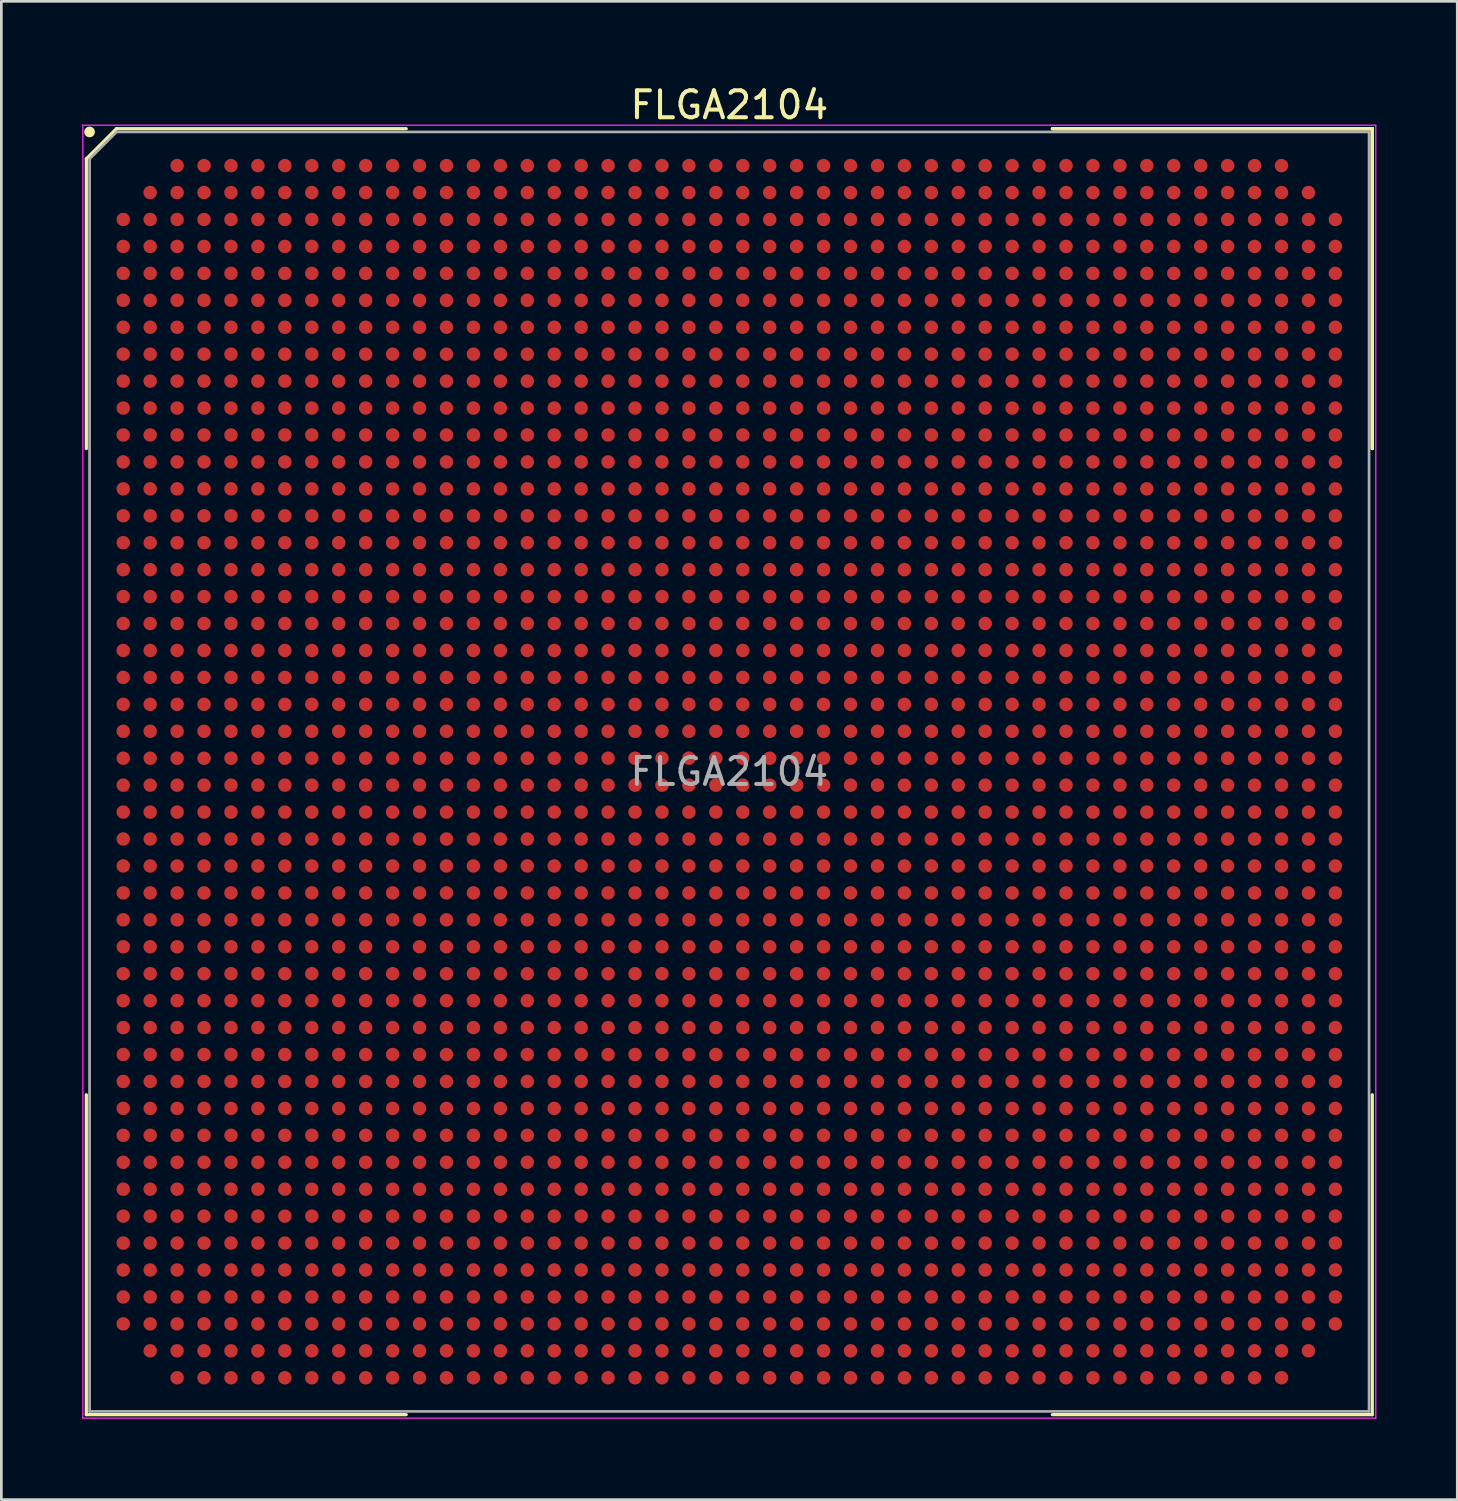
<source format=kicad_pcb>
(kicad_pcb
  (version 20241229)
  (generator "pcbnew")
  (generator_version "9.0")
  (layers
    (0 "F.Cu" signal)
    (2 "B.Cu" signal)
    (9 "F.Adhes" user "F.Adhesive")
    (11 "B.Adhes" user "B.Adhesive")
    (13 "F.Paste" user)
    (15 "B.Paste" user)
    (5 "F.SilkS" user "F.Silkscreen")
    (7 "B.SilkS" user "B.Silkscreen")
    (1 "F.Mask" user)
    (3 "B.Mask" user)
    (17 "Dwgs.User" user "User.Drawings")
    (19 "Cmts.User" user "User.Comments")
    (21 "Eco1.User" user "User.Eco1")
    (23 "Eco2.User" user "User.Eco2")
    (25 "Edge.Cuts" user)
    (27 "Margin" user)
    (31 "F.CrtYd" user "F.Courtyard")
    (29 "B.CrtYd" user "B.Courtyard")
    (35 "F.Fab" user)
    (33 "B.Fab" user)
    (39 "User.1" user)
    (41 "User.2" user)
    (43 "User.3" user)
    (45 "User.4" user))
  (footprint "FLGA2104"
    (layer "F.Cu")
    (at 24.025 25.598)
    (property "Reference" "FLGA2104" (at 0 -24.75 0) (layer "F.SilkS") (effects (font (size 1 1) (thickness 0.15))))
    (attr smd)
    (fp_line (start -23.87 -22.75) (end -23.87 -11.995) (stroke (width 0.12) (type solid)) (layer "F.SilkS"))
    (fp_line (start -23.87 23.87) (end -23.87 11.995) (stroke (width 0.12) (type solid)) (layer "F.SilkS"))
    (fp_line (start -22.75 -23.87) (end -23.87 -22.75) (stroke (width 0.12) (type solid)) (layer "F.SilkS"))
    (fp_line (start -11.995 -23.87) (end -22.75 -23.87) (stroke (width 0.12) (type solid)) (layer "F.SilkS"))
    (fp_line (start -11.995 23.87) (end -23.87 23.87) (stroke (width 0.12) (type solid)) (layer "F.SilkS"))
    (fp_line (start 11.995 -23.87) (end 23.87 -23.87) (stroke (width 0.12) (type solid)) (layer "F.SilkS"))
    (fp_line (start 11.995 -23.87) (end 23.87 -23.87) (stroke (width 0.12) (type solid)) (layer "F.SilkS"))
    (fp_line (start 11.995 -23.87) (end 23.87 -23.87) (stroke (width 0.12) (type solid)) (layer "F.SilkS"))
    (fp_line (start 11.995 23.87) (end 23.87 23.87) (stroke (width 0.12) (type solid)) (layer "F.SilkS"))
    (fp_line (start 23.87 -23.87) (end 23.87 -11.995) (stroke (width 0.12) (type solid)) (layer "F.SilkS"))
    (fp_line (start 23.87 -23.87) (end 23.87 -11.995) (stroke (width 0.12) (type solid)) (layer "F.SilkS"))
    (fp_line (start 23.87 -23.87) (end 23.87 -11.995) (stroke (width 0.12) (type solid)) (layer "F.SilkS"))
    (fp_line (start 23.87 23.87) (end 23.87 11.995) (stroke (width 0.12) (type solid)) (layer "F.SilkS"))
    (fp_circle (center -23.75 -23.75) (end -23.75 -23.65) (stroke (width 0.2) (type solid)) (fill no) (layer "F.SilkS"))
    (fp_line (start -24 -24) (end 24 -24) (stroke (width 0.05) (type solid)) (layer "F.CrtYd"))
    (fp_line (start -24 24) (end -24 -24) (stroke (width 0.05) (type solid)) (layer "F.CrtYd"))
    (fp_line (start 24 -24) (end 24 24) (stroke (width 0.05) (type solid)) (layer "F.CrtYd"))
    (fp_line (start 24 24) (end -24 24) (stroke (width 0.05) (type solid)) (layer "F.CrtYd"))
    (fp_line (start -23.75 -22.75) (end -23.75 23.75) (stroke (width 0.1) (type solid)) (layer "F.Fab"))
    (fp_line (start -23.75 23.75) (end 23.75 23.75) (stroke (width 0.1) (type solid)) (layer "F.Fab"))
    (fp_line (start -22.75 -23.75) (end -23.75 -22.75) (stroke (width 0.1) (type solid)) (layer "F.Fab"))
    (fp_line (start 23.75 -23.75) (end -22.75 -23.75) (stroke (width 0.1) (type solid)) (layer "F.Fab"))
    (fp_line (start 23.75 23.75) (end 23.75 -23.75) (stroke (width 0.1) (type solid)) (layer "F.Fab"))
    (fp_text user "${REFERENCE}" (at 0 0 0) (layer "F.Fab") (effects (font (size 1 1) (thickness 0.15))))
    (pad "A3" smd circle (at -20.5 -22.5) (size 0.5 0.5) (layers "F.Cu" "F.Mask" "F.Paste"))
    (pad "A4" smd circle (at -19.5 -22.5) (size 0.5 0.5) (layers "F.Cu" "F.Mask" "F.Paste"))
    (pad "A5" smd circle (at -18.5 -22.5) (size 0.5 0.5) (layers "F.Cu" "F.Mask" "F.Paste"))
    (pad "A6" smd circle (at -17.5 -22.5) (size 0.5 0.5) (layers "F.Cu" "F.Mask" "F.Paste"))
    (pad "A7" smd circle (at -16.5 -22.5) (size 0.5 0.5) (layers "F.Cu" "F.Mask" "F.Paste"))
    (pad "A8" smd circle (at -15.5 -22.5) (size 0.5 0.5) (layers "F.Cu" "F.Mask" "F.Paste"))
    (pad "A9" smd circle (at -14.5 -22.5) (size 0.5 0.5) (layers "F.Cu" "F.Mask" "F.Paste"))
    (pad "A10" smd circle (at -13.5 -22.5) (size 0.5 0.5) (layers "F.Cu" "F.Mask" "F.Paste"))
    (pad "A11" smd circle (at -12.5 -22.5) (size 0.5 0.5) (layers "F.Cu" "F.Mask" "F.Paste"))
    (pad "A12" smd circle (at -11.5 -22.5) (size 0.5 0.5) (layers "F.Cu" "F.Mask" "F.Paste"))
    (pad "A13" smd circle (at -10.5 -22.5) (size 0.5 0.5) (layers "F.Cu" "F.Mask" "F.Paste"))
    (pad "A14" smd circle (at -9.5 -22.5) (size 0.5 0.5) (layers "F.Cu" "F.Mask" "F.Paste"))
    (pad "A15" smd circle (at -8.5 -22.5) (size 0.5 0.5) (layers "F.Cu" "F.Mask" "F.Paste"))
    (pad "A16" smd circle (at -7.5 -22.5) (size 0.5 0.5) (layers "F.Cu" "F.Mask" "F.Paste"))
    (pad "A17" smd circle (at -6.5 -22.5) (size 0.5 0.5) (layers "F.Cu" "F.Mask" "F.Paste"))
    (pad "A18" smd circle (at -5.5 -22.5) (size 0.5 0.5) (layers "F.Cu" "F.Mask" "F.Paste"))
    (pad "A19" smd circle (at -4.5 -22.5) (size 0.5 0.5) (layers "F.Cu" "F.Mask" "F.Paste"))
    (pad "A20" smd circle (at -3.5 -22.5) (size 0.5 0.5) (layers "F.Cu" "F.Mask" "F.Paste"))
    (pad "A21" smd circle (at -2.5 -22.5) (size 0.5 0.5) (layers "F.Cu" "F.Mask" "F.Paste"))
    (pad "A22" smd circle (at -1.5 -22.5) (size 0.5 0.5) (layers "F.Cu" "F.Mask" "F.Paste"))
    (pad "A23" smd circle (at -0.5 -22.5) (size 0.5 0.5) (layers "F.Cu" "F.Mask" "F.Paste"))
    (pad "A24" smd circle (at 0.5 -22.5) (size 0.5 0.5) (layers "F.Cu" "F.Mask" "F.Paste"))
    (pad "A25" smd circle (at 1.5 -22.5) (size 0.5 0.5) (layers "F.Cu" "F.Mask" "F.Paste"))
    (pad "A26" smd circle (at 2.5 -22.5) (size 0.5 0.5) (layers "F.Cu" "F.Mask" "F.Paste"))
    (pad "A27" smd circle (at 3.5 -22.5) (size 0.5 0.5) (layers "F.Cu" "F.Mask" "F.Paste"))
    (pad "A28" smd circle (at 4.5 -22.5) (size 0.5 0.5) (layers "F.Cu" "F.Mask" "F.Paste"))
    (pad "A29" smd circle (at 5.5 -22.5) (size 0.5 0.5) (layers "F.Cu" "F.Mask" "F.Paste"))
    (pad "A30" smd circle (at 6.5 -22.5) (size 0.5 0.5) (layers "F.Cu" "F.Mask" "F.Paste"))
    (pad "A31" smd circle (at 7.5 -22.5) (size 0.5 0.5) (layers "F.Cu" "F.Mask" "F.Paste"))
    (pad "A32" smd circle (at 8.5 -22.5) (size 0.5 0.5) (layers "F.Cu" "F.Mask" "F.Paste"))
    (pad "A33" smd circle (at 9.5 -22.5) (size 0.5 0.5) (layers "F.Cu" "F.Mask" "F.Paste"))
    (pad "A34" smd circle (at 10.5 -22.5) (size 0.5 0.5) (layers "F.Cu" "F.Mask" "F.Paste"))
    (pad "A35" smd circle (at 11.5 -22.5) (size 0.5 0.5) (layers "F.Cu" "F.Mask" "F.Paste"))
    (pad "A36" smd circle (at 12.5 -22.5) (size 0.5 0.5) (layers "F.Cu" "F.Mask" "F.Paste"))
    (pad "A37" smd circle (at 13.5 -22.5) (size 0.5 0.5) (layers "F.Cu" "F.Mask" "F.Paste"))
    (pad "A38" smd circle (at 14.5 -22.5) (size 0.5 0.5) (layers "F.Cu" "F.Mask" "F.Paste"))
    (pad "A39" smd circle (at 15.5 -22.5) (size 0.5 0.5) (layers "F.Cu" "F.Mask" "F.Paste"))
    (pad "A40" smd circle (at 16.5 -22.5) (size 0.5 0.5) (layers "F.Cu" "F.Mask" "F.Paste"))
    (pad "A41" smd circle (at 17.5 -22.5) (size 0.5 0.5) (layers "F.Cu" "F.Mask" "F.Paste"))
    (pad "A42" smd circle (at 18.5 -22.5) (size 0.5 0.5) (layers "F.Cu" "F.Mask" "F.Paste"))
    (pad "A43" smd circle (at 19.5 -22.5) (size 0.5 0.5) (layers "F.Cu" "F.Mask" "F.Paste"))
    (pad "A44" smd circle (at 20.5 -22.5) (size 0.5 0.5) (layers "F.Cu" "F.Mask" "F.Paste"))
    (pad "AA1" smd circle (at -22.5 -2.5) (size 0.5 0.5) (layers "F.Cu" "F.Mask" "F.Paste"))
    (pad "AA2" smd circle (at -21.5 -2.5) (size 0.5 0.5) (layers "F.Cu" "F.Mask" "F.Paste"))
    (pad "AA3" smd circle (at -20.5 -2.5) (size 0.5 0.5) (layers "F.Cu" "F.Mask" "F.Paste"))
    (pad "AA4" smd circle (at -19.5 -2.5) (size 0.5 0.5) (layers "F.Cu" "F.Mask" "F.Paste"))
    (pad "AA5" smd circle (at -18.5 -2.5) (size 0.5 0.5) (layers "F.Cu" "F.Mask" "F.Paste"))
    (pad "AA6" smd circle (at -17.5 -2.5) (size 0.5 0.5) (layers "F.Cu" "F.Mask" "F.Paste"))
    (pad "AA7" smd circle (at -16.5 -2.5) (size 0.5 0.5) (layers "F.Cu" "F.Mask" "F.Paste"))
    (pad "AA8" smd circle (at -15.5 -2.5) (size 0.5 0.5) (layers "F.Cu" "F.Mask" "F.Paste"))
    (pad "AA9" smd circle (at -14.5 -2.5) (size 0.5 0.5) (layers "F.Cu" "F.Mask" "F.Paste"))
    (pad "AA10" smd circle (at -13.5 -2.5) (size 0.5 0.5) (layers "F.Cu" "F.Mask" "F.Paste"))
    (pad "AA11" smd circle (at -12.5 -2.5) (size 0.5 0.5) (layers "F.Cu" "F.Mask" "F.Paste"))
    (pad "AA12" smd circle (at -11.5 -2.5) (size 0.5 0.5) (layers "F.Cu" "F.Mask" "F.Paste"))
    (pad "AA13" smd circle (at -10.5 -2.5) (size 0.5 0.5) (layers "F.Cu" "F.Mask" "F.Paste"))
    (pad "AA14" smd circle (at -9.5 -2.5) (size 0.5 0.5) (layers "F.Cu" "F.Mask" "F.Paste"))
    (pad "AA15" smd circle (at -8.5 -2.5) (size 0.5 0.5) (layers "F.Cu" "F.Mask" "F.Paste"))
    (pad "AA16" smd circle (at -7.5 -2.5) (size 0.5 0.5) (layers "F.Cu" "F.Mask" "F.Paste"))
    (pad "AA17" smd circle (at -6.5 -2.5) (size 0.5 0.5) (layers "F.Cu" "F.Mask" "F.Paste"))
    (pad "AA18" smd circle (at -5.5 -2.5) (size 0.5 0.5) (layers "F.Cu" "F.Mask" "F.Paste"))
    (pad "AA19" smd circle (at -4.5 -2.5) (size 0.5 0.5) (layers "F.Cu" "F.Mask" "F.Paste"))
    (pad "AA20" smd circle (at -3.5 -2.5) (size 0.5 0.5) (layers "F.Cu" "F.Mask" "F.Paste"))
    (pad "AA21" smd circle (at -2.5 -2.5) (size 0.5 0.5) (layers "F.Cu" "F.Mask" "F.Paste"))
    (pad "AA22" smd circle (at -1.5 -2.5) (size 0.5 0.5) (layers "F.Cu" "F.Mask" "F.Paste"))
    (pad "AA23" smd circle (at -0.5 -2.5) (size 0.5 0.5) (layers "F.Cu" "F.Mask" "F.Paste"))
    (pad "AA24" smd circle (at 0.5 -2.5) (size 0.5 0.5) (layers "F.Cu" "F.Mask" "F.Paste"))
    (pad "AA25" smd circle (at 1.5 -2.5) (size 0.5 0.5) (layers "F.Cu" "F.Mask" "F.Paste"))
    (pad "AA26" smd circle (at 2.5 -2.5) (size 0.5 0.5) (layers "F.Cu" "F.Mask" "F.Paste"))
    (pad "AA27" smd circle (at 3.5 -2.5) (size 0.5 0.5) (layers "F.Cu" "F.Mask" "F.Paste"))
    (pad "AA28" smd circle (at 4.5 -2.5) (size 0.5 0.5) (layers "F.Cu" "F.Mask" "F.Paste"))
    (pad "AA29" smd circle (at 5.5 -2.5) (size 0.5 0.5) (layers "F.Cu" "F.Mask" "F.Paste"))
    (pad "AA30" smd circle (at 6.5 -2.5) (size 0.5 0.5) (layers "F.Cu" "F.Mask" "F.Paste"))
    (pad "AA31" smd circle (at 7.5 -2.5) (size 0.5 0.5) (layers "F.Cu" "F.Mask" "F.Paste"))
    (pad "AA32" smd circle (at 8.5 -2.5) (size 0.5 0.5) (layers "F.Cu" "F.Mask" "F.Paste"))
    (pad "AA33" smd circle (at 9.5 -2.5) (size 0.5 0.5) (layers "F.Cu" "F.Mask" "F.Paste"))
    (pad "AA34" smd circle (at 10.5 -2.5) (size 0.5 0.5) (layers "F.Cu" "F.Mask" "F.Paste"))
    (pad "AA35" smd circle (at 11.5 -2.5) (size 0.5 0.5) (layers "F.Cu" "F.Mask" "F.Paste"))
    (pad "AA36" smd circle (at 12.5 -2.5) (size 0.5 0.5) (layers "F.Cu" "F.Mask" "F.Paste"))
    (pad "AA37" smd circle (at 13.5 -2.5) (size 0.5 0.5) (layers "F.Cu" "F.Mask" "F.Paste"))
    (pad "AA38" smd circle (at 14.5 -2.5) (size 0.5 0.5) (layers "F.Cu" "F.Mask" "F.Paste"))
    (pad "AA39" smd circle (at 15.5 -2.5) (size 0.5 0.5) (layers "F.Cu" "F.Mask" "F.Paste"))
    (pad "AA40" smd circle (at 16.5 -2.5) (size 0.5 0.5) (layers "F.Cu" "F.Mask" "F.Paste"))
    (pad "AA41" smd circle (at 17.5 -2.5) (size 0.5 0.5) (layers "F.Cu" "F.Mask" "F.Paste"))
    (pad "AA42" smd circle (at 18.5 -2.5) (size 0.5 0.5) (layers "F.Cu" "F.Mask" "F.Paste"))
    (pad "AA43" smd circle (at 19.5 -2.5) (size 0.5 0.5) (layers "F.Cu" "F.Mask" "F.Paste"))
    (pad "AA44" smd circle (at 20.5 -2.5) (size 0.5 0.5) (layers "F.Cu" "F.Mask" "F.Paste"))
    (pad "AA45" smd circle (at 21.5 -2.5) (size 0.5 0.5) (layers "F.Cu" "F.Mask" "F.Paste"))
    (pad "AA46" smd circle (at 22.5 -2.5) (size 0.5 0.5) (layers "F.Cu" "F.Mask" "F.Paste"))
    (pad "AB1" smd circle (at -22.5 -1.5) (size 0.5 0.5) (layers "F.Cu" "F.Mask" "F.Paste"))
    (pad "AB2" smd circle (at -21.5 -1.5) (size 0.5 0.5) (layers "F.Cu" "F.Mask" "F.Paste"))
    (pad "AB3" smd circle (at -20.5 -1.5) (size 0.5 0.5) (layers "F.Cu" "F.Mask" "F.Paste"))
    (pad "AB4" smd circle (at -19.5 -1.5) (size 0.5 0.5) (layers "F.Cu" "F.Mask" "F.Paste"))
    (pad "AB5" smd circle (at -18.5 -1.5) (size 0.5 0.5) (layers "F.Cu" "F.Mask" "F.Paste"))
    (pad "AB6" smd circle (at -17.5 -1.5) (size 0.5 0.5) (layers "F.Cu" "F.Mask" "F.Paste"))
    (pad "AB7" smd circle (at -16.5 -1.5) (size 0.5 0.5) (layers "F.Cu" "F.Mask" "F.Paste"))
    (pad "AB8" smd circle (at -15.5 -1.5) (size 0.5 0.5) (layers "F.Cu" "F.Mask" "F.Paste"))
    (pad "AB9" smd circle (at -14.5 -1.5) (size 0.5 0.5) (layers "F.Cu" "F.Mask" "F.Paste"))
    (pad "AB10" smd circle (at -13.5 -1.5) (size 0.5 0.5) (layers "F.Cu" "F.Mask" "F.Paste"))
    (pad "AB11" smd circle (at -12.5 -1.5) (size 0.5 0.5) (layers "F.Cu" "F.Mask" "F.Paste"))
    (pad "AB12" smd circle (at -11.5 -1.5) (size 0.5 0.5) (layers "F.Cu" "F.Mask" "F.Paste"))
    (pad "AB13" smd circle (at -10.5 -1.5) (size 0.5 0.5) (layers "F.Cu" "F.Mask" "F.Paste"))
    (pad "AB14" smd circle (at -9.5 -1.5) (size 0.5 0.5) (layers "F.Cu" "F.Mask" "F.Paste"))
    (pad "AB15" smd circle (at -8.5 -1.5) (size 0.5 0.5) (layers "F.Cu" "F.Mask" "F.Paste"))
    (pad "AB16" smd circle (at -7.5 -1.5) (size 0.5 0.5) (layers "F.Cu" "F.Mask" "F.Paste"))
    (pad "AB17" smd circle (at -6.5 -1.5) (size 0.5 0.5) (layers "F.Cu" "F.Mask" "F.Paste"))
    (pad "AB18" smd circle (at -5.5 -1.5) (size 0.5 0.5) (layers "F.Cu" "F.Mask" "F.Paste"))
    (pad "AB19" smd circle (at -4.5 -1.5) (size 0.5 0.5) (layers "F.Cu" "F.Mask" "F.Paste"))
    (pad "AB20" smd circle (at -3.5 -1.5) (size 0.5 0.5) (layers "F.Cu" "F.Mask" "F.Paste"))
    (pad "AB21" smd circle (at -2.5 -1.5) (size 0.5 0.5) (layers "F.Cu" "F.Mask" "F.Paste"))
    (pad "AB22" smd circle (at -1.5 -1.5) (size 0.5 0.5) (layers "F.Cu" "F.Mask" "F.Paste"))
    (pad "AB23" smd circle (at -0.5 -1.5) (size 0.5 0.5) (layers "F.Cu" "F.Mask" "F.Paste"))
    (pad "AB24" smd circle (at 0.5 -1.5) (size 0.5 0.5) (layers "F.Cu" "F.Mask" "F.Paste"))
    (pad "AB25" smd circle (at 1.5 -1.5) (size 0.5 0.5) (layers "F.Cu" "F.Mask" "F.Paste"))
    (pad "AB26" smd circle (at 2.5 -1.5) (size 0.5 0.5) (layers "F.Cu" "F.Mask" "F.Paste"))
    (pad "AB27" smd circle (at 3.5 -1.5) (size 0.5 0.5) (layers "F.Cu" "F.Mask" "F.Paste"))
    (pad "AB28" smd circle (at 4.5 -1.5) (size 0.5 0.5) (layers "F.Cu" "F.Mask" "F.Paste"))
    (pad "AB29" smd circle (at 5.5 -1.5) (size 0.5 0.5) (layers "F.Cu" "F.Mask" "F.Paste"))
    (pad "AB30" smd circle (at 6.5 -1.5) (size 0.5 0.5) (layers "F.Cu" "F.Mask" "F.Paste"))
    (pad "AB31" smd circle (at 7.5 -1.5) (size 0.5 0.5) (layers "F.Cu" "F.Mask" "F.Paste"))
    (pad "AB32" smd circle (at 8.5 -1.5) (size 0.5 0.5) (layers "F.Cu" "F.Mask" "F.Paste"))
    (pad "AB33" smd circle (at 9.5 -1.5) (size 0.5 0.5) (layers "F.Cu" "F.Mask" "F.Paste"))
    (pad "AB34" smd circle (at 10.5 -1.5) (size 0.5 0.5) (layers "F.Cu" "F.Mask" "F.Paste"))
    (pad "AB35" smd circle (at 11.5 -1.5) (size 0.5 0.5) (layers "F.Cu" "F.Mask" "F.Paste"))
    (pad "AB36" smd circle (at 12.5 -1.5) (size 0.5 0.5) (layers "F.Cu" "F.Mask" "F.Paste"))
    (pad "AB37" smd circle (at 13.5 -1.5) (size 0.5 0.5) (layers "F.Cu" "F.Mask" "F.Paste"))
    (pad "AB38" smd circle (at 14.5 -1.5) (size 0.5 0.5) (layers "F.Cu" "F.Mask" "F.Paste"))
    (pad "AB39" smd circle (at 15.5 -1.5) (size 0.5 0.5) (layers "F.Cu" "F.Mask" "F.Paste"))
    (pad "AB40" smd circle (at 16.5 -1.5) (size 0.5 0.5) (layers "F.Cu" "F.Mask" "F.Paste"))
    (pad "AB41" smd circle (at 17.5 -1.5) (size 0.5 0.5) (layers "F.Cu" "F.Mask" "F.Paste"))
    (pad "AB42" smd circle (at 18.5 -1.5) (size 0.5 0.5) (layers "F.Cu" "F.Mask" "F.Paste"))
    (pad "AB43" smd circle (at 19.5 -1.5) (size 0.5 0.5) (layers "F.Cu" "F.Mask" "F.Paste"))
    (pad "AB44" smd circle (at 20.5 -1.5) (size 0.5 0.5) (layers "F.Cu" "F.Mask" "F.Paste"))
    (pad "AB45" smd circle (at 21.5 -1.5) (size 0.5 0.5) (layers "F.Cu" "F.Mask" "F.Paste"))
    (pad "AB46" smd circle (at 22.5 -1.5) (size 0.5 0.5) (layers "F.Cu" "F.Mask" "F.Paste"))
    (pad "AC1" smd circle (at -22.5 -0.5) (size 0.5 0.5) (layers "F.Cu" "F.Mask" "F.Paste"))
    (pad "AC2" smd circle (at -21.5 -0.5) (size 0.5 0.5) (layers "F.Cu" "F.Mask" "F.Paste"))
    (pad "AC3" smd circle (at -20.5 -0.5) (size 0.5 0.5) (layers "F.Cu" "F.Mask" "F.Paste"))
    (pad "AC4" smd circle (at -19.5 -0.5) (size 0.5 0.5) (layers "F.Cu" "F.Mask" "F.Paste"))
    (pad "AC5" smd circle (at -18.5 -0.5) (size 0.5 0.5) (layers "F.Cu" "F.Mask" "F.Paste"))
    (pad "AC6" smd circle (at -17.5 -0.5) (size 0.5 0.5) (layers "F.Cu" "F.Mask" "F.Paste"))
    (pad "AC7" smd circle (at -16.5 -0.5) (size 0.5 0.5) (layers "F.Cu" "F.Mask" "F.Paste"))
    (pad "AC8" smd circle (at -15.5 -0.5) (size 0.5 0.5) (layers "F.Cu" "F.Mask" "F.Paste"))
    (pad "AC9" smd circle (at -14.5 -0.5) (size 0.5 0.5) (layers "F.Cu" "F.Mask" "F.Paste"))
    (pad "AC10" smd circle (at -13.5 -0.5) (size 0.5 0.5) (layers "F.Cu" "F.Mask" "F.Paste"))
    (pad "AC11" smd circle (at -12.5 -0.5) (size 0.5 0.5) (layers "F.Cu" "F.Mask" "F.Paste"))
    (pad "AC12" smd circle (at -11.5 -0.5) (size 0.5 0.5) (layers "F.Cu" "F.Mask" "F.Paste"))
    (pad "AC13" smd circle (at -10.5 -0.5) (size 0.5 0.5) (layers "F.Cu" "F.Mask" "F.Paste"))
    (pad "AC14" smd circle (at -9.5 -0.5) (size 0.5 0.5) (layers "F.Cu" "F.Mask" "F.Paste"))
    (pad "AC15" smd circle (at -8.5 -0.5) (size 0.5 0.5) (layers "F.Cu" "F.Mask" "F.Paste"))
    (pad "AC16" smd circle (at -7.5 -0.5) (size 0.5 0.5) (layers "F.Cu" "F.Mask" "F.Paste"))
    (pad "AC17" smd circle (at -6.5 -0.5) (size 0.5 0.5) (layers "F.Cu" "F.Mask" "F.Paste"))
    (pad "AC18" smd circle (at -5.5 -0.5) (size 0.5 0.5) (layers "F.Cu" "F.Mask" "F.Paste"))
    (pad "AC19" smd circle (at -4.5 -0.5) (size 0.5 0.5) (layers "F.Cu" "F.Mask" "F.Paste"))
    (pad "AC20" smd circle (at -3.5 -0.5) (size 0.5 0.5) (layers "F.Cu" "F.Mask" "F.Paste"))
    (pad "AC21" smd circle (at -2.5 -0.5) (size 0.5 0.5) (layers "F.Cu" "F.Mask" "F.Paste"))
    (pad "AC22" smd circle (at -1.5 -0.5) (size 0.5 0.5) (layers "F.Cu" "F.Mask" "F.Paste"))
    (pad "AC23" smd circle (at -0.5 -0.5) (size 0.5 0.5) (layers "F.Cu" "F.Mask" "F.Paste"))
    (pad "AC24" smd circle (at 0.5 -0.5) (size 0.5 0.5) (layers "F.Cu" "F.Mask" "F.Paste"))
    (pad "AC25" smd circle (at 1.5 -0.5) (size 0.5 0.5) (layers "F.Cu" "F.Mask" "F.Paste"))
    (pad "AC26" smd circle (at 2.5 -0.5) (size 0.5 0.5) (layers "F.Cu" "F.Mask" "F.Paste"))
    (pad "AC27" smd circle (at 3.5 -0.5) (size 0.5 0.5) (layers "F.Cu" "F.Mask" "F.Paste"))
    (pad "AC28" smd circle (at 4.5 -0.5) (size 0.5 0.5) (layers "F.Cu" "F.Mask" "F.Paste"))
    (pad "AC29" smd circle (at 5.5 -0.5) (size 0.5 0.5) (layers "F.Cu" "F.Mask" "F.Paste"))
    (pad "AC30" smd circle (at 6.5 -0.5) (size 0.5 0.5) (layers "F.Cu" "F.Mask" "F.Paste"))
    (pad "AC31" smd circle (at 7.5 -0.5) (size 0.5 0.5) (layers "F.Cu" "F.Mask" "F.Paste"))
    (pad "AC32" smd circle (at 8.5 -0.5) (size 0.5 0.5) (layers "F.Cu" "F.Mask" "F.Paste"))
    (pad "AC33" smd circle (at 9.5 -0.5) (size 0.5 0.5) (layers "F.Cu" "F.Mask" "F.Paste"))
    (pad "AC34" smd circle (at 10.5 -0.5) (size 0.5 0.5) (layers "F.Cu" "F.Mask" "F.Paste"))
    (pad "AC35" smd circle (at 11.5 -0.5) (size 0.5 0.5) (layers "F.Cu" "F.Mask" "F.Paste"))
    (pad "AC36" smd circle (at 12.5 -0.5) (size 0.5 0.5) (layers "F.Cu" "F.Mask" "F.Paste"))
    (pad "AC37" smd circle (at 13.5 -0.5) (size 0.5 0.5) (layers "F.Cu" "F.Mask" "F.Paste"))
    (pad "AC38" smd circle (at 14.5 -0.5) (size 0.5 0.5) (layers "F.Cu" "F.Mask" "F.Paste"))
    (pad "AC39" smd circle (at 15.5 -0.5) (size 0.5 0.5) (layers "F.Cu" "F.Mask" "F.Paste"))
    (pad "AC40" smd circle (at 16.5 -0.5) (size 0.5 0.5) (layers "F.Cu" "F.Mask" "F.Paste"))
    (pad "AC41" smd circle (at 17.5 -0.5) (size 0.5 0.5) (layers "F.Cu" "F.Mask" "F.Paste"))
    (pad "AC42" smd circle (at 18.5 -0.5) (size 0.5 0.5) (layers "F.Cu" "F.Mask" "F.Paste"))
    (pad "AC43" smd circle (at 19.5 -0.5) (size 0.5 0.5) (layers "F.Cu" "F.Mask" "F.Paste"))
    (pad "AC44" smd circle (at 20.5 -0.5) (size 0.5 0.5) (layers "F.Cu" "F.Mask" "F.Paste"))
    (pad "AC45" smd circle (at 21.5 -0.5) (size 0.5 0.5) (layers "F.Cu" "F.Mask" "F.Paste"))
    (pad "AC46" smd circle (at 22.5 -0.5) (size 0.5 0.5) (layers "F.Cu" "F.Mask" "F.Paste"))
    (pad "AD1" smd circle (at -22.5 0.5) (size 0.5 0.5) (layers "F.Cu" "F.Mask" "F.Paste"))
    (pad "AD2" smd circle (at -21.5 0.5) (size 0.5 0.5) (layers "F.Cu" "F.Mask" "F.Paste"))
    (pad "AD3" smd circle (at -20.5 0.5) (size 0.5 0.5) (layers "F.Cu" "F.Mask" "F.Paste"))
    (pad "AD4" smd circle (at -19.5 0.5) (size 0.5 0.5) (layers "F.Cu" "F.Mask" "F.Paste"))
    (pad "AD5" smd circle (at -18.5 0.5) (size 0.5 0.5) (layers "F.Cu" "F.Mask" "F.Paste"))
    (pad "AD6" smd circle (at -17.5 0.5) (size 0.5 0.5) (layers "F.Cu" "F.Mask" "F.Paste"))
    (pad "AD7" smd circle (at -16.5 0.5) (size 0.5 0.5) (layers "F.Cu" "F.Mask" "F.Paste"))
    (pad "AD8" smd circle (at -15.5 0.5) (size 0.5 0.5) (layers "F.Cu" "F.Mask" "F.Paste"))
    (pad "AD9" smd circle (at -14.5 0.5) (size 0.5 0.5) (layers "F.Cu" "F.Mask" "F.Paste"))
    (pad "AD10" smd circle (at -13.5 0.5) (size 0.5 0.5) (layers "F.Cu" "F.Mask" "F.Paste"))
    (pad "AD11" smd circle (at -12.5 0.5) (size 0.5 0.5) (layers "F.Cu" "F.Mask" "F.Paste"))
    (pad "AD12" smd circle (at -11.5 0.5) (size 0.5 0.5) (layers "F.Cu" "F.Mask" "F.Paste"))
    (pad "AD13" smd circle (at -10.5 0.5) (size 0.5 0.5) (layers "F.Cu" "F.Mask" "F.Paste"))
    (pad "AD14" smd circle (at -9.5 0.5) (size 0.5 0.5) (layers "F.Cu" "F.Mask" "F.Paste"))
    (pad "AD15" smd circle (at -8.5 0.5) (size 0.5 0.5) (layers "F.Cu" "F.Mask" "F.Paste"))
    (pad "AD16" smd circle (at -7.5 0.5) (size 0.5 0.5) (layers "F.Cu" "F.Mask" "F.Paste"))
    (pad "AD17" smd circle (at -6.5 0.5) (size 0.5 0.5) (layers "F.Cu" "F.Mask" "F.Paste"))
    (pad "AD18" smd circle (at -5.5 0.5) (size 0.5 0.5) (layers "F.Cu" "F.Mask" "F.Paste"))
    (pad "AD19" smd circle (at -4.5 0.5) (size 0.5 0.5) (layers "F.Cu" "F.Mask" "F.Paste"))
    (pad "AD20" smd circle (at -3.5 0.5) (size 0.5 0.5) (layers "F.Cu" "F.Mask" "F.Paste"))
    (pad "AD21" smd circle (at -2.5 0.5) (size 0.5 0.5) (layers "F.Cu" "F.Mask" "F.Paste"))
    (pad "AD22" smd circle (at -1.5 0.5) (size 0.5 0.5) (layers "F.Cu" "F.Mask" "F.Paste"))
    (pad "AD23" smd circle (at -0.5 0.5) (size 0.5 0.5) (layers "F.Cu" "F.Mask" "F.Paste"))
    (pad "AD24" smd circle (at 0.5 0.5) (size 0.5 0.5) (layers "F.Cu" "F.Mask" "F.Paste"))
    (pad "AD25" smd circle (at 1.5 0.5) (size 0.5 0.5) (layers "F.Cu" "F.Mask" "F.Paste"))
    (pad "AD26" smd circle (at 2.5 0.5) (size 0.5 0.5) (layers "F.Cu" "F.Mask" "F.Paste"))
    (pad "AD27" smd circle (at 3.5 0.5) (size 0.5 0.5) (layers "F.Cu" "F.Mask" "F.Paste"))
    (pad "AD28" smd circle (at 4.5 0.5) (size 0.5 0.5) (layers "F.Cu" "F.Mask" "F.Paste"))
    (pad "AD29" smd circle (at 5.5 0.5) (size 0.5 0.5) (layers "F.Cu" "F.Mask" "F.Paste"))
    (pad "AD30" smd circle (at 6.5 0.5) (size 0.5 0.5) (layers "F.Cu" "F.Mask" "F.Paste"))
    (pad "AD31" smd circle (at 7.5 0.5) (size 0.5 0.5) (layers "F.Cu" "F.Mask" "F.Paste"))
    (pad "AD32" smd circle (at 8.5 0.5) (size 0.5 0.5) (layers "F.Cu" "F.Mask" "F.Paste"))
    (pad "AD33" smd circle (at 9.5 0.5) (size 0.5 0.5) (layers "F.Cu" "F.Mask" "F.Paste"))
    (pad "AD34" smd circle (at 10.5 0.5) (size 0.5 0.5) (layers "F.Cu" "F.Mask" "F.Paste"))
    (pad "AD35" smd circle (at 11.5 0.5) (size 0.5 0.5) (layers "F.Cu" "F.Mask" "F.Paste"))
    (pad "AD36" smd circle (at 12.5 0.5) (size 0.5 0.5) (layers "F.Cu" "F.Mask" "F.Paste"))
    (pad "AD37" smd circle (at 13.5 0.5) (size 0.5 0.5) (layers "F.Cu" "F.Mask" "F.Paste"))
    (pad "AD38" smd circle (at 14.5 0.5) (size 0.5 0.5) (layers "F.Cu" "F.Mask" "F.Paste"))
    (pad "AD39" smd circle (at 15.5 0.5) (size 0.5 0.5) (layers "F.Cu" "F.Mask" "F.Paste"))
    (pad "AD40" smd circle (at 16.5 0.5) (size 0.5 0.5) (layers "F.Cu" "F.Mask" "F.Paste"))
    (pad "AD41" smd circle (at 17.5 0.5) (size 0.5 0.5) (layers "F.Cu" "F.Mask" "F.Paste"))
    (pad "AD42" smd circle (at 18.5 0.5) (size 0.5 0.5) (layers "F.Cu" "F.Mask" "F.Paste"))
    (pad "AD43" smd circle (at 19.5 0.5) (size 0.5 0.5) (layers "F.Cu" "F.Mask" "F.Paste"))
    (pad "AD44" smd circle (at 20.5 0.5) (size 0.5 0.5) (layers "F.Cu" "F.Mask" "F.Paste"))
    (pad "AD45" smd circle (at 21.5 0.5) (size 0.5 0.5) (layers "F.Cu" "F.Mask" "F.Paste"))
    (pad "AD46" smd circle (at 22.5 0.5) (size 0.5 0.5) (layers "F.Cu" "F.Mask" "F.Paste"))
    (pad "AE1" smd circle (at -22.5 1.5) (size 0.5 0.5) (layers "F.Cu" "F.Mask" "F.Paste"))
    (pad "AE2" smd circle (at -21.5 1.5) (size 0.5 0.5) (layers "F.Cu" "F.Mask" "F.Paste"))
    (pad "AE3" smd circle (at -20.5 1.5) (size 0.5 0.5) (layers "F.Cu" "F.Mask" "F.Paste"))
    (pad "AE4" smd circle (at -19.5 1.5) (size 0.5 0.5) (layers "F.Cu" "F.Mask" "F.Paste"))
    (pad "AE5" smd circle (at -18.5 1.5) (size 0.5 0.5) (layers "F.Cu" "F.Mask" "F.Paste"))
    (pad "AE6" smd circle (at -17.5 1.5) (size 0.5 0.5) (layers "F.Cu" "F.Mask" "F.Paste"))
    (pad "AE7" smd circle (at -16.5 1.5) (size 0.5 0.5) (layers "F.Cu" "F.Mask" "F.Paste"))
    (pad "AE8" smd circle (at -15.5 1.5) (size 0.5 0.5) (layers "F.Cu" "F.Mask" "F.Paste"))
    (pad "AE9" smd circle (at -14.5 1.5) (size 0.5 0.5) (layers "F.Cu" "F.Mask" "F.Paste"))
    (pad "AE10" smd circle (at -13.5 1.5) (size 0.5 0.5) (layers "F.Cu" "F.Mask" "F.Paste"))
    (pad "AE11" smd circle (at -12.5 1.5) (size 0.5 0.5) (layers "F.Cu" "F.Mask" "F.Paste"))
    (pad "AE12" smd circle (at -11.5 1.5) (size 0.5 0.5) (layers "F.Cu" "F.Mask" "F.Paste"))
    (pad "AE13" smd circle (at -10.5 1.5) (size 0.5 0.5) (layers "F.Cu" "F.Mask" "F.Paste"))
    (pad "AE14" smd circle (at -9.5 1.5) (size 0.5 0.5) (layers "F.Cu" "F.Mask" "F.Paste"))
    (pad "AE15" smd circle (at -8.5 1.5) (size 0.5 0.5) (layers "F.Cu" "F.Mask" "F.Paste"))
    (pad "AE16" smd circle (at -7.5 1.5) (size 0.5 0.5) (layers "F.Cu" "F.Mask" "F.Paste"))
    (pad "AE17" smd circle (at -6.5 1.5) (size 0.5 0.5) (layers "F.Cu" "F.Mask" "F.Paste"))
    (pad "AE18" smd circle (at -5.5 1.5) (size 0.5 0.5) (layers "F.Cu" "F.Mask" "F.Paste"))
    (pad "AE19" smd circle (at -4.5 1.5) (size 0.5 0.5) (layers "F.Cu" "F.Mask" "F.Paste"))
    (pad "AE20" smd circle (at -3.5 1.5) (size 0.5 0.5) (layers "F.Cu" "F.Mask" "F.Paste"))
    (pad "AE21" smd circle (at -2.5 1.5) (size 0.5 0.5) (layers "F.Cu" "F.Mask" "F.Paste"))
    (pad "AE22" smd circle (at -1.5 1.5) (size 0.5 0.5) (layers "F.Cu" "F.Mask" "F.Paste"))
    (pad "AE23" smd circle (at -0.5 1.5) (size 0.5 0.5) (layers "F.Cu" "F.Mask" "F.Paste"))
    (pad "AE24" smd circle (at 0.5 1.5) (size 0.5 0.5) (layers "F.Cu" "F.Mask" "F.Paste"))
    (pad "AE25" smd circle (at 1.5 1.5) (size 0.5 0.5) (layers "F.Cu" "F.Mask" "F.Paste"))
    (pad "AE26" smd circle (at 2.5 1.5) (size 0.5 0.5) (layers "F.Cu" "F.Mask" "F.Paste"))
    (pad "AE27" smd circle (at 3.5 1.5) (size 0.5 0.5) (layers "F.Cu" "F.Mask" "F.Paste"))
    (pad "AE28" smd circle (at 4.5 1.5) (size 0.5 0.5) (layers "F.Cu" "F.Mask" "F.Paste"))
    (pad "AE29" smd circle (at 5.5 1.5) (size 0.5 0.5) (layers "F.Cu" "F.Mask" "F.Paste"))
    (pad "AE30" smd circle (at 6.5 1.5) (size 0.5 0.5) (layers "F.Cu" "F.Mask" "F.Paste"))
    (pad "AE31" smd circle (at 7.5 1.5) (size 0.5 0.5) (layers "F.Cu" "F.Mask" "F.Paste"))
    (pad "AE32" smd circle (at 8.5 1.5) (size 0.5 0.5) (layers "F.Cu" "F.Mask" "F.Paste"))
    (pad "AE33" smd circle (at 9.5 1.5) (size 0.5 0.5) (layers "F.Cu" "F.Mask" "F.Paste"))
    (pad "AE34" smd circle (at 10.5 1.5) (size 0.5 0.5) (layers "F.Cu" "F.Mask" "F.Paste"))
    (pad "AE35" smd circle (at 11.5 1.5) (size 0.5 0.5) (layers "F.Cu" "F.Mask" "F.Paste"))
    (pad "AE36" smd circle (at 12.5 1.5) (size 0.5 0.5) (layers "F.Cu" "F.Mask" "F.Paste"))
    (pad "AE37" smd circle (at 13.5 1.5) (size 0.5 0.5) (layers "F.Cu" "F.Mask" "F.Paste"))
    (pad "AE38" smd circle (at 14.5 1.5) (size 0.5 0.5) (layers "F.Cu" "F.Mask" "F.Paste"))
    (pad "AE39" smd circle (at 15.5 1.5) (size 0.5 0.5) (layers "F.Cu" "F.Mask" "F.Paste"))
    (pad "AE40" smd circle (at 16.5 1.5) (size 0.5 0.5) (layers "F.Cu" "F.Mask" "F.Paste"))
    (pad "AE41" smd circle (at 17.5 1.5) (size 0.5 0.5) (layers "F.Cu" "F.Mask" "F.Paste"))
    (pad "AE42" smd circle (at 18.5 1.5) (size 0.5 0.5) (layers "F.Cu" "F.Mask" "F.Paste"))
    (pad "AE43" smd circle (at 19.5 1.5) (size 0.5 0.5) (layers "F.Cu" "F.Mask" "F.Paste"))
    (pad "AE44" smd circle (at 20.5 1.5) (size 0.5 0.5) (layers "F.Cu" "F.Mask" "F.Paste"))
    (pad "AE45" smd circle (at 21.5 1.5) (size 0.5 0.5) (layers "F.Cu" "F.Mask" "F.Paste"))
    (pad "AE46" smd circle (at 22.5 1.5) (size 0.5 0.5) (layers "F.Cu" "F.Mask" "F.Paste"))
    (pad "AF1" smd circle (at -22.5 2.5) (size 0.5 0.5) (layers "F.Cu" "F.Mask" "F.Paste"))
    (pad "AF2" smd circle (at -21.5 2.5) (size 0.5 0.5) (layers "F.Cu" "F.Mask" "F.Paste"))
    (pad "AF3" smd circle (at -20.5 2.5) (size 0.5 0.5) (layers "F.Cu" "F.Mask" "F.Paste"))
    (pad "AF4" smd circle (at -19.5 2.5) (size 0.5 0.5) (layers "F.Cu" "F.Mask" "F.Paste"))
    (pad "AF5" smd circle (at -18.5 2.5) (size 0.5 0.5) (layers "F.Cu" "F.Mask" "F.Paste"))
    (pad "AF6" smd circle (at -17.5 2.5) (size 0.5 0.5) (layers "F.Cu" "F.Mask" "F.Paste"))
    (pad "AF7" smd circle (at -16.5 2.5) (size 0.5 0.5) (layers "F.Cu" "F.Mask" "F.Paste"))
    (pad "AF8" smd circle (at -15.5 2.5) (size 0.5 0.5) (layers "F.Cu" "F.Mask" "F.Paste"))
    (pad "AF9" smd circle (at -14.5 2.5) (size 0.5 0.5) (layers "F.Cu" "F.Mask" "F.Paste"))
    (pad "AF10" smd circle (at -13.5 2.5) (size 0.5 0.5) (layers "F.Cu" "F.Mask" "F.Paste"))
    (pad "AF11" smd circle (at -12.5 2.5) (size 0.5 0.5) (layers "F.Cu" "F.Mask" "F.Paste"))
    (pad "AF12" smd circle (at -11.5 2.5) (size 0.5 0.5) (layers "F.Cu" "F.Mask" "F.Paste"))
    (pad "AF13" smd circle (at -10.5 2.5) (size 0.5 0.5) (layers "F.Cu" "F.Mask" "F.Paste"))
    (pad "AF14" smd circle (at -9.5 2.5) (size 0.5 0.5) (layers "F.Cu" "F.Mask" "F.Paste"))
    (pad "AF15" smd circle (at -8.5 2.5) (size 0.5 0.5) (layers "F.Cu" "F.Mask" "F.Paste"))
    (pad "AF16" smd circle (at -7.5 2.5) (size 0.5 0.5) (layers "F.Cu" "F.Mask" "F.Paste"))
    (pad "AF17" smd circle (at -6.5 2.5) (size 0.5 0.5) (layers "F.Cu" "F.Mask" "F.Paste"))
    (pad "AF18" smd circle (at -5.5 2.5) (size 0.5 0.5) (layers "F.Cu" "F.Mask" "F.Paste"))
    (pad "AF19" smd circle (at -4.5 2.5) (size 0.5 0.5) (layers "F.Cu" "F.Mask" "F.Paste"))
    (pad "AF20" smd circle (at -3.5 2.5) (size 0.5 0.5) (layers "F.Cu" "F.Mask" "F.Paste"))
    (pad "AF21" smd circle (at -2.5 2.5) (size 0.5 0.5) (layers "F.Cu" "F.Mask" "F.Paste"))
    (pad "AF22" smd circle (at -1.5 2.5) (size 0.5 0.5) (layers "F.Cu" "F.Mask" "F.Paste"))
    (pad "AF23" smd circle (at -0.5 2.5) (size 0.5 0.5) (layers "F.Cu" "F.Mask" "F.Paste"))
    (pad "AF24" smd circle (at 0.5 2.5) (size 0.5 0.5) (layers "F.Cu" "F.Mask" "F.Paste"))
    (pad "AF25" smd circle (at 1.5 2.5) (size 0.5 0.5) (layers "F.Cu" "F.Mask" "F.Paste"))
    (pad "AF26" smd circle (at 2.5 2.5) (size 0.5 0.5) (layers "F.Cu" "F.Mask" "F.Paste"))
    (pad "AF27" smd circle (at 3.5 2.5) (size 0.5 0.5) (layers "F.Cu" "F.Mask" "F.Paste"))
    (pad "AF28" smd circle (at 4.5 2.5) (size 0.5 0.5) (layers "F.Cu" "F.Mask" "F.Paste"))
    (pad "AF29" smd circle (at 5.5 2.5) (size 0.5 0.5) (layers "F.Cu" "F.Mask" "F.Paste"))
    (pad "AF30" smd circle (at 6.5 2.5) (size 0.5 0.5) (layers "F.Cu" "F.Mask" "F.Paste"))
    (pad "AF31" smd circle (at 7.5 2.5) (size 0.5 0.5) (layers "F.Cu" "F.Mask" "F.Paste"))
    (pad "AF32" smd circle (at 8.5 2.5) (size 0.5 0.5) (layers "F.Cu" "F.Mask" "F.Paste"))
    (pad "AF33" smd circle (at 9.5 2.5) (size 0.5 0.5) (layers "F.Cu" "F.Mask" "F.Paste"))
    (pad "AF34" smd circle (at 10.5 2.5) (size 0.5 0.5) (layers "F.Cu" "F.Mask" "F.Paste"))
    (pad "AF35" smd circle (at 11.5 2.5) (size 0.5 0.5) (layers "F.Cu" "F.Mask" "F.Paste"))
    (pad "AF36" smd circle (at 12.5 2.5) (size 0.5 0.5) (layers "F.Cu" "F.Mask" "F.Paste"))
    (pad "AF37" smd circle (at 13.5 2.5) (size 0.5 0.5) (layers "F.Cu" "F.Mask" "F.Paste"))
    (pad "AF38" smd circle (at 14.5 2.5) (size 0.5 0.5) (layers "F.Cu" "F.Mask" "F.Paste"))
    (pad "AF39" smd circle (at 15.5 2.5) (size 0.5 0.5) (layers "F.Cu" "F.Mask" "F.Paste"))
    (pad "AF40" smd circle (at 16.5 2.5) (size 0.5 0.5) (layers "F.Cu" "F.Mask" "F.Paste"))
    (pad "AF41" smd circle (at 17.5 2.5) (size 0.5 0.5) (layers "F.Cu" "F.Mask" "F.Paste"))
    (pad "AF42" smd circle (at 18.5 2.5) (size 0.5 0.5) (layers "F.Cu" "F.Mask" "F.Paste"))
    (pad "AF43" smd circle (at 19.5 2.5) (size 0.5 0.5) (layers "F.Cu" "F.Mask" "F.Paste"))
    (pad "AF44" smd circle (at 20.5 2.5) (size 0.5 0.5) (layers "F.Cu" "F.Mask" "F.Paste"))
    (pad "AF45" smd circle (at 21.5 2.5) (size 0.5 0.5) (layers "F.Cu" "F.Mask" "F.Paste"))
    (pad "AF46" smd circle (at 22.5 2.5) (size 0.5 0.5) (layers "F.Cu" "F.Mask" "F.Paste"))
    (pad "AG1" smd circle (at -22.5 3.5) (size 0.5 0.5) (layers "F.Cu" "F.Mask" "F.Paste"))
    (pad "AG2" smd circle (at -21.5 3.5) (size 0.5 0.5) (layers "F.Cu" "F.Mask" "F.Paste"))
    (pad "AG3" smd circle (at -20.5 3.5) (size 0.5 0.5) (layers "F.Cu" "F.Mask" "F.Paste"))
    (pad "AG4" smd circle (at -19.5 3.5) (size 0.5 0.5) (layers "F.Cu" "F.Mask" "F.Paste"))
    (pad "AG5" smd circle (at -18.5 3.5) (size 0.5 0.5) (layers "F.Cu" "F.Mask" "F.Paste"))
    (pad "AG6" smd circle (at -17.5 3.5) (size 0.5 0.5) (layers "F.Cu" "F.Mask" "F.Paste"))
    (pad "AG7" smd circle (at -16.5 3.5) (size 0.5 0.5) (layers "F.Cu" "F.Mask" "F.Paste"))
    (pad "AG8" smd circle (at -15.5 3.5) (size 0.5 0.5) (layers "F.Cu" "F.Mask" "F.Paste"))
    (pad "AG9" smd circle (at -14.5 3.5) (size 0.5 0.5) (layers "F.Cu" "F.Mask" "F.Paste"))
    (pad "AG10" smd circle (at -13.5 3.5) (size 0.5 0.5) (layers "F.Cu" "F.Mask" "F.Paste"))
    (pad "AG11" smd circle (at -12.5 3.5) (size 0.5 0.5) (layers "F.Cu" "F.Mask" "F.Paste"))
    (pad "AG12" smd circle (at -11.5 3.5) (size 0.5 0.5) (layers "F.Cu" "F.Mask" "F.Paste"))
    (pad "AG13" smd circle (at -10.5 3.5) (size 0.5 0.5) (layers "F.Cu" "F.Mask" "F.Paste"))
    (pad "AG14" smd circle (at -9.5 3.5) (size 0.5 0.5) (layers "F.Cu" "F.Mask" "F.Paste"))
    (pad "AG15" smd circle (at -8.5 3.5) (size 0.5 0.5) (layers "F.Cu" "F.Mask" "F.Paste"))
    (pad "AG16" smd circle (at -7.5 3.5) (size 0.5 0.5) (layers "F.Cu" "F.Mask" "F.Paste"))
    (pad "AG17" smd circle (at -6.5 3.5) (size 0.5 0.5) (layers "F.Cu" "F.Mask" "F.Paste"))
    (pad "AG18" smd circle (at -5.5 3.5) (size 0.5 0.5) (layers "F.Cu" "F.Mask" "F.Paste"))
    (pad "AG19" smd circle (at -4.5 3.5) (size 0.5 0.5) (layers "F.Cu" "F.Mask" "F.Paste"))
    (pad "AG20" smd circle (at -3.5 3.5) (size 0.5 0.5) (layers "F.Cu" "F.Mask" "F.Paste"))
    (pad "AG21" smd circle (at -2.5 3.5) (size 0.5 0.5) (layers "F.Cu" "F.Mask" "F.Paste"))
    (pad "AG22" smd circle (at -1.5 3.5) (size 0.5 0.5) (layers "F.Cu" "F.Mask" "F.Paste"))
    (pad "AG23" smd circle (at -0.5 3.5) (size 0.5 0.5) (layers "F.Cu" "F.Mask" "F.Paste"))
    (pad "AG24" smd circle (at 0.5 3.5) (size 0.5 0.5) (layers "F.Cu" "F.Mask" "F.Paste"))
    (pad "AG25" smd circle (at 1.5 3.5) (size 0.5 0.5) (layers "F.Cu" "F.Mask" "F.Paste"))
    (pad "AG26" smd circle (at 2.5 3.5) (size 0.5 0.5) (layers "F.Cu" "F.Mask" "F.Paste"))
    (pad "AG27" smd circle (at 3.5 3.5) (size 0.5 0.5) (layers "F.Cu" "F.Mask" "F.Paste"))
    (pad "AG28" smd circle (at 4.5 3.5) (size 0.5 0.5) (layers "F.Cu" "F.Mask" "F.Paste"))
    (pad "AG29" smd circle (at 5.5 3.5) (size 0.5 0.5) (layers "F.Cu" "F.Mask" "F.Paste"))
    (pad "AG30" smd circle (at 6.5 3.5) (size 0.5 0.5) (layers "F.Cu" "F.Mask" "F.Paste"))
    (pad "AG31" smd circle (at 7.5 3.5) (size 0.5 0.5) (layers "F.Cu" "F.Mask" "F.Paste"))
    (pad "AG32" smd circle (at 8.5 3.5) (size 0.5 0.5) (layers "F.Cu" "F.Mask" "F.Paste"))
    (pad "AG33" smd circle (at 9.5 3.5) (size 0.5 0.5) (layers "F.Cu" "F.Mask" "F.Paste"))
    (pad "AG34" smd circle (at 10.5 3.5) (size 0.5 0.5) (layers "F.Cu" "F.Mask" "F.Paste"))
    (pad "AG35" smd circle (at 11.5 3.5) (size 0.5 0.5) (layers "F.Cu" "F.Mask" "F.Paste"))
    (pad "AG36" smd circle (at 12.5 3.5) (size 0.5 0.5) (layers "F.Cu" "F.Mask" "F.Paste"))
    (pad "AG37" smd circle (at 13.5 3.5) (size 0.5 0.5) (layers "F.Cu" "F.Mask" "F.Paste"))
    (pad "AG38" smd circle (at 14.5 3.5) (size 0.5 0.5) (layers "F.Cu" "F.Mask" "F.Paste"))
    (pad "AG39" smd circle (at 15.5 3.5) (size 0.5 0.5) (layers "F.Cu" "F.Mask" "F.Paste"))
    (pad "AG40" smd circle (at 16.5 3.5) (size 0.5 0.5) (layers "F.Cu" "F.Mask" "F.Paste"))
    (pad "AG41" smd circle (at 17.5 3.5) (size 0.5 0.5) (layers "F.Cu" "F.Mask" "F.Paste"))
    (pad "AG42" smd circle (at 18.5 3.5) (size 0.5 0.5) (layers "F.Cu" "F.Mask" "F.Paste"))
    (pad "AG43" smd circle (at 19.5 3.5) (size 0.5 0.5) (layers "F.Cu" "F.Mask" "F.Paste"))
    (pad "AG44" smd circle (at 20.5 3.5) (size 0.5 0.5) (layers "F.Cu" "F.Mask" "F.Paste"))
    (pad "AG45" smd circle (at 21.5 3.5) (size 0.5 0.5) (layers "F.Cu" "F.Mask" "F.Paste"))
    (pad "AG46" smd circle (at 22.5 3.5) (size 0.5 0.5) (layers "F.Cu" "F.Mask" "F.Paste"))
    (pad "AH1" smd circle (at -22.5 4.5) (size 0.5 0.5) (layers "F.Cu" "F.Mask" "F.Paste"))
    (pad "AH2" smd circle (at -21.5 4.5) (size 0.5 0.5) (layers "F.Cu" "F.Mask" "F.Paste"))
    (pad "AH3" smd circle (at -20.5 4.5) (size 0.5 0.5) (layers "F.Cu" "F.Mask" "F.Paste"))
    (pad "AH4" smd circle (at -19.5 4.5) (size 0.5 0.5) (layers "F.Cu" "F.Mask" "F.Paste"))
    (pad "AH5" smd circle (at -18.5 4.5) (size 0.5 0.5) (layers "F.Cu" "F.Mask" "F.Paste"))
    (pad "AH6" smd circle (at -17.5 4.5) (size 0.5 0.5) (layers "F.Cu" "F.Mask" "F.Paste"))
    (pad "AH7" smd circle (at -16.5 4.5) (size 0.5 0.5) (layers "F.Cu" "F.Mask" "F.Paste"))
    (pad "AH8" smd circle (at -15.5 4.5) (size 0.5 0.5) (layers "F.Cu" "F.Mask" "F.Paste"))
    (pad "AH9" smd circle (at -14.5 4.5) (size 0.5 0.5) (layers "F.Cu" "F.Mask" "F.Paste"))
    (pad "AH10" smd circle (at -13.5 4.5) (size 0.5 0.5) (layers "F.Cu" "F.Mask" "F.Paste"))
    (pad "AH11" smd circle (at -12.5 4.5) (size 0.5 0.5) (layers "F.Cu" "F.Mask" "F.Paste"))
    (pad "AH12" smd circle (at -11.5 4.5) (size 0.5 0.5) (layers "F.Cu" "F.Mask" "F.Paste"))
    (pad "AH13" smd circle (at -10.5 4.5) (size 0.5 0.5) (layers "F.Cu" "F.Mask" "F.Paste"))
    (pad "AH14" smd circle (at -9.5 4.5) (size 0.5 0.5) (layers "F.Cu" "F.Mask" "F.Paste"))
    (pad "AH15" smd circle (at -8.5 4.5) (size 0.5 0.5) (layers "F.Cu" "F.Mask" "F.Paste"))
    (pad "AH16" smd circle (at -7.5 4.5) (size 0.5 0.5) (layers "F.Cu" "F.Mask" "F.Paste"))
    (pad "AH17" smd circle (at -6.5 4.5) (size 0.5 0.5) (layers "F.Cu" "F.Mask" "F.Paste"))
    (pad "AH18" smd circle (at -5.5 4.5) (size 0.5 0.5) (layers "F.Cu" "F.Mask" "F.Paste"))
    (pad "AH19" smd circle (at -4.5 4.5) (size 0.5 0.5) (layers "F.Cu" "F.Mask" "F.Paste"))
    (pad "AH20" smd circle (at -3.5 4.5) (size 0.5 0.5) (layers "F.Cu" "F.Mask" "F.Paste"))
    (pad "AH21" smd circle (at -2.5 4.5) (size 0.5 0.5) (layers "F.Cu" "F.Mask" "F.Paste"))
    (pad "AH22" smd circle (at -1.5 4.5) (size 0.5 0.5) (layers "F.Cu" "F.Mask" "F.Paste"))
    (pad "AH23" smd circle (at -0.5 4.5) (size 0.5 0.5) (layers "F.Cu" "F.Mask" "F.Paste"))
    (pad "AH24" smd circle (at 0.5 4.5) (size 0.5 0.5) (layers "F.Cu" "F.Mask" "F.Paste"))
    (pad "AH25" smd circle (at 1.5 4.5) (size 0.5 0.5) (layers "F.Cu" "F.Mask" "F.Paste"))
    (pad "AH26" smd circle (at 2.5 4.5) (size 0.5 0.5) (layers "F.Cu" "F.Mask" "F.Paste"))
    (pad "AH27" smd circle (at 3.5 4.5) (size 0.5 0.5) (layers "F.Cu" "F.Mask" "F.Paste"))
    (pad "AH28" smd circle (at 4.5 4.5) (size 0.5 0.5) (layers "F.Cu" "F.Mask" "F.Paste"))
    (pad "AH29" smd circle (at 5.5 4.5) (size 0.5 0.5) (layers "F.Cu" "F.Mask" "F.Paste"))
    (pad "AH30" smd circle (at 6.5 4.5) (size 0.5 0.5) (layers "F.Cu" "F.Mask" "F.Paste"))
    (pad "AH31" smd circle (at 7.5 4.5) (size 0.5 0.5) (layers "F.Cu" "F.Mask" "F.Paste"))
    (pad "AH32" smd circle (at 8.5 4.5) (size 0.5 0.5) (layers "F.Cu" "F.Mask" "F.Paste"))
    (pad "AH33" smd circle (at 9.5 4.5) (size 0.5 0.5) (layers "F.Cu" "F.Mask" "F.Paste"))
    (pad "AH34" smd circle (at 10.5 4.5) (size 0.5 0.5) (layers "F.Cu" "F.Mask" "F.Paste"))
    (pad "AH35" smd circle (at 11.5 4.5) (size 0.5 0.5) (layers "F.Cu" "F.Mask" "F.Paste"))
    (pad "AH36" smd circle (at 12.5 4.5) (size 0.5 0.5) (layers "F.Cu" "F.Mask" "F.Paste"))
    (pad "AH37" smd circle (at 13.5 4.5) (size 0.5 0.5) (layers "F.Cu" "F.Mask" "F.Paste"))
    (pad "AH38" smd circle (at 14.5 4.5) (size 0.5 0.5) (layers "F.Cu" "F.Mask" "F.Paste"))
    (pad "AH39" smd circle (at 15.5 4.5) (size 0.5 0.5) (layers "F.Cu" "F.Mask" "F.Paste"))
    (pad "AH40" smd circle (at 16.5 4.5) (size 0.5 0.5) (layers "F.Cu" "F.Mask" "F.Paste"))
    (pad "AH41" smd circle (at 17.5 4.5) (size 0.5 0.5) (layers "F.Cu" "F.Mask" "F.Paste"))
    (pad "AH42" smd circle (at 18.5 4.5) (size 0.5 0.5) (layers "F.Cu" "F.Mask" "F.Paste"))
    (pad "AH43" smd circle (at 19.5 4.5) (size 0.5 0.5) (layers "F.Cu" "F.Mask" "F.Paste"))
    (pad "AH44" smd circle (at 20.5 4.5) (size 0.5 0.5) (layers "F.Cu" "F.Mask" "F.Paste"))
    (pad "AH45" smd circle (at 21.5 4.5) (size 0.5 0.5) (layers "F.Cu" "F.Mask" "F.Paste"))
    (pad "AH46" smd circle (at 22.5 4.5) (size 0.5 0.5) (layers "F.Cu" "F.Mask" "F.Paste"))
    (pad "AJ1" smd circle (at -22.5 5.5) (size 0.5 0.5) (layers "F.Cu" "F.Mask" "F.Paste"))
    (pad "AJ2" smd circle (at -21.5 5.5) (size 0.5 0.5) (layers "F.Cu" "F.Mask" "F.Paste"))
    (pad "AJ3" smd circle (at -20.5 5.5) (size 0.5 0.5) (layers "F.Cu" "F.Mask" "F.Paste"))
    (pad "AJ4" smd circle (at -19.5 5.5) (size 0.5 0.5) (layers "F.Cu" "F.Mask" "F.Paste"))
    (pad "AJ5" smd circle (at -18.5 5.5) (size 0.5 0.5) (layers "F.Cu" "F.Mask" "F.Paste"))
    (pad "AJ6" smd circle (at -17.5 5.5) (size 0.5 0.5) (layers "F.Cu" "F.Mask" "F.Paste"))
    (pad "AJ7" smd circle (at -16.5 5.5) (size 0.5 0.5) (layers "F.Cu" "F.Mask" "F.Paste"))
    (pad "AJ8" smd circle (at -15.5 5.5) (size 0.5 0.5) (layers "F.Cu" "F.Mask" "F.Paste"))
    (pad "AJ9" smd circle (at -14.5 5.5) (size 0.5 0.5) (layers "F.Cu" "F.Mask" "F.Paste"))
    (pad "AJ10" smd circle (at -13.5 5.5) (size 0.5 0.5) (layers "F.Cu" "F.Mask" "F.Paste"))
    (pad "AJ11" smd circle (at -12.5 5.5) (size 0.5 0.5) (layers "F.Cu" "F.Mask" "F.Paste"))
    (pad "AJ12" smd circle (at -11.5 5.5) (size 0.5 0.5) (layers "F.Cu" "F.Mask" "F.Paste"))
    (pad "AJ13" smd circle (at -10.5 5.5) (size 0.5 0.5) (layers "F.Cu" "F.Mask" "F.Paste"))
    (pad "AJ14" smd circle (at -9.5 5.5) (size 0.5 0.5) (layers "F.Cu" "F.Mask" "F.Paste"))
    (pad "AJ15" smd circle (at -8.5 5.5) (size 0.5 0.5) (layers "F.Cu" "F.Mask" "F.Paste"))
    (pad "AJ16" smd circle (at -7.5 5.5) (size 0.5 0.5) (layers "F.Cu" "F.Mask" "F.Paste"))
    (pad "AJ17" smd circle (at -6.5 5.5) (size 0.5 0.5) (layers "F.Cu" "F.Mask" "F.Paste"))
    (pad "AJ18" smd circle (at -5.5 5.5) (size 0.5 0.5) (layers "F.Cu" "F.Mask" "F.Paste"))
    (pad "AJ19" smd circle (at -4.5 5.5) (size 0.5 0.5) (layers "F.Cu" "F.Mask" "F.Paste"))
    (pad "AJ20" smd circle (at -3.5 5.5) (size 0.5 0.5) (layers "F.Cu" "F.Mask" "F.Paste"))
    (pad "AJ21" smd circle (at -2.5 5.5) (size 0.5 0.5) (layers "F.Cu" "F.Mask" "F.Paste"))
    (pad "AJ22" smd circle (at -1.5 5.5) (size 0.5 0.5) (layers "F.Cu" "F.Mask" "F.Paste"))
    (pad "AJ23" smd circle (at -0.5 5.5) (size 0.5 0.5) (layers "F.Cu" "F.Mask" "F.Paste"))
    (pad "AJ24" smd circle (at 0.5 5.5) (size 0.5 0.5) (layers "F.Cu" "F.Mask" "F.Paste"))
    (pad "AJ25" smd circle (at 1.5 5.5) (size 0.5 0.5) (layers "F.Cu" "F.Mask" "F.Paste"))
    (pad "AJ26" smd circle (at 2.5 5.5) (size 0.5 0.5) (layers "F.Cu" "F.Mask" "F.Paste"))
    (pad "AJ27" smd circle (at 3.5 5.5) (size 0.5 0.5) (layers "F.Cu" "F.Mask" "F.Paste"))
    (pad "AJ28" smd circle (at 4.5 5.5) (size 0.5 0.5) (layers "F.Cu" "F.Mask" "F.Paste"))
    (pad "AJ29" smd circle (at 5.5 5.5) (size 0.5 0.5) (layers "F.Cu" "F.Mask" "F.Paste"))
    (pad "AJ30" smd circle (at 6.5 5.5) (size 0.5 0.5) (layers "F.Cu" "F.Mask" "F.Paste"))
    (pad "AJ31" smd circle (at 7.5 5.5) (size 0.5 0.5) (layers "F.Cu" "F.Mask" "F.Paste"))
    (pad "AJ32" smd circle (at 8.5 5.5) (size 0.5 0.5) (layers "F.Cu" "F.Mask" "F.Paste"))
    (pad "AJ33" smd circle (at 9.5 5.5) (size 0.5 0.5) (layers "F.Cu" "F.Mask" "F.Paste"))
    (pad "AJ34" smd circle (at 10.5 5.5) (size 0.5 0.5) (layers "F.Cu" "F.Mask" "F.Paste"))
    (pad "AJ35" smd circle (at 11.5 5.5) (size 0.5 0.5) (layers "F.Cu" "F.Mask" "F.Paste"))
    (pad "AJ36" smd circle (at 12.5 5.5) (size 0.5 0.5) (layers "F.Cu" "F.Mask" "F.Paste"))
    (pad "AJ37" smd circle (at 13.5 5.5) (size 0.5 0.5) (layers "F.Cu" "F.Mask" "F.Paste"))
    (pad "AJ38" smd circle (at 14.5 5.5) (size 0.5 0.5) (layers "F.Cu" "F.Mask" "F.Paste"))
    (pad "AJ39" smd circle (at 15.5 5.5) (size 0.5 0.5) (layers "F.Cu" "F.Mask" "F.Paste"))
    (pad "AJ40" smd circle (at 16.5 5.5) (size 0.5 0.5) (layers "F.Cu" "F.Mask" "F.Paste"))
    (pad "AJ41" smd circle (at 17.5 5.5) (size 0.5 0.5) (layers "F.Cu" "F.Mask" "F.Paste"))
    (pad "AJ42" smd circle (at 18.5 5.5) (size 0.5 0.5) (layers "F.Cu" "F.Mask" "F.Paste"))
    (pad "AJ43" smd circle (at 19.5 5.5) (size 0.5 0.5) (layers "F.Cu" "F.Mask" "F.Paste"))
    (pad "AJ44" smd circle (at 20.5 5.5) (size 0.5 0.5) (layers "F.Cu" "F.Mask" "F.Paste"))
    (pad "AJ45" smd circle (at 21.5 5.5) (size 0.5 0.5) (layers "F.Cu" "F.Mask" "F.Paste"))
    (pad "AJ46" smd circle (at 22.5 5.5) (size 0.5 0.5) (layers "F.Cu" "F.Mask" "F.Paste"))
    (pad "AK1" smd circle (at -22.5 6.5) (size 0.5 0.5) (layers "F.Cu" "F.Mask" "F.Paste"))
    (pad "AK2" smd circle (at -21.5 6.5) (size 0.5 0.5) (layers "F.Cu" "F.Mask" "F.Paste"))
    (pad "AK3" smd circle (at -20.5 6.5) (size 0.5 0.5) (layers "F.Cu" "F.Mask" "F.Paste"))
    (pad "AK4" smd circle (at -19.5 6.5) (size 0.5 0.5) (layers "F.Cu" "F.Mask" "F.Paste"))
    (pad "AK5" smd circle (at -18.5 6.5) (size 0.5 0.5) (layers "F.Cu" "F.Mask" "F.Paste"))
    (pad "AK6" smd circle (at -17.5 6.5) (size 0.5 0.5) (layers "F.Cu" "F.Mask" "F.Paste"))
    (pad "AK7" smd circle (at -16.5 6.5) (size 0.5 0.5) (layers "F.Cu" "F.Mask" "F.Paste"))
    (pad "AK8" smd circle (at -15.5 6.5) (size 0.5 0.5) (layers "F.Cu" "F.Mask" "F.Paste"))
    (pad "AK9" smd circle (at -14.5 6.5) (size 0.5 0.5) (layers "F.Cu" "F.Mask" "F.Paste"))
    (pad "AK10" smd circle (at -13.5 6.5) (size 0.5 0.5) (layers "F.Cu" "F.Mask" "F.Paste"))
    (pad "AK11" smd circle (at -12.5 6.5) (size 0.5 0.5) (layers "F.Cu" "F.Mask" "F.Paste"))
    (pad "AK12" smd circle (at -11.5 6.5) (size 0.5 0.5) (layers "F.Cu" "F.Mask" "F.Paste"))
    (pad "AK13" smd circle (at -10.5 6.5) (size 0.5 0.5) (layers "F.Cu" "F.Mask" "F.Paste"))
    (pad "AK14" smd circle (at -9.5 6.5) (size 0.5 0.5) (layers "F.Cu" "F.Mask" "F.Paste"))
    (pad "AK15" smd circle (at -8.5 6.5) (size 0.5 0.5) (layers "F.Cu" "F.Mask" "F.Paste"))
    (pad "AK16" smd circle (at -7.5 6.5) (size 0.5 0.5) (layers "F.Cu" "F.Mask" "F.Paste"))
    (pad "AK17" smd circle (at -6.5 6.5) (size 0.5 0.5) (layers "F.Cu" "F.Mask" "F.Paste"))
    (pad "AK18" smd circle (at -5.5 6.5) (size 0.5 0.5) (layers "F.Cu" "F.Mask" "F.Paste"))
    (pad "AK19" smd circle (at -4.5 6.5) (size 0.5 0.5) (layers "F.Cu" "F.Mask" "F.Paste"))
    (pad "AK20" smd circle (at -3.5 6.5) (size 0.5 0.5) (layers "F.Cu" "F.Mask" "F.Paste"))
    (pad "AK21" smd circle (at -2.5 6.5) (size 0.5 0.5) (layers "F.Cu" "F.Mask" "F.Paste"))
    (pad "AK22" smd circle (at -1.5 6.5) (size 0.5 0.5) (layers "F.Cu" "F.Mask" "F.Paste"))
    (pad "AK23" smd circle (at -0.5 6.5) (size 0.5 0.5) (layers "F.Cu" "F.Mask" "F.Paste"))
    (pad "AK24" smd circle (at 0.5 6.5) (size 0.5 0.5) (layers "F.Cu" "F.Mask" "F.Paste"))
    (pad "AK25" smd circle (at 1.5 6.5) (size 0.5 0.5) (layers "F.Cu" "F.Mask" "F.Paste"))
    (pad "AK26" smd circle (at 2.5 6.5) (size 0.5 0.5) (layers "F.Cu" "F.Mask" "F.Paste"))
    (pad "AK27" smd circle (at 3.5 6.5) (size 0.5 0.5) (layers "F.Cu" "F.Mask" "F.Paste"))
    (pad "AK28" smd circle (at 4.5 6.5) (size 0.5 0.5) (layers "F.Cu" "F.Mask" "F.Paste"))
    (pad "AK29" smd circle (at 5.5 6.5) (size 0.5 0.5) (layers "F.Cu" "F.Mask" "F.Paste"))
    (pad "AK30" smd circle (at 6.5 6.5) (size 0.5 0.5) (layers "F.Cu" "F.Mask" "F.Paste"))
    (pad "AK31" smd circle (at 7.5 6.5) (size 0.5 0.5) (layers "F.Cu" "F.Mask" "F.Paste"))
    (pad "AK32" smd circle (at 8.5 6.5) (size 0.5 0.5) (layers "F.Cu" "F.Mask" "F.Paste"))
    (pad "AK33" smd circle (at 9.5 6.5) (size 0.5 0.5) (layers "F.Cu" "F.Mask" "F.Paste"))
    (pad "AK34" smd circle (at 10.5 6.5) (size 0.5 0.5) (layers "F.Cu" "F.Mask" "F.Paste"))
    (pad "AK35" smd circle (at 11.5 6.5) (size 0.5 0.5) (layers "F.Cu" "F.Mask" "F.Paste"))
    (pad "AK36" smd circle (at 12.5 6.5) (size 0.5 0.5) (layers "F.Cu" "F.Mask" "F.Paste"))
    (pad "AK37" smd circle (at 13.5 6.5) (size 0.5 0.5) (layers "F.Cu" "F.Mask" "F.Paste"))
    (pad "AK38" smd circle (at 14.5 6.5) (size 0.5 0.5) (layers "F.Cu" "F.Mask" "F.Paste"))
    (pad "AK39" smd circle (at 15.5 6.5) (size 0.5 0.5) (layers "F.Cu" "F.Mask" "F.Paste"))
    (pad "AK40" smd circle (at 16.5 6.5) (size 0.5 0.5) (layers "F.Cu" "F.Mask" "F.Paste"))
    (pad "AK41" smd circle (at 17.5 6.5) (size 0.5 0.5) (layers "F.Cu" "F.Mask" "F.Paste"))
    (pad "AK42" smd circle (at 18.5 6.5) (size 0.5 0.5) (layers "F.Cu" "F.Mask" "F.Paste"))
    (pad "AK43" smd circle (at 19.5 6.5) (size 0.5 0.5) (layers "F.Cu" "F.Mask" "F.Paste"))
    (pad "AK44" smd circle (at 20.5 6.5) (size 0.5 0.5) (layers "F.Cu" "F.Mask" "F.Paste"))
    (pad "AK45" smd circle (at 21.5 6.5) (size 0.5 0.5) (layers "F.Cu" "F.Mask" "F.Paste"))
    (pad "AK46" smd circle (at 22.5 6.5) (size 0.5 0.5) (layers "F.Cu" "F.Mask" "F.Paste"))
    (pad "AL1" smd circle (at -22.5 7.5) (size 0.5 0.5) (layers "F.Cu" "F.Mask" "F.Paste"))
    (pad "AL2" smd circle (at -21.5 7.5) (size 0.5 0.5) (layers "F.Cu" "F.Mask" "F.Paste"))
    (pad "AL3" smd circle (at -20.5 7.5) (size 0.5 0.5) (layers "F.Cu" "F.Mask" "F.Paste"))
    (pad "AL4" smd circle (at -19.5 7.5) (size 0.5 0.5) (layers "F.Cu" "F.Mask" "F.Paste"))
    (pad "AL5" smd circle (at -18.5 7.5) (size 0.5 0.5) (layers "F.Cu" "F.Mask" "F.Paste"))
    (pad "AL6" smd circle (at -17.5 7.5) (size 0.5 0.5) (layers "F.Cu" "F.Mask" "F.Paste"))
    (pad "AL7" smd circle (at -16.5 7.5) (size 0.5 0.5) (layers "F.Cu" "F.Mask" "F.Paste"))
    (pad "AL8" smd circle (at -15.5 7.5) (size 0.5 0.5) (layers "F.Cu" "F.Mask" "F.Paste"))
    (pad "AL9" smd circle (at -14.5 7.5) (size 0.5 0.5) (layers "F.Cu" "F.Mask" "F.Paste"))
    (pad "AL10" smd circle (at -13.5 7.5) (size 0.5 0.5) (layers "F.Cu" "F.Mask" "F.Paste"))
    (pad "AL11" smd circle (at -12.5 7.5) (size 0.5 0.5) (layers "F.Cu" "F.Mask" "F.Paste"))
    (pad "AL12" smd circle (at -11.5 7.5) (size 0.5 0.5) (layers "F.Cu" "F.Mask" "F.Paste"))
    (pad "AL13" smd circle (at -10.5 7.5) (size 0.5 0.5) (layers "F.Cu" "F.Mask" "F.Paste"))
    (pad "AL14" smd circle (at -9.5 7.5) (size 0.5 0.5) (layers "F.Cu" "F.Mask" "F.Paste"))
    (pad "AL15" smd circle (at -8.5 7.5) (size 0.5 0.5) (layers "F.Cu" "F.Mask" "F.Paste"))
    (pad "AL16" smd circle (at -7.5 7.5) (size 0.5 0.5) (layers "F.Cu" "F.Mask" "F.Paste"))
    (pad "AL17" smd circle (at -6.5 7.5) (size 0.5 0.5) (layers "F.Cu" "F.Mask" "F.Paste"))
    (pad "AL18" smd circle (at -5.5 7.5) (size 0.5 0.5) (layers "F.Cu" "F.Mask" "F.Paste"))
    (pad "AL19" smd circle (at -4.5 7.5) (size 0.5 0.5) (layers "F.Cu" "F.Mask" "F.Paste"))
    (pad "AL20" smd circle (at -3.5 7.5) (size 0.5 0.5) (layers "F.Cu" "F.Mask" "F.Paste"))
    (pad "AL21" smd circle (at -2.5 7.5) (size 0.5 0.5) (layers "F.Cu" "F.Mask" "F.Paste"))
    (pad "AL22" smd circle (at -1.5 7.5) (size 0.5 0.5) (layers "F.Cu" "F.Mask" "F.Paste"))
    (pad "AL23" smd circle (at -0.5 7.5) (size 0.5 0.5) (layers "F.Cu" "F.Mask" "F.Paste"))
    (pad "AL24" smd circle (at 0.5 7.5) (size 0.5 0.5) (layers "F.Cu" "F.Mask" "F.Paste"))
    (pad "AL25" smd circle (at 1.5 7.5) (size 0.5 0.5) (layers "F.Cu" "F.Mask" "F.Paste"))
    (pad "AL26" smd circle (at 2.5 7.5) (size 0.5 0.5) (layers "F.Cu" "F.Mask" "F.Paste"))
    (pad "AL27" smd circle (at 3.5 7.5) (size 0.5 0.5) (layers "F.Cu" "F.Mask" "F.Paste"))
    (pad "AL28" smd circle (at 4.5 7.5) (size 0.5 0.5) (layers "F.Cu" "F.Mask" "F.Paste"))
    (pad "AL29" smd circle (at 5.5 7.5) (size 0.5 0.5) (layers "F.Cu" "F.Mask" "F.Paste"))
    (pad "AL30" smd circle (at 6.5 7.5) (size 0.5 0.5) (layers "F.Cu" "F.Mask" "F.Paste"))
    (pad "AL31" smd circle (at 7.5 7.5) (size 0.5 0.5) (layers "F.Cu" "F.Mask" "F.Paste"))
    (pad "AL32" smd circle (at 8.5 7.5) (size 0.5 0.5) (layers "F.Cu" "F.Mask" "F.Paste"))
    (pad "AL33" smd circle (at 9.5 7.5) (size 0.5 0.5) (layers "F.Cu" "F.Mask" "F.Paste"))
    (pad "AL34" smd circle (at 10.5 7.5) (size 0.5 0.5) (layers "F.Cu" "F.Mask" "F.Paste"))
    (pad "AL35" smd circle (at 11.5 7.5) (size 0.5 0.5) (layers "F.Cu" "F.Mask" "F.Paste"))
    (pad "AL36" smd circle (at 12.5 7.5) (size 0.5 0.5) (layers "F.Cu" "F.Mask" "F.Paste"))
    (pad "AL37" smd circle (at 13.5 7.5) (size 0.5 0.5) (layers "F.Cu" "F.Mask" "F.Paste"))
    (pad "AL38" smd circle (at 14.5 7.5) (size 0.5 0.5) (layers "F.Cu" "F.Mask" "F.Paste"))
    (pad "AL39" smd circle (at 15.5 7.5) (size 0.5 0.5) (layers "F.Cu" "F.Mask" "F.Paste"))
    (pad "AL40" smd circle (at 16.5 7.5) (size 0.5 0.5) (layers "F.Cu" "F.Mask" "F.Paste"))
    (pad "AL41" smd circle (at 17.5 7.5) (size 0.5 0.5) (layers "F.Cu" "F.Mask" "F.Paste"))
    (pad "AL42" smd circle (at 18.5 7.5) (size 0.5 0.5) (layers "F.Cu" "F.Mask" "F.Paste"))
    (pad "AL43" smd circle (at 19.5 7.5) (size 0.5 0.5) (layers "F.Cu" "F.Mask" "F.Paste"))
    (pad "AL44" smd circle (at 20.5 7.5) (size 0.5 0.5) (layers "F.Cu" "F.Mask" "F.Paste"))
    (pad "AL45" smd circle (at 21.5 7.5) (size 0.5 0.5) (layers "F.Cu" "F.Mask" "F.Paste"))
    (pad "AL46" smd circle (at 22.5 7.5) (size 0.5 0.5) (layers "F.Cu" "F.Mask" "F.Paste"))
    (pad "AM1" smd circle (at -22.5 8.5) (size 0.5 0.5) (layers "F.Cu" "F.Mask" "F.Paste"))
    (pad "AM2" smd circle (at -21.5 8.5) (size 0.5 0.5) (layers "F.Cu" "F.Mask" "F.Paste"))
    (pad "AM3" smd circle (at -20.5 8.5) (size 0.5 0.5) (layers "F.Cu" "F.Mask" "F.Paste"))
    (pad "AM4" smd circle (at -19.5 8.5) (size 0.5 0.5) (layers "F.Cu" "F.Mask" "F.Paste"))
    (pad "AM5" smd circle (at -18.5 8.5) (size 0.5 0.5) (layers "F.Cu" "F.Mask" "F.Paste"))
    (pad "AM6" smd circle (at -17.5 8.5) (size 0.5 0.5) (layers "F.Cu" "F.Mask" "F.Paste"))
    (pad "AM7" smd circle (at -16.5 8.5) (size 0.5 0.5) (layers "F.Cu" "F.Mask" "F.Paste"))
    (pad "AM8" smd circle (at -15.5 8.5) (size 0.5 0.5) (layers "F.Cu" "F.Mask" "F.Paste"))
    (pad "AM9" smd circle (at -14.5 8.5) (size 0.5 0.5) (layers "F.Cu" "F.Mask" "F.Paste"))
    (pad "AM10" smd circle (at -13.5 8.5) (size 0.5 0.5) (layers "F.Cu" "F.Mask" "F.Paste"))
    (pad "AM11" smd circle (at -12.5 8.5) (size 0.5 0.5) (layers "F.Cu" "F.Mask" "F.Paste"))
    (pad "AM12" smd circle (at -11.5 8.5) (size 0.5 0.5) (layers "F.Cu" "F.Mask" "F.Paste"))
    (pad "AM13" smd circle (at -10.5 8.5) (size 0.5 0.5) (layers "F.Cu" "F.Mask" "F.Paste"))
    (pad "AM14" smd circle (at -9.5 8.5) (size 0.5 0.5) (layers "F.Cu" "F.Mask" "F.Paste"))
    (pad "AM15" smd circle (at -8.5 8.5) (size 0.5 0.5) (layers "F.Cu" "F.Mask" "F.Paste"))
    (pad "AM16" smd circle (at -7.5 8.5) (size 0.5 0.5) (layers "F.Cu" "F.Mask" "F.Paste"))
    (pad "AM17" smd circle (at -6.5 8.5) (size 0.5 0.5) (layers "F.Cu" "F.Mask" "F.Paste"))
    (pad "AM18" smd circle (at -5.5 8.5) (size 0.5 0.5) (layers "F.Cu" "F.Mask" "F.Paste"))
    (pad "AM19" smd circle (at -4.5 8.5) (size 0.5 0.5) (layers "F.Cu" "F.Mask" "F.Paste"))
    (pad "AM20" smd circle (at -3.5 8.5) (size 0.5 0.5) (layers "F.Cu" "F.Mask" "F.Paste"))
    (pad "AM21" smd circle (at -2.5 8.5) (size 0.5 0.5) (layers "F.Cu" "F.Mask" "F.Paste"))
    (pad "AM22" smd circle (at -1.5 8.5) (size 0.5 0.5) (layers "F.Cu" "F.Mask" "F.Paste"))
    (pad "AM23" smd circle (at -0.5 8.5) (size 0.5 0.5) (layers "F.Cu" "F.Mask" "F.Paste"))
    (pad "AM24" smd circle (at 0.5 8.5) (size 0.5 0.5) (layers "F.Cu" "F.Mask" "F.Paste"))
    (pad "AM25" smd circle (at 1.5 8.5) (size 0.5 0.5) (layers "F.Cu" "F.Mask" "F.Paste"))
    (pad "AM26" smd circle (at 2.5 8.5) (size 0.5 0.5) (layers "F.Cu" "F.Mask" "F.Paste"))
    (pad "AM27" smd circle (at 3.5 8.5) (size 0.5 0.5) (layers "F.Cu" "F.Mask" "F.Paste"))
    (pad "AM28" smd circle (at 4.5 8.5) (size 0.5 0.5) (layers "F.Cu" "F.Mask" "F.Paste"))
    (pad "AM29" smd circle (at 5.5 8.5) (size 0.5 0.5) (layers "F.Cu" "F.Mask" "F.Paste"))
    (pad "AM30" smd circle (at 6.5 8.5) (size 0.5 0.5) (layers "F.Cu" "F.Mask" "F.Paste"))
    (pad "AM31" smd circle (at 7.5 8.5) (size 0.5 0.5) (layers "F.Cu" "F.Mask" "F.Paste"))
    (pad "AM32" smd circle (at 8.5 8.5) (size 0.5 0.5) (layers "F.Cu" "F.Mask" "F.Paste"))
    (pad "AM33" smd circle (at 9.5 8.5) (size 0.5 0.5) (layers "F.Cu" "F.Mask" "F.Paste"))
    (pad "AM34" smd circle (at 10.5 8.5) (size 0.5 0.5) (layers "F.Cu" "F.Mask" "F.Paste"))
    (pad "AM35" smd circle (at 11.5 8.5) (size 0.5 0.5) (layers "F.Cu" "F.Mask" "F.Paste"))
    (pad "AM36" smd circle (at 12.5 8.5) (size 0.5 0.5) (layers "F.Cu" "F.Mask" "F.Paste"))
    (pad "AM37" smd circle (at 13.5 8.5) (size 0.5 0.5) (layers "F.Cu" "F.Mask" "F.Paste"))
    (pad "AM38" smd circle (at 14.5 8.5) (size 0.5 0.5) (layers "F.Cu" "F.Mask" "F.Paste"))
    (pad "AM39" smd circle (at 15.5 8.5) (size 0.5 0.5) (layers "F.Cu" "F.Mask" "F.Paste"))
    (pad "AM40" smd circle (at 16.5 8.5) (size 0.5 0.5) (layers "F.Cu" "F.Mask" "F.Paste"))
    (pad "AM41" smd circle (at 17.5 8.5) (size 0.5 0.5) (layers "F.Cu" "F.Mask" "F.Paste"))
    (pad "AM42" smd circle (at 18.5 8.5) (size 0.5 0.5) (layers "F.Cu" "F.Mask" "F.Paste"))
    (pad "AM43" smd circle (at 19.5 8.5) (size 0.5 0.5) (layers "F.Cu" "F.Mask" "F.Paste"))
    (pad "AM44" smd circle (at 20.5 8.5) (size 0.5 0.5) (layers "F.Cu" "F.Mask" "F.Paste"))
    (pad "AM45" smd circle (at 21.5 8.5) (size 0.5 0.5) (layers "F.Cu" "F.Mask" "F.Paste"))
    (pad "AM46" smd circle (at 22.5 8.5) (size 0.5 0.5) (layers "F.Cu" "F.Mask" "F.Paste"))
    (pad "AN1" smd circle (at -22.5 9.5) (size 0.5 0.5) (layers "F.Cu" "F.Mask" "F.Paste"))
    (pad "AN2" smd circle (at -21.5 9.5) (size 0.5 0.5) (layers "F.Cu" "F.Mask" "F.Paste"))
    (pad "AN3" smd circle (at -20.5 9.5) (size 0.5 0.5) (layers "F.Cu" "F.Mask" "F.Paste"))
    (pad "AN4" smd circle (at -19.5 9.5) (size 0.5 0.5) (layers "F.Cu" "F.Mask" "F.Paste"))
    (pad "AN5" smd circle (at -18.5 9.5) (size 0.5 0.5) (layers "F.Cu" "F.Mask" "F.Paste"))
    (pad "AN6" smd circle (at -17.5 9.5) (size 0.5 0.5) (layers "F.Cu" "F.Mask" "F.Paste"))
    (pad "AN7" smd circle (at -16.5 9.5) (size 0.5 0.5) (layers "F.Cu" "F.Mask" "F.Paste"))
    (pad "AN8" smd circle (at -15.5 9.5) (size 0.5 0.5) (layers "F.Cu" "F.Mask" "F.Paste"))
    (pad "AN9" smd circle (at -14.5 9.5) (size 0.5 0.5) (layers "F.Cu" "F.Mask" "F.Paste"))
    (pad "AN10" smd circle (at -13.5 9.5) (size 0.5 0.5) (layers "F.Cu" "F.Mask" "F.Paste"))
    (pad "AN11" smd circle (at -12.5 9.5) (size 0.5 0.5) (layers "F.Cu" "F.Mask" "F.Paste"))
    (pad "AN12" smd circle (at -11.5 9.5) (size 0.5 0.5) (layers "F.Cu" "F.Mask" "F.Paste"))
    (pad "AN13" smd circle (at -10.5 9.5) (size 0.5 0.5) (layers "F.Cu" "F.Mask" "F.Paste"))
    (pad "AN14" smd circle (at -9.5 9.5) (size 0.5 0.5) (layers "F.Cu" "F.Mask" "F.Paste"))
    (pad "AN15" smd circle (at -8.5 9.5) (size 0.5 0.5) (layers "F.Cu" "F.Mask" "F.Paste"))
    (pad "AN16" smd circle (at -7.5 9.5) (size 0.5 0.5) (layers "F.Cu" "F.Mask" "F.Paste"))
    (pad "AN17" smd circle (at -6.5 9.5) (size 0.5 0.5) (layers "F.Cu" "F.Mask" "F.Paste"))
    (pad "AN18" smd circle (at -5.5 9.5) (size 0.5 0.5) (layers "F.Cu" "F.Mask" "F.Paste"))
    (pad "AN19" smd circle (at -4.5 9.5) (size 0.5 0.5) (layers "F.Cu" "F.Mask" "F.Paste"))
    (pad "AN20" smd circle (at -3.5 9.5) (size 0.5 0.5) (layers "F.Cu" "F.Mask" "F.Paste"))
    (pad "AN21" smd circle (at -2.5 9.5) (size 0.5 0.5) (layers "F.Cu" "F.Mask" "F.Paste"))
    (pad "AN22" smd circle (at -1.5 9.5) (size 0.5 0.5) (layers "F.Cu" "F.Mask" "F.Paste"))
    (pad "AN23" smd circle (at -0.5 9.5) (size 0.5 0.5) (layers "F.Cu" "F.Mask" "F.Paste"))
    (pad "AN24" smd circle (at 0.5 9.5) (size 0.5 0.5) (layers "F.Cu" "F.Mask" "F.Paste"))
    (pad "AN25" smd circle (at 1.5 9.5) (size 0.5 0.5) (layers "F.Cu" "F.Mask" "F.Paste"))
    (pad "AN26" smd circle (at 2.5 9.5) (size 0.5 0.5) (layers "F.Cu" "F.Mask" "F.Paste"))
    (pad "AN27" smd circle (at 3.5 9.5) (size 0.5 0.5) (layers "F.Cu" "F.Mask" "F.Paste"))
    (pad "AN28" smd circle (at 4.5 9.5) (size 0.5 0.5) (layers "F.Cu" "F.Mask" "F.Paste"))
    (pad "AN29" smd circle (at 5.5 9.5) (size 0.5 0.5) (layers "F.Cu" "F.Mask" "F.Paste"))
    (pad "AN30" smd circle (at 6.5 9.5) (size 0.5 0.5) (layers "F.Cu" "F.Mask" "F.Paste"))
    (pad "AN31" smd circle (at 7.5 9.5) (size 0.5 0.5) (layers "F.Cu" "F.Mask" "F.Paste"))
    (pad "AN32" smd circle (at 8.5 9.5) (size 0.5 0.5) (layers "F.Cu" "F.Mask" "F.Paste"))
    (pad "AN33" smd circle (at 9.5 9.5) (size 0.5 0.5) (layers "F.Cu" "F.Mask" "F.Paste"))
    (pad "AN34" smd circle (at 10.5 9.5) (size 0.5 0.5) (layers "F.Cu" "F.Mask" "F.Paste"))
    (pad "AN35" smd circle (at 11.5 9.5) (size 0.5 0.5) (layers "F.Cu" "F.Mask" "F.Paste"))
    (pad "AN36" smd circle (at 12.5 9.5) (size 0.5 0.5) (layers "F.Cu" "F.Mask" "F.Paste"))
    (pad "AN37" smd circle (at 13.5 9.5) (size 0.5 0.5) (layers "F.Cu" "F.Mask" "F.Paste"))
    (pad "AN38" smd circle (at 14.5 9.5) (size 0.5 0.5) (layers "F.Cu" "F.Mask" "F.Paste"))
    (pad "AN39" smd circle (at 15.5 9.5) (size 0.5 0.5) (layers "F.Cu" "F.Mask" "F.Paste"))
    (pad "AN40" smd circle (at 16.5 9.5) (size 0.5 0.5) (layers "F.Cu" "F.Mask" "F.Paste"))
    (pad "AN41" smd circle (at 17.5 9.5) (size 0.5 0.5) (layers "F.Cu" "F.Mask" "F.Paste"))
    (pad "AN42" smd circle (at 18.5 9.5) (size 0.5 0.5) (layers "F.Cu" "F.Mask" "F.Paste"))
    (pad "AN43" smd circle (at 19.5 9.5) (size 0.5 0.5) (layers "F.Cu" "F.Mask" "F.Paste"))
    (pad "AN44" smd circle (at 20.5 9.5) (size 0.5 0.5) (layers "F.Cu" "F.Mask" "F.Paste"))
    (pad "AN45" smd circle (at 21.5 9.5) (size 0.5 0.5) (layers "F.Cu" "F.Mask" "F.Paste"))
    (pad "AN46" smd circle (at 22.5 9.5) (size 0.5 0.5) (layers "F.Cu" "F.Mask" "F.Paste"))
    (pad "AP1" smd circle (at -22.5 10.5) (size 0.5 0.5) (layers "F.Cu" "F.Mask" "F.Paste"))
    (pad "AP2" smd circle (at -21.5 10.5) (size 0.5 0.5) (layers "F.Cu" "F.Mask" "F.Paste"))
    (pad "AP3" smd circle (at -20.5 10.5) (size 0.5 0.5) (layers "F.Cu" "F.Mask" "F.Paste"))
    (pad "AP4" smd circle (at -19.5 10.5) (size 0.5 0.5) (layers "F.Cu" "F.Mask" "F.Paste"))
    (pad "AP5" smd circle (at -18.5 10.5) (size 0.5 0.5) (layers "F.Cu" "F.Mask" "F.Paste"))
    (pad "AP6" smd circle (at -17.5 10.5) (size 0.5 0.5) (layers "F.Cu" "F.Mask" "F.Paste"))
    (pad "AP7" smd circle (at -16.5 10.5) (size 0.5 0.5) (layers "F.Cu" "F.Mask" "F.Paste"))
    (pad "AP8" smd circle (at -15.5 10.5) (size 0.5 0.5) (layers "F.Cu" "F.Mask" "F.Paste"))
    (pad "AP9" smd circle (at -14.5 10.5) (size 0.5 0.5) (layers "F.Cu" "F.Mask" "F.Paste"))
    (pad "AP10" smd circle (at -13.5 10.5) (size 0.5 0.5) (layers "F.Cu" "F.Mask" "F.Paste"))
    (pad "AP11" smd circle (at -12.5 10.5) (size 0.5 0.5) (layers "F.Cu" "F.Mask" "F.Paste"))
    (pad "AP12" smd circle (at -11.5 10.5) (size 0.5 0.5) (layers "F.Cu" "F.Mask" "F.Paste"))
    (pad "AP13" smd circle (at -10.5 10.5) (size 0.5 0.5) (layers "F.Cu" "F.Mask" "F.Paste"))
    (pad "AP14" smd circle (at -9.5 10.5) (size 0.5 0.5) (layers "F.Cu" "F.Mask" "F.Paste"))
    (pad "AP15" smd circle (at -8.5 10.5) (size 0.5 0.5) (layers "F.Cu" "F.Mask" "F.Paste"))
    (pad "AP16" smd circle (at -7.5 10.5) (size 0.5 0.5) (layers "F.Cu" "F.Mask" "F.Paste"))
    (pad "AP17" smd circle (at -6.5 10.5) (size 0.5 0.5) (layers "F.Cu" "F.Mask" "F.Paste"))
    (pad "AP18" smd circle (at -5.5 10.5) (size 0.5 0.5) (layers "F.Cu" "F.Mask" "F.Paste"))
    (pad "AP19" smd circle (at -4.5 10.5) (size 0.5 0.5) (layers "F.Cu" "F.Mask" "F.Paste"))
    (pad "AP20" smd circle (at -3.5 10.5) (size 0.5 0.5) (layers "F.Cu" "F.Mask" "F.Paste"))
    (pad "AP21" smd circle (at -2.5 10.5) (size 0.5 0.5) (layers "F.Cu" "F.Mask" "F.Paste"))
    (pad "AP22" smd circle (at -1.5 10.5) (size 0.5 0.5) (layers "F.Cu" "F.Mask" "F.Paste"))
    (pad "AP23" smd circle (at -0.5 10.5) (size 0.5 0.5) (layers "F.Cu" "F.Mask" "F.Paste"))
    (pad "AP24" smd circle (at 0.5 10.5) (size 0.5 0.5) (layers "F.Cu" "F.Mask" "F.Paste"))
    (pad "AP25" smd circle (at 1.5 10.5) (size 0.5 0.5) (layers "F.Cu" "F.Mask" "F.Paste"))
    (pad "AP26" smd circle (at 2.5 10.5) (size 0.5 0.5) (layers "F.Cu" "F.Mask" "F.Paste"))
    (pad "AP27" smd circle (at 3.5 10.5) (size 0.5 0.5) (layers "F.Cu" "F.Mask" "F.Paste"))
    (pad "AP28" smd circle (at 4.5 10.5) (size 0.5 0.5) (layers "F.Cu" "F.Mask" "F.Paste"))
    (pad "AP29" smd circle (at 5.5 10.5) (size 0.5 0.5) (layers "F.Cu" "F.Mask" "F.Paste"))
    (pad "AP30" smd circle (at 6.5 10.5) (size 0.5 0.5) (layers "F.Cu" "F.Mask" "F.Paste"))
    (pad "AP31" smd circle (at 7.5 10.5) (size 0.5 0.5) (layers "F.Cu" "F.Mask" "F.Paste"))
    (pad "AP32" smd circle (at 8.5 10.5) (size 0.5 0.5) (layers "F.Cu" "F.Mask" "F.Paste"))
    (pad "AP33" smd circle (at 9.5 10.5) (size 0.5 0.5) (layers "F.Cu" "F.Mask" "F.Paste"))
    (pad "AP34" smd circle (at 10.5 10.5) (size 0.5 0.5) (layers "F.Cu" "F.Mask" "F.Paste"))
    (pad "AP35" smd circle (at 11.5 10.5) (size 0.5 0.5) (layers "F.Cu" "F.Mask" "F.Paste"))
    (pad "AP36" smd circle (at 12.5 10.5) (size 0.5 0.5) (layers "F.Cu" "F.Mask" "F.Paste"))
    (pad "AP37" smd circle (at 13.5 10.5) (size 0.5 0.5) (layers "F.Cu" "F.Mask" "F.Paste"))
    (pad "AP38" smd circle (at 14.5 10.5) (size 0.5 0.5) (layers "F.Cu" "F.Mask" "F.Paste"))
    (pad "AP39" smd circle (at 15.5 10.5) (size 0.5 0.5) (layers "F.Cu" "F.Mask" "F.Paste"))
    (pad "AP40" smd circle (at 16.5 10.5) (size 0.5 0.5) (layers "F.Cu" "F.Mask" "F.Paste"))
    (pad "AP41" smd circle (at 17.5 10.5) (size 0.5 0.5) (layers "F.Cu" "F.Mask" "F.Paste"))
    (pad "AP42" smd circle (at 18.5 10.5) (size 0.5 0.5) (layers "F.Cu" "F.Mask" "F.Paste"))
    (pad "AP43" smd circle (at 19.5 10.5) (size 0.5 0.5) (layers "F.Cu" "F.Mask" "F.Paste"))
    (pad "AP44" smd circle (at 20.5 10.5) (size 0.5 0.5) (layers "F.Cu" "F.Mask" "F.Paste"))
    (pad "AP45" smd circle (at 21.5 10.5) (size 0.5 0.5) (layers "F.Cu" "F.Mask" "F.Paste"))
    (pad "AP46" smd circle (at 22.5 10.5) (size 0.5 0.5) (layers "F.Cu" "F.Mask" "F.Paste"))
    (pad "AR1" smd circle (at -22.5 11.5) (size 0.5 0.5) (layers "F.Cu" "F.Mask" "F.Paste"))
    (pad "AR2" smd circle (at -21.5 11.5) (size 0.5 0.5) (layers "F.Cu" "F.Mask" "F.Paste"))
    (pad "AR3" smd circle (at -20.5 11.5) (size 0.5 0.5) (layers "F.Cu" "F.Mask" "F.Paste"))
    (pad "AR4" smd circle (at -19.5 11.5) (size 0.5 0.5) (layers "F.Cu" "F.Mask" "F.Paste"))
    (pad "AR5" smd circle (at -18.5 11.5) (size 0.5 0.5) (layers "F.Cu" "F.Mask" "F.Paste"))
    (pad "AR6" smd circle (at -17.5 11.5) (size 0.5 0.5) (layers "F.Cu" "F.Mask" "F.Paste"))
    (pad "AR7" smd circle (at -16.5 11.5) (size 0.5 0.5) (layers "F.Cu" "F.Mask" "F.Paste"))
    (pad "AR8" smd circle (at -15.5 11.5) (size 0.5 0.5) (layers "F.Cu" "F.Mask" "F.Paste"))
    (pad "AR9" smd circle (at -14.5 11.5) (size 0.5 0.5) (layers "F.Cu" "F.Mask" "F.Paste"))
    (pad "AR10" smd circle (at -13.5 11.5) (size 0.5 0.5) (layers "F.Cu" "F.Mask" "F.Paste"))
    (pad "AR11" smd circle (at -12.5 11.5) (size 0.5 0.5) (layers "F.Cu" "F.Mask" "F.Paste"))
    (pad "AR12" smd circle (at -11.5 11.5) (size 0.5 0.5) (layers "F.Cu" "F.Mask" "F.Paste"))
    (pad "AR13" smd circle (at -10.5 11.5) (size 0.5 0.5) (layers "F.Cu" "F.Mask" "F.Paste"))
    (pad "AR14" smd circle (at -9.5 11.5) (size 0.5 0.5) (layers "F.Cu" "F.Mask" "F.Paste"))
    (pad "AR15" smd circle (at -8.5 11.5) (size 0.5 0.5) (layers "F.Cu" "F.Mask" "F.Paste"))
    (pad "AR16" smd circle (at -7.5 11.5) (size 0.5 0.5) (layers "F.Cu" "F.Mask" "F.Paste"))
    (pad "AR17" smd circle (at -6.5 11.5) (size 0.5 0.5) (layers "F.Cu" "F.Mask" "F.Paste"))
    (pad "AR18" smd circle (at -5.5 11.5) (size 0.5 0.5) (layers "F.Cu" "F.Mask" "F.Paste"))
    (pad "AR19" smd circle (at -4.5 11.5) (size 0.5 0.5) (layers "F.Cu" "F.Mask" "F.Paste"))
    (pad "AR20" smd circle (at -3.5 11.5) (size 0.5 0.5) (layers "F.Cu" "F.Mask" "F.Paste"))
    (pad "AR21" smd circle (at -2.5 11.5) (size 0.5 0.5) (layers "F.Cu" "F.Mask" "F.Paste"))
    (pad "AR22" smd circle (at -1.5 11.5) (size 0.5 0.5) (layers "F.Cu" "F.Mask" "F.Paste"))
    (pad "AR23" smd circle (at -0.5 11.5) (size 0.5 0.5) (layers "F.Cu" "F.Mask" "F.Paste"))
    (pad "AR24" smd circle (at 0.5 11.5) (size 0.5 0.5) (layers "F.Cu" "F.Mask" "F.Paste"))
    (pad "AR25" smd circle (at 1.5 11.5) (size 0.5 0.5) (layers "F.Cu" "F.Mask" "F.Paste"))
    (pad "AR26" smd circle (at 2.5 11.5) (size 0.5 0.5) (layers "F.Cu" "F.Mask" "F.Paste"))
    (pad "AR27" smd circle (at 3.5 11.5) (size 0.5 0.5) (layers "F.Cu" "F.Mask" "F.Paste"))
    (pad "AR28" smd circle (at 4.5 11.5) (size 0.5 0.5) (layers "F.Cu" "F.Mask" "F.Paste"))
    (pad "AR29" smd circle (at 5.5 11.5) (size 0.5 0.5) (layers "F.Cu" "F.Mask" "F.Paste"))
    (pad "AR30" smd circle (at 6.5 11.5) (size 0.5 0.5) (layers "F.Cu" "F.Mask" "F.Paste"))
    (pad "AR31" smd circle (at 7.5 11.5) (size 0.5 0.5) (layers "F.Cu" "F.Mask" "F.Paste"))
    (pad "AR32" smd circle (at 8.5 11.5) (size 0.5 0.5) (layers "F.Cu" "F.Mask" "F.Paste"))
    (pad "AR33" smd circle (at 9.5 11.5) (size 0.5 0.5) (layers "F.Cu" "F.Mask" "F.Paste"))
    (pad "AR34" smd circle (at 10.5 11.5) (size 0.5 0.5) (layers "F.Cu" "F.Mask" "F.Paste"))
    (pad "AR35" smd circle (at 11.5 11.5) (size 0.5 0.5) (layers "F.Cu" "F.Mask" "F.Paste"))
    (pad "AR36" smd circle (at 12.5 11.5) (size 0.5 0.5) (layers "F.Cu" "F.Mask" "F.Paste"))
    (pad "AR37" smd circle (at 13.5 11.5) (size 0.5 0.5) (layers "F.Cu" "F.Mask" "F.Paste"))
    (pad "AR38" smd circle (at 14.5 11.5) (size 0.5 0.5) (layers "F.Cu" "F.Mask" "F.Paste"))
    (pad "AR39" smd circle (at 15.5 11.5) (size 0.5 0.5) (layers "F.Cu" "F.Mask" "F.Paste"))
    (pad "AR40" smd circle (at 16.5 11.5) (size 0.5 0.5) (layers "F.Cu" "F.Mask" "F.Paste"))
    (pad "AR41" smd circle (at 17.5 11.5) (size 0.5 0.5) (layers "F.Cu" "F.Mask" "F.Paste"))
    (pad "AR42" smd circle (at 18.5 11.5) (size 0.5 0.5) (layers "F.Cu" "F.Mask" "F.Paste"))
    (pad "AR43" smd circle (at 19.5 11.5) (size 0.5 0.5) (layers "F.Cu" "F.Mask" "F.Paste"))
    (pad "AR44" smd circle (at 20.5 11.5) (size 0.5 0.5) (layers "F.Cu" "F.Mask" "F.Paste"))
    (pad "AR45" smd circle (at 21.5 11.5) (size 0.5 0.5) (layers "F.Cu" "F.Mask" "F.Paste"))
    (pad "AR46" smd circle (at 22.5 11.5) (size 0.5 0.5) (layers "F.Cu" "F.Mask" "F.Paste"))
    (pad "AT1" smd circle (at -22.5 12.5) (size 0.5 0.5) (layers "F.Cu" "F.Mask" "F.Paste"))
    (pad "AT2" smd circle (at -21.5 12.5) (size 0.5 0.5) (layers "F.Cu" "F.Mask" "F.Paste"))
    (pad "AT3" smd circle (at -20.5 12.5) (size 0.5 0.5) (layers "F.Cu" "F.Mask" "F.Paste"))
    (pad "AT4" smd circle (at -19.5 12.5) (size 0.5 0.5) (layers "F.Cu" "F.Mask" "F.Paste"))
    (pad "AT5" smd circle (at -18.5 12.5) (size 0.5 0.5) (layers "F.Cu" "F.Mask" "F.Paste"))
    (pad "AT6" smd circle (at -17.5 12.5) (size 0.5 0.5) (layers "F.Cu" "F.Mask" "F.Paste"))
    (pad "AT7" smd circle (at -16.5 12.5) (size 0.5 0.5) (layers "F.Cu" "F.Mask" "F.Paste"))
    (pad "AT8" smd circle (at -15.5 12.5) (size 0.5 0.5) (layers "F.Cu" "F.Mask" "F.Paste"))
    (pad "AT9" smd circle (at -14.5 12.5) (size 0.5 0.5) (layers "F.Cu" "F.Mask" "F.Paste"))
    (pad "AT10" smd circle (at -13.5 12.5) (size 0.5 0.5) (layers "F.Cu" "F.Mask" "F.Paste"))
    (pad "AT11" smd circle (at -12.5 12.5) (size 0.5 0.5) (layers "F.Cu" "F.Mask" "F.Paste"))
    (pad "AT12" smd circle (at -11.5 12.5) (size 0.5 0.5) (layers "F.Cu" "F.Mask" "F.Paste"))
    (pad "AT13" smd circle (at -10.5 12.5) (size 0.5 0.5) (layers "F.Cu" "F.Mask" "F.Paste"))
    (pad "AT14" smd circle (at -9.5 12.5) (size 0.5 0.5) (layers "F.Cu" "F.Mask" "F.Paste"))
    (pad "AT15" smd circle (at -8.5 12.5) (size 0.5 0.5) (layers "F.Cu" "F.Mask" "F.Paste"))
    (pad "AT16" smd circle (at -7.5 12.5) (size 0.5 0.5) (layers "F.Cu" "F.Mask" "F.Paste"))
    (pad "AT17" smd circle (at -6.5 12.5) (size 0.5 0.5) (layers "F.Cu" "F.Mask" "F.Paste"))
    (pad "AT18" smd circle (at -5.5 12.5) (size 0.5 0.5) (layers "F.Cu" "F.Mask" "F.Paste"))
    (pad "AT19" smd circle (at -4.5 12.5) (size 0.5 0.5) (layers "F.Cu" "F.Mask" "F.Paste"))
    (pad "AT20" smd circle (at -3.5 12.5) (size 0.5 0.5) (layers "F.Cu" "F.Mask" "F.Paste"))
    (pad "AT21" smd circle (at -2.5 12.5) (size 0.5 0.5) (layers "F.Cu" "F.Mask" "F.Paste"))
    (pad "AT22" smd circle (at -1.5 12.5) (size 0.5 0.5) (layers "F.Cu" "F.Mask" "F.Paste"))
    (pad "AT23" smd circle (at -0.5 12.5) (size 0.5 0.5) (layers "F.Cu" "F.Mask" "F.Paste"))
    (pad "AT24" smd circle (at 0.5 12.5) (size 0.5 0.5) (layers "F.Cu" "F.Mask" "F.Paste"))
    (pad "AT25" smd circle (at 1.5 12.5) (size 0.5 0.5) (layers "F.Cu" "F.Mask" "F.Paste"))
    (pad "AT26" smd circle (at 2.5 12.5) (size 0.5 0.5) (layers "F.Cu" "F.Mask" "F.Paste"))
    (pad "AT27" smd circle (at 3.5 12.5) (size 0.5 0.5) (layers "F.Cu" "F.Mask" "F.Paste"))
    (pad "AT28" smd circle (at 4.5 12.5) (size 0.5 0.5) (layers "F.Cu" "F.Mask" "F.Paste"))
    (pad "AT29" smd circle (at 5.5 12.5) (size 0.5 0.5) (layers "F.Cu" "F.Mask" "F.Paste"))
    (pad "AT30" smd circle (at 6.5 12.5) (size 0.5 0.5) (layers "F.Cu" "F.Mask" "F.Paste"))
    (pad "AT31" smd circle (at 7.5 12.5) (size 0.5 0.5) (layers "F.Cu" "F.Mask" "F.Paste"))
    (pad "AT32" smd circle (at 8.5 12.5) (size 0.5 0.5) (layers "F.Cu" "F.Mask" "F.Paste"))
    (pad "AT33" smd circle (at 9.5 12.5) (size 0.5 0.5) (layers "F.Cu" "F.Mask" "F.Paste"))
    (pad "AT34" smd circle (at 10.5 12.5) (size 0.5 0.5) (layers "F.Cu" "F.Mask" "F.Paste"))
    (pad "AT35" smd circle (at 11.5 12.5) (size 0.5 0.5) (layers "F.Cu" "F.Mask" "F.Paste"))
    (pad "AT36" smd circle (at 12.5 12.5) (size 0.5 0.5) (layers "F.Cu" "F.Mask" "F.Paste"))
    (pad "AT37" smd circle (at 13.5 12.5) (size 0.5 0.5) (layers "F.Cu" "F.Mask" "F.Paste"))
    (pad "AT38" smd circle (at 14.5 12.5) (size 0.5 0.5) (layers "F.Cu" "F.Mask" "F.Paste"))
    (pad "AT39" smd circle (at 15.5 12.5) (size 0.5 0.5) (layers "F.Cu" "F.Mask" "F.Paste"))
    (pad "AT40" smd circle (at 16.5 12.5) (size 0.5 0.5) (layers "F.Cu" "F.Mask" "F.Paste"))
    (pad "AT41" smd circle (at 17.5 12.5) (size 0.5 0.5) (layers "F.Cu" "F.Mask" "F.Paste"))
    (pad "AT42" smd circle (at 18.5 12.5) (size 0.5 0.5) (layers "F.Cu" "F.Mask" "F.Paste"))
    (pad "AT43" smd circle (at 19.5 12.5) (size 0.5 0.5) (layers "F.Cu" "F.Mask" "F.Paste"))
    (pad "AT44" smd circle (at 20.5 12.5) (size 0.5 0.5) (layers "F.Cu" "F.Mask" "F.Paste"))
    (pad "AT45" smd circle (at 21.5 12.5) (size 0.5 0.5) (layers "F.Cu" "F.Mask" "F.Paste"))
    (pad "AT46" smd circle (at 22.5 12.5) (size 0.5 0.5) (layers "F.Cu" "F.Mask" "F.Paste"))
    (pad "AU1" smd circle (at -22.5 13.5) (size 0.5 0.5) (layers "F.Cu" "F.Mask" "F.Paste"))
    (pad "AU2" smd circle (at -21.5 13.5) (size 0.5 0.5) (layers "F.Cu" "F.Mask" "F.Paste"))
    (pad "AU3" smd circle (at -20.5 13.5) (size 0.5 0.5) (layers "F.Cu" "F.Mask" "F.Paste"))
    (pad "AU4" smd circle (at -19.5 13.5) (size 0.5 0.5) (layers "F.Cu" "F.Mask" "F.Paste"))
    (pad "AU5" smd circle (at -18.5 13.5) (size 0.5 0.5) (layers "F.Cu" "F.Mask" "F.Paste"))
    (pad "AU6" smd circle (at -17.5 13.5) (size 0.5 0.5) (layers "F.Cu" "F.Mask" "F.Paste"))
    (pad "AU7" smd circle (at -16.5 13.5) (size 0.5 0.5) (layers "F.Cu" "F.Mask" "F.Paste"))
    (pad "AU8" smd circle (at -15.5 13.5) (size 0.5 0.5) (layers "F.Cu" "F.Mask" "F.Paste"))
    (pad "AU9" smd circle (at -14.5 13.5) (size 0.5 0.5) (layers "F.Cu" "F.Mask" "F.Paste"))
    (pad "AU10" smd circle (at -13.5 13.5) (size 0.5 0.5) (layers "F.Cu" "F.Mask" "F.Paste"))
    (pad "AU11" smd circle (at -12.5 13.5) (size 0.5 0.5) (layers "F.Cu" "F.Mask" "F.Paste"))
    (pad "AU12" smd circle (at -11.5 13.5) (size 0.5 0.5) (layers "F.Cu" "F.Mask" "F.Paste"))
    (pad "AU13" smd circle (at -10.5 13.5) (size 0.5 0.5) (layers "F.Cu" "F.Mask" "F.Paste"))
    (pad "AU14" smd circle (at -9.5 13.5) (size 0.5 0.5) (layers "F.Cu" "F.Mask" "F.Paste"))
    (pad "AU15" smd circle (at -8.5 13.5) (size 0.5 0.5) (layers "F.Cu" "F.Mask" "F.Paste"))
    (pad "AU16" smd circle (at -7.5 13.5) (size 0.5 0.5) (layers "F.Cu" "F.Mask" "F.Paste"))
    (pad "AU17" smd circle (at -6.5 13.5) (size 0.5 0.5) (layers "F.Cu" "F.Mask" "F.Paste"))
    (pad "AU18" smd circle (at -5.5 13.5) (size 0.5 0.5) (layers "F.Cu" "F.Mask" "F.Paste"))
    (pad "AU19" smd circle (at -4.5 13.5) (size 0.5 0.5) (layers "F.Cu" "F.Mask" "F.Paste"))
    (pad "AU20" smd circle (at -3.5 13.5) (size 0.5 0.5) (layers "F.Cu" "F.Mask" "F.Paste"))
    (pad "AU21" smd circle (at -2.5 13.5) (size 0.5 0.5) (layers "F.Cu" "F.Mask" "F.Paste"))
    (pad "AU22" smd circle (at -1.5 13.5) (size 0.5 0.5) (layers "F.Cu" "F.Mask" "F.Paste"))
    (pad "AU23" smd circle (at -0.5 13.5) (size 0.5 0.5) (layers "F.Cu" "F.Mask" "F.Paste"))
    (pad "AU24" smd circle (at 0.5 13.5) (size 0.5 0.5) (layers "F.Cu" "F.Mask" "F.Paste"))
    (pad "AU25" smd circle (at 1.5 13.5) (size 0.5 0.5) (layers "F.Cu" "F.Mask" "F.Paste"))
    (pad "AU26" smd circle (at 2.5 13.5) (size 0.5 0.5) (layers "F.Cu" "F.Mask" "F.Paste"))
    (pad "AU27" smd circle (at 3.5 13.5) (size 0.5 0.5) (layers "F.Cu" "F.Mask" "F.Paste"))
    (pad "AU28" smd circle (at 4.5 13.5) (size 0.5 0.5) (layers "F.Cu" "F.Mask" "F.Paste"))
    (pad "AU29" smd circle (at 5.5 13.5) (size 0.5 0.5) (layers "F.Cu" "F.Mask" "F.Paste"))
    (pad "AU30" smd circle (at 6.5 13.5) (size 0.5 0.5) (layers "F.Cu" "F.Mask" "F.Paste"))
    (pad "AU31" smd circle (at 7.5 13.5) (size 0.5 0.5) (layers "F.Cu" "F.Mask" "F.Paste"))
    (pad "AU32" smd circle (at 8.5 13.5) (size 0.5 0.5) (layers "F.Cu" "F.Mask" "F.Paste"))
    (pad "AU33" smd circle (at 9.5 13.5) (size 0.5 0.5) (layers "F.Cu" "F.Mask" "F.Paste"))
    (pad "AU34" smd circle (at 10.5 13.5) (size 0.5 0.5) (layers "F.Cu" "F.Mask" "F.Paste"))
    (pad "AU35" smd circle (at 11.5 13.5) (size 0.5 0.5) (layers "F.Cu" "F.Mask" "F.Paste"))
    (pad "AU36" smd circle (at 12.5 13.5) (size 0.5 0.5) (layers "F.Cu" "F.Mask" "F.Paste"))
    (pad "AU37" smd circle (at 13.5 13.5) (size 0.5 0.5) (layers "F.Cu" "F.Mask" "F.Paste"))
    (pad "AU38" smd circle (at 14.5 13.5) (size 0.5 0.5) (layers "F.Cu" "F.Mask" "F.Paste"))
    (pad "AU39" smd circle (at 15.5 13.5) (size 0.5 0.5) (layers "F.Cu" "F.Mask" "F.Paste"))
    (pad "AU40" smd circle (at 16.5 13.5) (size 0.5 0.5) (layers "F.Cu" "F.Mask" "F.Paste"))
    (pad "AU41" smd circle (at 17.5 13.5) (size 0.5 0.5) (layers "F.Cu" "F.Mask" "F.Paste"))
    (pad "AU42" smd circle (at 18.5 13.5) (size 0.5 0.5) (layers "F.Cu" "F.Mask" "F.Paste"))
    (pad "AU43" smd circle (at 19.5 13.5) (size 0.5 0.5) (layers "F.Cu" "F.Mask" "F.Paste"))
    (pad "AU44" smd circle (at 20.5 13.5) (size 0.5 0.5) (layers "F.Cu" "F.Mask" "F.Paste"))
    (pad "AU45" smd circle (at 21.5 13.5) (size 0.5 0.5) (layers "F.Cu" "F.Mask" "F.Paste"))
    (pad "AU46" smd circle (at 22.5 13.5) (size 0.5 0.5) (layers "F.Cu" "F.Mask" "F.Paste"))
    (pad "AV1" smd circle (at -22.5 14.5) (size 0.5 0.5) (layers "F.Cu" "F.Mask" "F.Paste"))
    (pad "AV2" smd circle (at -21.5 14.5) (size 0.5 0.5) (layers "F.Cu" "F.Mask" "F.Paste"))
    (pad "AV3" smd circle (at -20.5 14.5) (size 0.5 0.5) (layers "F.Cu" "F.Mask" "F.Paste"))
    (pad "AV4" smd circle (at -19.5 14.5) (size 0.5 0.5) (layers "F.Cu" "F.Mask" "F.Paste"))
    (pad "AV5" smd circle (at -18.5 14.5) (size 0.5 0.5) (layers "F.Cu" "F.Mask" "F.Paste"))
    (pad "AV6" smd circle (at -17.5 14.5) (size 0.5 0.5) (layers "F.Cu" "F.Mask" "F.Paste"))
    (pad "AV7" smd circle (at -16.5 14.5) (size 0.5 0.5) (layers "F.Cu" "F.Mask" "F.Paste"))
    (pad "AV8" smd circle (at -15.5 14.5) (size 0.5 0.5) (layers "F.Cu" "F.Mask" "F.Paste"))
    (pad "AV9" smd circle (at -14.5 14.5) (size 0.5 0.5) (layers "F.Cu" "F.Mask" "F.Paste"))
    (pad "AV10" smd circle (at -13.5 14.5) (size 0.5 0.5) (layers "F.Cu" "F.Mask" "F.Paste"))
    (pad "AV11" smd circle (at -12.5 14.5) (size 0.5 0.5) (layers "F.Cu" "F.Mask" "F.Paste"))
    (pad "AV12" smd circle (at -11.5 14.5) (size 0.5 0.5) (layers "F.Cu" "F.Mask" "F.Paste"))
    (pad "AV13" smd circle (at -10.5 14.5) (size 0.5 0.5) (layers "F.Cu" "F.Mask" "F.Paste"))
    (pad "AV14" smd circle (at -9.5 14.5) (size 0.5 0.5) (layers "F.Cu" "F.Mask" "F.Paste"))
    (pad "AV15" smd circle (at -8.5 14.5) (size 0.5 0.5) (layers "F.Cu" "F.Mask" "F.Paste"))
    (pad "AV16" smd circle (at -7.5 14.5) (size 0.5 0.5) (layers "F.Cu" "F.Mask" "F.Paste"))
    (pad "AV17" smd circle (at -6.5 14.5) (size 0.5 0.5) (layers "F.Cu" "F.Mask" "F.Paste"))
    (pad "AV18" smd circle (at -5.5 14.5) (size 0.5 0.5) (layers "F.Cu" "F.Mask" "F.Paste"))
    (pad "AV19" smd circle (at -4.5 14.5) (size 0.5 0.5) (layers "F.Cu" "F.Mask" "F.Paste"))
    (pad "AV20" smd circle (at -3.5 14.5) (size 0.5 0.5) (layers "F.Cu" "F.Mask" "F.Paste"))
    (pad "AV21" smd circle (at -2.5 14.5) (size 0.5 0.5) (layers "F.Cu" "F.Mask" "F.Paste"))
    (pad "AV22" smd circle (at -1.5 14.5) (size 0.5 0.5) (layers "F.Cu" "F.Mask" "F.Paste"))
    (pad "AV23" smd circle (at -0.5 14.5) (size 0.5 0.5) (layers "F.Cu" "F.Mask" "F.Paste"))
    (pad "AV24" smd circle (at 0.5 14.5) (size 0.5 0.5) (layers "F.Cu" "F.Mask" "F.Paste"))
    (pad "AV25" smd circle (at 1.5 14.5) (size 0.5 0.5) (layers "F.Cu" "F.Mask" "F.Paste"))
    (pad "AV26" smd circle (at 2.5 14.5) (size 0.5 0.5) (layers "F.Cu" "F.Mask" "F.Paste"))
    (pad "AV27" smd circle (at 3.5 14.5) (size 0.5 0.5) (layers "F.Cu" "F.Mask" "F.Paste"))
    (pad "AV28" smd circle (at 4.5 14.5) (size 0.5 0.5) (layers "F.Cu" "F.Mask" "F.Paste"))
    (pad "AV29" smd circle (at 5.5 14.5) (size 0.5 0.5) (layers "F.Cu" "F.Mask" "F.Paste"))
    (pad "AV30" smd circle (at 6.5 14.5) (size 0.5 0.5) (layers "F.Cu" "F.Mask" "F.Paste"))
    (pad "AV31" smd circle (at 7.5 14.5) (size 0.5 0.5) (layers "F.Cu" "F.Mask" "F.Paste"))
    (pad "AV32" smd circle (at 8.5 14.5) (size 0.5 0.5) (layers "F.Cu" "F.Mask" "F.Paste"))
    (pad "AV33" smd circle (at 9.5 14.5) (size 0.5 0.5) (layers "F.Cu" "F.Mask" "F.Paste"))
    (pad "AV34" smd circle (at 10.5 14.5) (size 0.5 0.5) (layers "F.Cu" "F.Mask" "F.Paste"))
    (pad "AV35" smd circle (at 11.5 14.5) (size 0.5 0.5) (layers "F.Cu" "F.Mask" "F.Paste"))
    (pad "AV36" smd circle (at 12.5 14.5) (size 0.5 0.5) (layers "F.Cu" "F.Mask" "F.Paste"))
    (pad "AV37" smd circle (at 13.5 14.5) (size 0.5 0.5) (layers "F.Cu" "F.Mask" "F.Paste"))
    (pad "AV38" smd circle (at 14.5 14.5) (size 0.5 0.5) (layers "F.Cu" "F.Mask" "F.Paste"))
    (pad "AV39" smd circle (at 15.5 14.5) (size 0.5 0.5) (layers "F.Cu" "F.Mask" "F.Paste"))
    (pad "AV40" smd circle (at 16.5 14.5) (size 0.5 0.5) (layers "F.Cu" "F.Mask" "F.Paste"))
    (pad "AV41" smd circle (at 17.5 14.5) (size 0.5 0.5) (layers "F.Cu" "F.Mask" "F.Paste"))
    (pad "AV42" smd circle (at 18.5 14.5) (size 0.5 0.5) (layers "F.Cu" "F.Mask" "F.Paste"))
    (pad "AV43" smd circle (at 19.5 14.5) (size 0.5 0.5) (layers "F.Cu" "F.Mask" "F.Paste"))
    (pad "AV44" smd circle (at 20.5 14.5) (size 0.5 0.5) (layers "F.Cu" "F.Mask" "F.Paste"))
    (pad "AV45" smd circle (at 21.5 14.5) (size 0.5 0.5) (layers "F.Cu" "F.Mask" "F.Paste"))
    (pad "AV46" smd circle (at 22.5 14.5) (size 0.5 0.5) (layers "F.Cu" "F.Mask" "F.Paste"))
    (pad "AW1" smd circle (at -22.5 15.5) (size 0.5 0.5) (layers "F.Cu" "F.Mask" "F.Paste"))
    (pad "AW2" smd circle (at -21.5 15.5) (size 0.5 0.5) (layers "F.Cu" "F.Mask" "F.Paste"))
    (pad "AW3" smd circle (at -20.5 15.5) (size 0.5 0.5) (layers "F.Cu" "F.Mask" "F.Paste"))
    (pad "AW4" smd circle (at -19.5 15.5) (size 0.5 0.5) (layers "F.Cu" "F.Mask" "F.Paste"))
    (pad "AW5" smd circle (at -18.5 15.5) (size 0.5 0.5) (layers "F.Cu" "F.Mask" "F.Paste"))
    (pad "AW6" smd circle (at -17.5 15.5) (size 0.5 0.5) (layers "F.Cu" "F.Mask" "F.Paste"))
    (pad "AW7" smd circle (at -16.5 15.5) (size 0.5 0.5) (layers "F.Cu" "F.Mask" "F.Paste"))
    (pad "AW8" smd circle (at -15.5 15.5) (size 0.5 0.5) (layers "F.Cu" "F.Mask" "F.Paste"))
    (pad "AW9" smd circle (at -14.5 15.5) (size 0.5 0.5) (layers "F.Cu" "F.Mask" "F.Paste"))
    (pad "AW10" smd circle (at -13.5 15.5) (size 0.5 0.5) (layers "F.Cu" "F.Mask" "F.Paste"))
    (pad "AW11" smd circle (at -12.5 15.5) (size 0.5 0.5) (layers "F.Cu" "F.Mask" "F.Paste"))
    (pad "AW12" smd circle (at -11.5 15.5) (size 0.5 0.5) (layers "F.Cu" "F.Mask" "F.Paste"))
    (pad "AW13" smd circle (at -10.5 15.5) (size 0.5 0.5) (layers "F.Cu" "F.Mask" "F.Paste"))
    (pad "AW14" smd circle (at -9.5 15.5) (size 0.5 0.5) (layers "F.Cu" "F.Mask" "F.Paste"))
    (pad "AW15" smd circle (at -8.5 15.5) (size 0.5 0.5) (layers "F.Cu" "F.Mask" "F.Paste"))
    (pad "AW16" smd circle (at -7.5 15.5) (size 0.5 0.5) (layers "F.Cu" "F.Mask" "F.Paste"))
    (pad "AW17" smd circle (at -6.5 15.5) (size 0.5 0.5) (layers "F.Cu" "F.Mask" "F.Paste"))
    (pad "AW18" smd circle (at -5.5 15.5) (size 0.5 0.5) (layers "F.Cu" "F.Mask" "F.Paste"))
    (pad "AW19" smd circle (at -4.5 15.5) (size 0.5 0.5) (layers "F.Cu" "F.Mask" "F.Paste"))
    (pad "AW20" smd circle (at -3.5 15.5) (size 0.5 0.5) (layers "F.Cu" "F.Mask" "F.Paste"))
    (pad "AW21" smd circle (at -2.5 15.5) (size 0.5 0.5) (layers "F.Cu" "F.Mask" "F.Paste"))
    (pad "AW22" smd circle (at -1.5 15.5) (size 0.5 0.5) (layers "F.Cu" "F.Mask" "F.Paste"))
    (pad "AW23" smd circle (at -0.5 15.5) (size 0.5 0.5) (layers "F.Cu" "F.Mask" "F.Paste"))
    (pad "AW24" smd circle (at 0.5 15.5) (size 0.5 0.5) (layers "F.Cu" "F.Mask" "F.Paste"))
    (pad "AW25" smd circle (at 1.5 15.5) (size 0.5 0.5) (layers "F.Cu" "F.Mask" "F.Paste"))
    (pad "AW26" smd circle (at 2.5 15.5) (size 0.5 0.5) (layers "F.Cu" "F.Mask" "F.Paste"))
    (pad "AW27" smd circle (at 3.5 15.5) (size 0.5 0.5) (layers "F.Cu" "F.Mask" "F.Paste"))
    (pad "AW28" smd circle (at 4.5 15.5) (size 0.5 0.5) (layers "F.Cu" "F.Mask" "F.Paste"))
    (pad "AW29" smd circle (at 5.5 15.5) (size 0.5 0.5) (layers "F.Cu" "F.Mask" "F.Paste"))
    (pad "AW30" smd circle (at 6.5 15.5) (size 0.5 0.5) (layers "F.Cu" "F.Mask" "F.Paste"))
    (pad "AW31" smd circle (at 7.5 15.5) (size 0.5 0.5) (layers "F.Cu" "F.Mask" "F.Paste"))
    (pad "AW32" smd circle (at 8.5 15.5) (size 0.5 0.5) (layers "F.Cu" "F.Mask" "F.Paste"))
    (pad "AW33" smd circle (at 9.5 15.5) (size 0.5 0.5) (layers "F.Cu" "F.Mask" "F.Paste"))
    (pad "AW34" smd circle (at 10.5 15.5) (size 0.5 0.5) (layers "F.Cu" "F.Mask" "F.Paste"))
    (pad "AW35" smd circle (at 11.5 15.5) (size 0.5 0.5) (layers "F.Cu" "F.Mask" "F.Paste"))
    (pad "AW36" smd circle (at 12.5 15.5) (size 0.5 0.5) (layers "F.Cu" "F.Mask" "F.Paste"))
    (pad "AW37" smd circle (at 13.5 15.5) (size 0.5 0.5) (layers "F.Cu" "F.Mask" "F.Paste"))
    (pad "AW38" smd circle (at 14.5 15.5) (size 0.5 0.5) (layers "F.Cu" "F.Mask" "F.Paste"))
    (pad "AW39" smd circle (at 15.5 15.5) (size 0.5 0.5) (layers "F.Cu" "F.Mask" "F.Paste"))
    (pad "AW40" smd circle (at 16.5 15.5) (size 0.5 0.5) (layers "F.Cu" "F.Mask" "F.Paste"))
    (pad "AW41" smd circle (at 17.5 15.5) (size 0.5 0.5) (layers "F.Cu" "F.Mask" "F.Paste"))
    (pad "AW42" smd circle (at 18.5 15.5) (size 0.5 0.5) (layers "F.Cu" "F.Mask" "F.Paste"))
    (pad "AW43" smd circle (at 19.5 15.5) (size 0.5 0.5) (layers "F.Cu" "F.Mask" "F.Paste"))
    (pad "AW44" smd circle (at 20.5 15.5) (size 0.5 0.5) (layers "F.Cu" "F.Mask" "F.Paste"))
    (pad "AW45" smd circle (at 21.5 15.5) (size 0.5 0.5) (layers "F.Cu" "F.Mask" "F.Paste"))
    (pad "AW46" smd circle (at 22.5 15.5) (size 0.5 0.5) (layers "F.Cu" "F.Mask" "F.Paste"))
    (pad "AY1" smd circle (at -22.5 16.5) (size 0.5 0.5) (layers "F.Cu" "F.Mask" "F.Paste"))
    (pad "AY2" smd circle (at -21.5 16.5) (size 0.5 0.5) (layers "F.Cu" "F.Mask" "F.Paste"))
    (pad "AY3" smd circle (at -20.5 16.5) (size 0.5 0.5) (layers "F.Cu" "F.Mask" "F.Paste"))
    (pad "AY4" smd circle (at -19.5 16.5) (size 0.5 0.5) (layers "F.Cu" "F.Mask" "F.Paste"))
    (pad "AY5" smd circle (at -18.5 16.5) (size 0.5 0.5) (layers "F.Cu" "F.Mask" "F.Paste"))
    (pad "AY6" smd circle (at -17.5 16.5) (size 0.5 0.5) (layers "F.Cu" "F.Mask" "F.Paste"))
    (pad "AY7" smd circle (at -16.5 16.5) (size 0.5 0.5) (layers "F.Cu" "F.Mask" "F.Paste"))
    (pad "AY8" smd circle (at -15.5 16.5) (size 0.5 0.5) (layers "F.Cu" "F.Mask" "F.Paste"))
    (pad "AY9" smd circle (at -14.5 16.5) (size 0.5 0.5) (layers "F.Cu" "F.Mask" "F.Paste"))
    (pad "AY10" smd circle (at -13.5 16.5) (size 0.5 0.5) (layers "F.Cu" "F.Mask" "F.Paste"))
    (pad "AY11" smd circle (at -12.5 16.5) (size 0.5 0.5) (layers "F.Cu" "F.Mask" "F.Paste"))
    (pad "AY12" smd circle (at -11.5 16.5) (size 0.5 0.5) (layers "F.Cu" "F.Mask" "F.Paste"))
    (pad "AY13" smd circle (at -10.5 16.5) (size 0.5 0.5) (layers "F.Cu" "F.Mask" "F.Paste"))
    (pad "AY14" smd circle (at -9.5 16.5) (size 0.5 0.5) (layers "F.Cu" "F.Mask" "F.Paste"))
    (pad "AY15" smd circle (at -8.5 16.5) (size 0.5 0.5) (layers "F.Cu" "F.Mask" "F.Paste"))
    (pad "AY16" smd circle (at -7.5 16.5) (size 0.5 0.5) (layers "F.Cu" "F.Mask" "F.Paste"))
    (pad "AY17" smd circle (at -6.5 16.5) (size 0.5 0.5) (layers "F.Cu" "F.Mask" "F.Paste"))
    (pad "AY18" smd circle (at -5.5 16.5) (size 0.5 0.5) (layers "F.Cu" "F.Mask" "F.Paste"))
    (pad "AY19" smd circle (at -4.5 16.5) (size 0.5 0.5) (layers "F.Cu" "F.Mask" "F.Paste"))
    (pad "AY20" smd circle (at -3.5 16.5) (size 0.5 0.5) (layers "F.Cu" "F.Mask" "F.Paste"))
    (pad "AY21" smd circle (at -2.5 16.5) (size 0.5 0.5) (layers "F.Cu" "F.Mask" "F.Paste"))
    (pad "AY22" smd circle (at -1.5 16.5) (size 0.5 0.5) (layers "F.Cu" "F.Mask" "F.Paste"))
    (pad "AY23" smd circle (at -0.5 16.5) (size 0.5 0.5) (layers "F.Cu" "F.Mask" "F.Paste"))
    (pad "AY24" smd circle (at 0.5 16.5) (size 0.5 0.5) (layers "F.Cu" "F.Mask" "F.Paste"))
    (pad "AY25" smd circle (at 1.5 16.5) (size 0.5 0.5) (layers "F.Cu" "F.Mask" "F.Paste"))
    (pad "AY26" smd circle (at 2.5 16.5) (size 0.5 0.5) (layers "F.Cu" "F.Mask" "F.Paste"))
    (pad "AY27" smd circle (at 3.5 16.5) (size 0.5 0.5) (layers "F.Cu" "F.Mask" "F.Paste"))
    (pad "AY28" smd circle (at 4.5 16.5) (size 0.5 0.5) (layers "F.Cu" "F.Mask" "F.Paste"))
    (pad "AY29" smd circle (at 5.5 16.5) (size 0.5 0.5) (layers "F.Cu" "F.Mask" "F.Paste"))
    (pad "AY30" smd circle (at 6.5 16.5) (size 0.5 0.5) (layers "F.Cu" "F.Mask" "F.Paste"))
    (pad "AY31" smd circle (at 7.5 16.5) (size 0.5 0.5) (layers "F.Cu" "F.Mask" "F.Paste"))
    (pad "AY32" smd circle (at 8.5 16.5) (size 0.5 0.5) (layers "F.Cu" "F.Mask" "F.Paste"))
    (pad "AY33" smd circle (at 9.5 16.5) (size 0.5 0.5) (layers "F.Cu" "F.Mask" "F.Paste"))
    (pad "AY34" smd circle (at 10.5 16.5) (size 0.5 0.5) (layers "F.Cu" "F.Mask" "F.Paste"))
    (pad "AY35" smd circle (at 11.5 16.5) (size 0.5 0.5) (layers "F.Cu" "F.Mask" "F.Paste"))
    (pad "AY36" smd circle (at 12.5 16.5) (size 0.5 0.5) (layers "F.Cu" "F.Mask" "F.Paste"))
    (pad "AY37" smd circle (at 13.5 16.5) (size 0.5 0.5) (layers "F.Cu" "F.Mask" "F.Paste"))
    (pad "AY38" smd circle (at 14.5 16.5) (size 0.5 0.5) (layers "F.Cu" "F.Mask" "F.Paste"))
    (pad "AY39" smd circle (at 15.5 16.5) (size 0.5 0.5) (layers "F.Cu" "F.Mask" "F.Paste"))
    (pad "AY40" smd circle (at 16.5 16.5) (size 0.5 0.5) (layers "F.Cu" "F.Mask" "F.Paste"))
    (pad "AY41" smd circle (at 17.5 16.5) (size 0.5 0.5) (layers "F.Cu" "F.Mask" "F.Paste"))
    (pad "AY42" smd circle (at 18.5 16.5) (size 0.5 0.5) (layers "F.Cu" "F.Mask" "F.Paste"))
    (pad "AY43" smd circle (at 19.5 16.5) (size 0.5 0.5) (layers "F.Cu" "F.Mask" "F.Paste"))
    (pad "AY44" smd circle (at 20.5 16.5) (size 0.5 0.5) (layers "F.Cu" "F.Mask" "F.Paste"))
    (pad "AY45" smd circle (at 21.5 16.5) (size 0.5 0.5) (layers "F.Cu" "F.Mask" "F.Paste"))
    (pad "AY46" smd circle (at 22.5 16.5) (size 0.5 0.5) (layers "F.Cu" "F.Mask" "F.Paste"))
    (pad "B2" smd circle (at -21.5 -21.5) (size 0.5 0.5) (layers "F.Cu" "F.Mask" "F.Paste"))
    (pad "B3" smd circle (at -20.5 -21.5) (size 0.5 0.5) (layers "F.Cu" "F.Mask" "F.Paste"))
    (pad "B4" smd circle (at -19.5 -21.5) (size 0.5 0.5) (layers "F.Cu" "F.Mask" "F.Paste"))
    (pad "B5" smd circle (at -18.5 -21.5) (size 0.5 0.5) (layers "F.Cu" "F.Mask" "F.Paste"))
    (pad "B6" smd circle (at -17.5 -21.5) (size 0.5 0.5) (layers "F.Cu" "F.Mask" "F.Paste"))
    (pad "B7" smd circle (at -16.5 -21.5) (size 0.5 0.5) (layers "F.Cu" "F.Mask" "F.Paste"))
    (pad "B8" smd circle (at -15.5 -21.5) (size 0.5 0.5) (layers "F.Cu" "F.Mask" "F.Paste"))
    (pad "B9" smd circle (at -14.5 -21.5) (size 0.5 0.5) (layers "F.Cu" "F.Mask" "F.Paste"))
    (pad "B10" smd circle (at -13.5 -21.5) (size 0.5 0.5) (layers "F.Cu" "F.Mask" "F.Paste"))
    (pad "B11" smd circle (at -12.5 -21.5) (size 0.5 0.5) (layers "F.Cu" "F.Mask" "F.Paste"))
    (pad "B12" smd circle (at -11.5 -21.5) (size 0.5 0.5) (layers "F.Cu" "F.Mask" "F.Paste"))
    (pad "B13" smd circle (at -10.5 -21.5) (size 0.5 0.5) (layers "F.Cu" "F.Mask" "F.Paste"))
    (pad "B14" smd circle (at -9.5 -21.5) (size 0.5 0.5) (layers "F.Cu" "F.Mask" "F.Paste"))
    (pad "B15" smd circle (at -8.5 -21.5) (size 0.5 0.5) (layers "F.Cu" "F.Mask" "F.Paste"))
    (pad "B16" smd circle (at -7.5 -21.5) (size 0.5 0.5) (layers "F.Cu" "F.Mask" "F.Paste"))
    (pad "B17" smd circle (at -6.5 -21.5) (size 0.5 0.5) (layers "F.Cu" "F.Mask" "F.Paste"))
    (pad "B18" smd circle (at -5.5 -21.5) (size 0.5 0.5) (layers "F.Cu" "F.Mask" "F.Paste"))
    (pad "B19" smd circle (at -4.5 -21.5) (size 0.5 0.5) (layers "F.Cu" "F.Mask" "F.Paste"))
    (pad "B20" smd circle (at -3.5 -21.5) (size 0.5 0.5) (layers "F.Cu" "F.Mask" "F.Paste"))
    (pad "B21" smd circle (at -2.5 -21.5) (size 0.5 0.5) (layers "F.Cu" "F.Mask" "F.Paste"))
    (pad "B22" smd circle (at -1.5 -21.5) (size 0.5 0.5) (layers "F.Cu" "F.Mask" "F.Paste"))
    (pad "B23" smd circle (at -0.5 -21.5) (size 0.5 0.5) (layers "F.Cu" "F.Mask" "F.Paste"))
    (pad "B24" smd circle (at 0.5 -21.5) (size 0.5 0.5) (layers "F.Cu" "F.Mask" "F.Paste"))
    (pad "B25" smd circle (at 1.5 -21.5) (size 0.5 0.5) (layers "F.Cu" "F.Mask" "F.Paste"))
    (pad "B26" smd circle (at 2.5 -21.5) (size 0.5 0.5) (layers "F.Cu" "F.Mask" "F.Paste"))
    (pad "B27" smd circle (at 3.5 -21.5) (size 0.5 0.5) (layers "F.Cu" "F.Mask" "F.Paste"))
    (pad "B28" smd circle (at 4.5 -21.5) (size 0.5 0.5) (layers "F.Cu" "F.Mask" "F.Paste"))
    (pad "B29" smd circle (at 5.5 -21.5) (size 0.5 0.5) (layers "F.Cu" "F.Mask" "F.Paste"))
    (pad "B30" smd circle (at 6.5 -21.5) (size 0.5 0.5) (layers "F.Cu" "F.Mask" "F.Paste"))
    (pad "B31" smd circle (at 7.5 -21.5) (size 0.5 0.5) (layers "F.Cu" "F.Mask" "F.Paste"))
    (pad "B32" smd circle (at 8.5 -21.5) (size 0.5 0.5) (layers "F.Cu" "F.Mask" "F.Paste"))
    (pad "B33" smd circle (at 9.5 -21.5) (size 0.5 0.5) (layers "F.Cu" "F.Mask" "F.Paste"))
    (pad "B34" smd circle (at 10.5 -21.5) (size 0.5 0.5) (layers "F.Cu" "F.Mask" "F.Paste"))
    (pad "B35" smd circle (at 11.5 -21.5) (size 0.5 0.5) (layers "F.Cu" "F.Mask" "F.Paste"))
    (pad "B36" smd circle (at 12.5 -21.5) (size 0.5 0.5) (layers "F.Cu" "F.Mask" "F.Paste"))
    (pad "B37" smd circle (at 13.5 -21.5) (size 0.5 0.5) (layers "F.Cu" "F.Mask" "F.Paste"))
    (pad "B38" smd circle (at 14.5 -21.5) (size 0.5 0.5) (layers "F.Cu" "F.Mask" "F.Paste"))
    (pad "B39" smd circle (at 15.5 -21.5) (size 0.5 0.5) (layers "F.Cu" "F.Mask" "F.Paste"))
    (pad "B40" smd circle (at 16.5 -21.5) (size 0.5 0.5) (layers "F.Cu" "F.Mask" "F.Paste"))
    (pad "B41" smd circle (at 17.5 -21.5) (size 0.5 0.5) (layers "F.Cu" "F.Mask" "F.Paste"))
    (pad "B42" smd circle (at 18.5 -21.5) (size 0.5 0.5) (layers "F.Cu" "F.Mask" "F.Paste"))
    (pad "B43" smd circle (at 19.5 -21.5) (size 0.5 0.5) (layers "F.Cu" "F.Mask" "F.Paste"))
    (pad "B44" smd circle (at 20.5 -21.5) (size 0.5 0.5) (layers "F.Cu" "F.Mask" "F.Paste"))
    (pad "B45" smd circle (at 21.5 -21.5) (size 0.5 0.5) (layers "F.Cu" "F.Mask" "F.Paste"))
    (pad "BA1" smd circle (at -22.5 17.5) (size 0.5 0.5) (layers "F.Cu" "F.Mask" "F.Paste"))
    (pad "BA2" smd circle (at -21.5 17.5) (size 0.5 0.5) (layers "F.Cu" "F.Mask" "F.Paste"))
    (pad "BA3" smd circle (at -20.5 17.5) (size 0.5 0.5) (layers "F.Cu" "F.Mask" "F.Paste"))
    (pad "BA4" smd circle (at -19.5 17.5) (size 0.5 0.5) (layers "F.Cu" "F.Mask" "F.Paste"))
    (pad "BA5" smd circle (at -18.5 17.5) (size 0.5 0.5) (layers "F.Cu" "F.Mask" "F.Paste"))
    (pad "BA6" smd circle (at -17.5 17.5) (size 0.5 0.5) (layers "F.Cu" "F.Mask" "F.Paste"))
    (pad "BA7" smd circle (at -16.5 17.5) (size 0.5 0.5) (layers "F.Cu" "F.Mask" "F.Paste"))
    (pad "BA8" smd circle (at -15.5 17.5) (size 0.5 0.5) (layers "F.Cu" "F.Mask" "F.Paste"))
    (pad "BA9" smd circle (at -14.5 17.5) (size 0.5 0.5) (layers "F.Cu" "F.Mask" "F.Paste"))
    (pad "BA10" smd circle (at -13.5 17.5) (size 0.5 0.5) (layers "F.Cu" "F.Mask" "F.Paste"))
    (pad "BA11" smd circle (at -12.5 17.5) (size 0.5 0.5) (layers "F.Cu" "F.Mask" "F.Paste"))
    (pad "BA12" smd circle (at -11.5 17.5) (size 0.5 0.5) (layers "F.Cu" "F.Mask" "F.Paste"))
    (pad "BA13" smd circle (at -10.5 17.5) (size 0.5 0.5) (layers "F.Cu" "F.Mask" "F.Paste"))
    (pad "BA14" smd circle (at -9.5 17.5) (size 0.5 0.5) (layers "F.Cu" "F.Mask" "F.Paste"))
    (pad "BA15" smd circle (at -8.5 17.5) (size 0.5 0.5) (layers "F.Cu" "F.Mask" "F.Paste"))
    (pad "BA16" smd circle (at -7.5 17.5) (size 0.5 0.5) (layers "F.Cu" "F.Mask" "F.Paste"))
    (pad "BA17" smd circle (at -6.5 17.5) (size 0.5 0.5) (layers "F.Cu" "F.Mask" "F.Paste"))
    (pad "BA18" smd circle (at -5.5 17.5) (size 0.5 0.5) (layers "F.Cu" "F.Mask" "F.Paste"))
    (pad "BA19" smd circle (at -4.5 17.5) (size 0.5 0.5) (layers "F.Cu" "F.Mask" "F.Paste"))
    (pad "BA20" smd circle (at -3.5 17.5) (size 0.5 0.5) (layers "F.Cu" "F.Mask" "F.Paste"))
    (pad "BA21" smd circle (at -2.5 17.5) (size 0.5 0.5) (layers "F.Cu" "F.Mask" "F.Paste"))
    (pad "BA22" smd circle (at -1.5 17.5) (size 0.5 0.5) (layers "F.Cu" "F.Mask" "F.Paste"))
    (pad "BA23" smd circle (at -0.5 17.5) (size 0.5 0.5) (layers "F.Cu" "F.Mask" "F.Paste"))
    (pad "BA24" smd circle (at 0.5 17.5) (size 0.5 0.5) (layers "F.Cu" "F.Mask" "F.Paste"))
    (pad "BA25" smd circle (at 1.5 17.5) (size 0.5 0.5) (layers "F.Cu" "F.Mask" "F.Paste"))
    (pad "BA26" smd circle (at 2.5 17.5) (size 0.5 0.5) (layers "F.Cu" "F.Mask" "F.Paste"))
    (pad "BA27" smd circle (at 3.5 17.5) (size 0.5 0.5) (layers "F.Cu" "F.Mask" "F.Paste"))
    (pad "BA28" smd circle (at 4.5 17.5) (size 0.5 0.5) (layers "F.Cu" "F.Mask" "F.Paste"))
    (pad "BA29" smd circle (at 5.5 17.5) (size 0.5 0.5) (layers "F.Cu" "F.Mask" "F.Paste"))
    (pad "BA30" smd circle (at 6.5 17.5) (size 0.5 0.5) (layers "F.Cu" "F.Mask" "F.Paste"))
    (pad "BA31" smd circle (at 7.5 17.5) (size 0.5 0.5) (layers "F.Cu" "F.Mask" "F.Paste"))
    (pad "BA32" smd circle (at 8.5 17.5) (size 0.5 0.5) (layers "F.Cu" "F.Mask" "F.Paste"))
    (pad "BA33" smd circle (at 9.5 17.5) (size 0.5 0.5) (layers "F.Cu" "F.Mask" "F.Paste"))
    (pad "BA34" smd circle (at 10.5 17.5) (size 0.5 0.5) (layers "F.Cu" "F.Mask" "F.Paste"))
    (pad "BA35" smd circle (at 11.5 17.5) (size 0.5 0.5) (layers "F.Cu" "F.Mask" "F.Paste"))
    (pad "BA36" smd circle (at 12.5 17.5) (size 0.5 0.5) (layers "F.Cu" "F.Mask" "F.Paste"))
    (pad "BA37" smd circle (at 13.5 17.5) (size 0.5 0.5) (layers "F.Cu" "F.Mask" "F.Paste"))
    (pad "BA38" smd circle (at 14.5 17.5) (size 0.5 0.5) (layers "F.Cu" "F.Mask" "F.Paste"))
    (pad "BA39" smd circle (at 15.5 17.5) (size 0.5 0.5) (layers "F.Cu" "F.Mask" "F.Paste"))
    (pad "BA40" smd circle (at 16.5 17.5) (size 0.5 0.5) (layers "F.Cu" "F.Mask" "F.Paste"))
    (pad "BA41" smd circle (at 17.5 17.5) (size 0.5 0.5) (layers "F.Cu" "F.Mask" "F.Paste"))
    (pad "BA42" smd circle (at 18.5 17.5) (size 0.5 0.5) (layers "F.Cu" "F.Mask" "F.Paste"))
    (pad "BA43" smd circle (at 19.5 17.5) (size 0.5 0.5) (layers "F.Cu" "F.Mask" "F.Paste"))
    (pad "BA44" smd circle (at 20.5 17.5) (size 0.5 0.5) (layers "F.Cu" "F.Mask" "F.Paste"))
    (pad "BA45" smd circle (at 21.5 17.5) (size 0.5 0.5) (layers "F.Cu" "F.Mask" "F.Paste"))
    (pad "BA46" smd circle (at 22.5 17.5) (size 0.5 0.5) (layers "F.Cu" "F.Mask" "F.Paste"))
    (pad "BB1" smd circle (at -22.5 18.5) (size 0.5 0.5) (layers "F.Cu" "F.Mask" "F.Paste"))
    (pad "BB2" smd circle (at -21.5 18.5) (size 0.5 0.5) (layers "F.Cu" "F.Mask" "F.Paste"))
    (pad "BB3" smd circle (at -20.5 18.5) (size 0.5 0.5) (layers "F.Cu" "F.Mask" "F.Paste"))
    (pad "BB4" smd circle (at -19.5 18.5) (size 0.5 0.5) (layers "F.Cu" "F.Mask" "F.Paste"))
    (pad "BB5" smd circle (at -18.5 18.5) (size 0.5 0.5) (layers "F.Cu" "F.Mask" "F.Paste"))
    (pad "BB6" smd circle (at -17.5 18.5) (size 0.5 0.5) (layers "F.Cu" "F.Mask" "F.Paste"))
    (pad "BB7" smd circle (at -16.5 18.5) (size 0.5 0.5) (layers "F.Cu" "F.Mask" "F.Paste"))
    (pad "BB8" smd circle (at -15.5 18.5) (size 0.5 0.5) (layers "F.Cu" "F.Mask" "F.Paste"))
    (pad "BB9" smd circle (at -14.5 18.5) (size 0.5 0.5) (layers "F.Cu" "F.Mask" "F.Paste"))
    (pad "BB10" smd circle (at -13.5 18.5) (size 0.5 0.5) (layers "F.Cu" "F.Mask" "F.Paste"))
    (pad "BB11" smd circle (at -12.5 18.5) (size 0.5 0.5) (layers "F.Cu" "F.Mask" "F.Paste"))
    (pad "BB12" smd circle (at -11.5 18.5) (size 0.5 0.5) (layers "F.Cu" "F.Mask" "F.Paste"))
    (pad "BB13" smd circle (at -10.5 18.5) (size 0.5 0.5) (layers "F.Cu" "F.Mask" "F.Paste"))
    (pad "BB14" smd circle (at -9.5 18.5) (size 0.5 0.5) (layers "F.Cu" "F.Mask" "F.Paste"))
    (pad "BB15" smd circle (at -8.5 18.5) (size 0.5 0.5) (layers "F.Cu" "F.Mask" "F.Paste"))
    (pad "BB16" smd circle (at -7.5 18.5) (size 0.5 0.5) (layers "F.Cu" "F.Mask" "F.Paste"))
    (pad "BB17" smd circle (at -6.5 18.5) (size 0.5 0.5) (layers "F.Cu" "F.Mask" "F.Paste"))
    (pad "BB18" smd circle (at -5.5 18.5) (size 0.5 0.5) (layers "F.Cu" "F.Mask" "F.Paste"))
    (pad "BB19" smd circle (at -4.5 18.5) (size 0.5 0.5) (layers "F.Cu" "F.Mask" "F.Paste"))
    (pad "BB20" smd circle (at -3.5 18.5) (size 0.5 0.5) (layers "F.Cu" "F.Mask" "F.Paste"))
    (pad "BB21" smd circle (at -2.5 18.5) (size 0.5 0.5) (layers "F.Cu" "F.Mask" "F.Paste"))
    (pad "BB22" smd circle (at -1.5 18.5) (size 0.5 0.5) (layers "F.Cu" "F.Mask" "F.Paste"))
    (pad "BB23" smd circle (at -0.5 18.5) (size 0.5 0.5) (layers "F.Cu" "F.Mask" "F.Paste"))
    (pad "BB24" smd circle (at 0.5 18.5) (size 0.5 0.5) (layers "F.Cu" "F.Mask" "F.Paste"))
    (pad "BB25" smd circle (at 1.5 18.5) (size 0.5 0.5) (layers "F.Cu" "F.Mask" "F.Paste"))
    (pad "BB26" smd circle (at 2.5 18.5) (size 0.5 0.5) (layers "F.Cu" "F.Mask" "F.Paste"))
    (pad "BB27" smd circle (at 3.5 18.5) (size 0.5 0.5) (layers "F.Cu" "F.Mask" "F.Paste"))
    (pad "BB28" smd circle (at 4.5 18.5) (size 0.5 0.5) (layers "F.Cu" "F.Mask" "F.Paste"))
    (pad "BB29" smd circle (at 5.5 18.5) (size 0.5 0.5) (layers "F.Cu" "F.Mask" "F.Paste"))
    (pad "BB30" smd circle (at 6.5 18.5) (size 0.5 0.5) (layers "F.Cu" "F.Mask" "F.Paste"))
    (pad "BB31" smd circle (at 7.5 18.5) (size 0.5 0.5) (layers "F.Cu" "F.Mask" "F.Paste"))
    (pad "BB32" smd circle (at 8.5 18.5) (size 0.5 0.5) (layers "F.Cu" "F.Mask" "F.Paste"))
    (pad "BB33" smd circle (at 9.5 18.5) (size 0.5 0.5) (layers "F.Cu" "F.Mask" "F.Paste"))
    (pad "BB34" smd circle (at 10.5 18.5) (size 0.5 0.5) (layers "F.Cu" "F.Mask" "F.Paste"))
    (pad "BB35" smd circle (at 11.5 18.5) (size 0.5 0.5) (layers "F.Cu" "F.Mask" "F.Paste"))
    (pad "BB36" smd circle (at 12.5 18.5) (size 0.5 0.5) (layers "F.Cu" "F.Mask" "F.Paste"))
    (pad "BB37" smd circle (at 13.5 18.5) (size 0.5 0.5) (layers "F.Cu" "F.Mask" "F.Paste"))
    (pad "BB38" smd circle (at 14.5 18.5) (size 0.5 0.5) (layers "F.Cu" "F.Mask" "F.Paste"))
    (pad "BB39" smd circle (at 15.5 18.5) (size 0.5 0.5) (layers "F.Cu" "F.Mask" "F.Paste"))
    (pad "BB40" smd circle (at 16.5 18.5) (size 0.5 0.5) (layers "F.Cu" "F.Mask" "F.Paste"))
    (pad "BB41" smd circle (at 17.5 18.5) (size 0.5 0.5) (layers "F.Cu" "F.Mask" "F.Paste"))
    (pad "BB42" smd circle (at 18.5 18.5) (size 0.5 0.5) (layers "F.Cu" "F.Mask" "F.Paste"))
    (pad "BB43" smd circle (at 19.5 18.5) (size 0.5 0.5) (layers "F.Cu" "F.Mask" "F.Paste"))
    (pad "BB44" smd circle (at 20.5 18.5) (size 0.5 0.5) (layers "F.Cu" "F.Mask" "F.Paste"))
    (pad "BB45" smd circle (at 21.5 18.5) (size 0.5 0.5) (layers "F.Cu" "F.Mask" "F.Paste"))
    (pad "BB46" smd circle (at 22.5 18.5) (size 0.5 0.5) (layers "F.Cu" "F.Mask" "F.Paste"))
    (pad "BC1" smd circle (at -22.5 19.5) (size 0.5 0.5) (layers "F.Cu" "F.Mask" "F.Paste"))
    (pad "BC2" smd circle (at -21.5 19.5) (size 0.5 0.5) (layers "F.Cu" "F.Mask" "F.Paste"))
    (pad "BC3" smd circle (at -20.5 19.5) (size 0.5 0.5) (layers "F.Cu" "F.Mask" "F.Paste"))
    (pad "BC4" smd circle (at -19.5 19.5) (size 0.5 0.5) (layers "F.Cu" "F.Mask" "F.Paste"))
    (pad "BC5" smd circle (at -18.5 19.5) (size 0.5 0.5) (layers "F.Cu" "F.Mask" "F.Paste"))
    (pad "BC6" smd circle (at -17.5 19.5) (size 0.5 0.5) (layers "F.Cu" "F.Mask" "F.Paste"))
    (pad "BC7" smd circle (at -16.5 19.5) (size 0.5 0.5) (layers "F.Cu" "F.Mask" "F.Paste"))
    (pad "BC8" smd circle (at -15.5 19.5) (size 0.5 0.5) (layers "F.Cu" "F.Mask" "F.Paste"))
    (pad "BC9" smd circle (at -14.5 19.5) (size 0.5 0.5) (layers "F.Cu" "F.Mask" "F.Paste"))
    (pad "BC10" smd circle (at -13.5 19.5) (size 0.5 0.5) (layers "F.Cu" "F.Mask" "F.Paste"))
    (pad "BC11" smd circle (at -12.5 19.5) (size 0.5 0.5) (layers "F.Cu" "F.Mask" "F.Paste"))
    (pad "BC12" smd circle (at -11.5 19.5) (size 0.5 0.5) (layers "F.Cu" "F.Mask" "F.Paste"))
    (pad "BC13" smd circle (at -10.5 19.5) (size 0.5 0.5) (layers "F.Cu" "F.Mask" "F.Paste"))
    (pad "BC14" smd circle (at -9.5 19.5) (size 0.5 0.5) (layers "F.Cu" "F.Mask" "F.Paste"))
    (pad "BC15" smd circle (at -8.5 19.5) (size 0.5 0.5) (layers "F.Cu" "F.Mask" "F.Paste"))
    (pad "BC16" smd circle (at -7.5 19.5) (size 0.5 0.5) (layers "F.Cu" "F.Mask" "F.Paste"))
    (pad "BC17" smd circle (at -6.5 19.5) (size 0.5 0.5) (layers "F.Cu" "F.Mask" "F.Paste"))
    (pad "BC18" smd circle (at -5.5 19.5) (size 0.5 0.5) (layers "F.Cu" "F.Mask" "F.Paste"))
    (pad "BC19" smd circle (at -4.5 19.5) (size 0.5 0.5) (layers "F.Cu" "F.Mask" "F.Paste"))
    (pad "BC20" smd circle (at -3.5 19.5) (size 0.5 0.5) (layers "F.Cu" "F.Mask" "F.Paste"))
    (pad "BC21" smd circle (at -2.5 19.5) (size 0.5 0.5) (layers "F.Cu" "F.Mask" "F.Paste"))
    (pad "BC22" smd circle (at -1.5 19.5) (size 0.5 0.5) (layers "F.Cu" "F.Mask" "F.Paste"))
    (pad "BC23" smd circle (at -0.5 19.5) (size 0.5 0.5) (layers "F.Cu" "F.Mask" "F.Paste"))
    (pad "BC24" smd circle (at 0.5 19.5) (size 0.5 0.5) (layers "F.Cu" "F.Mask" "F.Paste"))
    (pad "BC25" smd circle (at 1.5 19.5) (size 0.5 0.5) (layers "F.Cu" "F.Mask" "F.Paste"))
    (pad "BC26" smd circle (at 2.5 19.5) (size 0.5 0.5) (layers "F.Cu" "F.Mask" "F.Paste"))
    (pad "BC27" smd circle (at 3.5 19.5) (size 0.5 0.5) (layers "F.Cu" "F.Mask" "F.Paste"))
    (pad "BC28" smd circle (at 4.5 19.5) (size 0.5 0.5) (layers "F.Cu" "F.Mask" "F.Paste"))
    (pad "BC29" smd circle (at 5.5 19.5) (size 0.5 0.5) (layers "F.Cu" "F.Mask" "F.Paste"))
    (pad "BC30" smd circle (at 6.5 19.5) (size 0.5 0.5) (layers "F.Cu" "F.Mask" "F.Paste"))
    (pad "BC31" smd circle (at 7.5 19.5) (size 0.5 0.5) (layers "F.Cu" "F.Mask" "F.Paste"))
    (pad "BC32" smd circle (at 8.5 19.5) (size 0.5 0.5) (layers "F.Cu" "F.Mask" "F.Paste"))
    (pad "BC33" smd circle (at 9.5 19.5) (size 0.5 0.5) (layers "F.Cu" "F.Mask" "F.Paste"))
    (pad "BC34" smd circle (at 10.5 19.5) (size 0.5 0.5) (layers "F.Cu" "F.Mask" "F.Paste"))
    (pad "BC35" smd circle (at 11.5 19.5) (size 0.5 0.5) (layers "F.Cu" "F.Mask" "F.Paste"))
    (pad "BC36" smd circle (at 12.5 19.5) (size 0.5 0.5) (layers "F.Cu" "F.Mask" "F.Paste"))
    (pad "BC37" smd circle (at 13.5 19.5) (size 0.5 0.5) (layers "F.Cu" "F.Mask" "F.Paste"))
    (pad "BC38" smd circle (at 14.5 19.5) (size 0.5 0.5) (layers "F.Cu" "F.Mask" "F.Paste"))
    (pad "BC39" smd circle (at 15.5 19.5) (size 0.5 0.5) (layers "F.Cu" "F.Mask" "F.Paste"))
    (pad "BC40" smd circle (at 16.5 19.5) (size 0.5 0.5) (layers "F.Cu" "F.Mask" "F.Paste"))
    (pad "BC41" smd circle (at 17.5 19.5) (size 0.5 0.5) (layers "F.Cu" "F.Mask" "F.Paste"))
    (pad "BC42" smd circle (at 18.5 19.5) (size 0.5 0.5) (layers "F.Cu" "F.Mask" "F.Paste"))
    (pad "BC43" smd circle (at 19.5 19.5) (size 0.5 0.5) (layers "F.Cu" "F.Mask" "F.Paste"))
    (pad "BC44" smd circle (at 20.5 19.5) (size 0.5 0.5) (layers "F.Cu" "F.Mask" "F.Paste"))
    (pad "BC45" smd circle (at 21.5 19.5) (size 0.5 0.5) (layers "F.Cu" "F.Mask" "F.Paste"))
    (pad "BC46" smd circle (at 22.5 19.5) (size 0.5 0.5) (layers "F.Cu" "F.Mask" "F.Paste"))
    (pad "BD1" smd circle (at -22.5 20.5) (size 0.5 0.5) (layers "F.Cu" "F.Mask" "F.Paste"))
    (pad "BD2" smd circle (at -21.5 20.5) (size 0.5 0.5) (layers "F.Cu" "F.Mask" "F.Paste"))
    (pad "BD3" smd circle (at -20.5 20.5) (size 0.5 0.5) (layers "F.Cu" "F.Mask" "F.Paste"))
    (pad "BD4" smd circle (at -19.5 20.5) (size 0.5 0.5) (layers "F.Cu" "F.Mask" "F.Paste"))
    (pad "BD5" smd circle (at -18.5 20.5) (size 0.5 0.5) (layers "F.Cu" "F.Mask" "F.Paste"))
    (pad "BD6" smd circle (at -17.5 20.5) (size 0.5 0.5) (layers "F.Cu" "F.Mask" "F.Paste"))
    (pad "BD7" smd circle (at -16.5 20.5) (size 0.5 0.5) (layers "F.Cu" "F.Mask" "F.Paste"))
    (pad "BD8" smd circle (at -15.5 20.5) (size 0.5 0.5) (layers "F.Cu" "F.Mask" "F.Paste"))
    (pad "BD9" smd circle (at -14.5 20.5) (size 0.5 0.5) (layers "F.Cu" "F.Mask" "F.Paste"))
    (pad "BD10" smd circle (at -13.5 20.5) (size 0.5 0.5) (layers "F.Cu" "F.Mask" "F.Paste"))
    (pad "BD11" smd circle (at -12.5 20.5) (size 0.5 0.5) (layers "F.Cu" "F.Mask" "F.Paste"))
    (pad "BD12" smd circle (at -11.5 20.5) (size 0.5 0.5) (layers "F.Cu" "F.Mask" "F.Paste"))
    (pad "BD13" smd circle (at -10.5 20.5) (size 0.5 0.5) (layers "F.Cu" "F.Mask" "F.Paste"))
    (pad "BD14" smd circle (at -9.5 20.5) (size 0.5 0.5) (layers "F.Cu" "F.Mask" "F.Paste"))
    (pad "BD15" smd circle (at -8.5 20.5) (size 0.5 0.5) (layers "F.Cu" "F.Mask" "F.Paste"))
    (pad "BD16" smd circle (at -7.5 20.5) (size 0.5 0.5) (layers "F.Cu" "F.Mask" "F.Paste"))
    (pad "BD17" smd circle (at -6.5 20.5) (size 0.5 0.5) (layers "F.Cu" "F.Mask" "F.Paste"))
    (pad "BD18" smd circle (at -5.5 20.5) (size 0.5 0.5) (layers "F.Cu" "F.Mask" "F.Paste"))
    (pad "BD19" smd circle (at -4.5 20.5) (size 0.5 0.5) (layers "F.Cu" "F.Mask" "F.Paste"))
    (pad "BD20" smd circle (at -3.5 20.5) (size 0.5 0.5) (layers "F.Cu" "F.Mask" "F.Paste"))
    (pad "BD21" smd circle (at -2.5 20.5) (size 0.5 0.5) (layers "F.Cu" "F.Mask" "F.Paste"))
    (pad "BD22" smd circle (at -1.5 20.5) (size 0.5 0.5) (layers "F.Cu" "F.Mask" "F.Paste"))
    (pad "BD23" smd circle (at -0.5 20.5) (size 0.5 0.5) (layers "F.Cu" "F.Mask" "F.Paste"))
    (pad "BD24" smd circle (at 0.5 20.5) (size 0.5 0.5) (layers "F.Cu" "F.Mask" "F.Paste"))
    (pad "BD25" smd circle (at 1.5 20.5) (size 0.5 0.5) (layers "F.Cu" "F.Mask" "F.Paste"))
    (pad "BD26" smd circle (at 2.5 20.5) (size 0.5 0.5) (layers "F.Cu" "F.Mask" "F.Paste"))
    (pad "BD27" smd circle (at 3.5 20.5) (size 0.5 0.5) (layers "F.Cu" "F.Mask" "F.Paste"))
    (pad "BD28" smd circle (at 4.5 20.5) (size 0.5 0.5) (layers "F.Cu" "F.Mask" "F.Paste"))
    (pad "BD29" smd circle (at 5.5 20.5) (size 0.5 0.5) (layers "F.Cu" "F.Mask" "F.Paste"))
    (pad "BD30" smd circle (at 6.5 20.5) (size 0.5 0.5) (layers "F.Cu" "F.Mask" "F.Paste"))
    (pad "BD31" smd circle (at 7.5 20.5) (size 0.5 0.5) (layers "F.Cu" "F.Mask" "F.Paste"))
    (pad "BD32" smd circle (at 8.5 20.5) (size 0.5 0.5) (layers "F.Cu" "F.Mask" "F.Paste"))
    (pad "BD33" smd circle (at 9.5 20.5) (size 0.5 0.5) (layers "F.Cu" "F.Mask" "F.Paste"))
    (pad "BD34" smd circle (at 10.5 20.5) (size 0.5 0.5) (layers "F.Cu" "F.Mask" "F.Paste"))
    (pad "BD35" smd circle (at 11.5 20.5) (size 0.5 0.5) (layers "F.Cu" "F.Mask" "F.Paste"))
    (pad "BD36" smd circle (at 12.5 20.5) (size 0.5 0.5) (layers "F.Cu" "F.Mask" "F.Paste"))
    (pad "BD37" smd circle (at 13.5 20.5) (size 0.5 0.5) (layers "F.Cu" "F.Mask" "F.Paste"))
    (pad "BD38" smd circle (at 14.5 20.5) (size 0.5 0.5) (layers "F.Cu" "F.Mask" "F.Paste"))
    (pad "BD39" smd circle (at 15.5 20.5) (size 0.5 0.5) (layers "F.Cu" "F.Mask" "F.Paste"))
    (pad "BD40" smd circle (at 16.5 20.5) (size 0.5 0.5) (layers "F.Cu" "F.Mask" "F.Paste"))
    (pad "BD41" smd circle (at 17.5 20.5) (size 0.5 0.5) (layers "F.Cu" "F.Mask" "F.Paste"))
    (pad "BD42" smd circle (at 18.5 20.5) (size 0.5 0.5) (layers "F.Cu" "F.Mask" "F.Paste"))
    (pad "BD43" smd circle (at 19.5 20.5) (size 0.5 0.5) (layers "F.Cu" "F.Mask" "F.Paste"))
    (pad "BD44" smd circle (at 20.5 20.5) (size 0.5 0.5) (layers "F.Cu" "F.Mask" "F.Paste"))
    (pad "BD45" smd circle (at 21.5 20.5) (size 0.5 0.5) (layers "F.Cu" "F.Mask" "F.Paste"))
    (pad "BD46" smd circle (at 22.5 20.5) (size 0.5 0.5) (layers "F.Cu" "F.Mask" "F.Paste"))
    (pad "BE2" smd circle (at -21.5 21.5) (size 0.5 0.5) (layers "F.Cu" "F.Mask" "F.Paste"))
    (pad "BE3" smd circle (at -20.5 21.5) (size 0.5 0.5) (layers "F.Cu" "F.Mask" "F.Paste"))
    (pad "BE4" smd circle (at -19.5 21.5) (size 0.5 0.5) (layers "F.Cu" "F.Mask" "F.Paste"))
    (pad "BE5" smd circle (at -18.5 21.5) (size 0.5 0.5) (layers "F.Cu" "F.Mask" "F.Paste"))
    (pad "BE6" smd circle (at -17.5 21.5) (size 0.5 0.5) (layers "F.Cu" "F.Mask" "F.Paste"))
    (pad "BE7" smd circle (at -16.5 21.5) (size 0.5 0.5) (layers "F.Cu" "F.Mask" "F.Paste"))
    (pad "BE8" smd circle (at -15.5 21.5) (size 0.5 0.5) (layers "F.Cu" "F.Mask" "F.Paste"))
    (pad "BE9" smd circle (at -14.5 21.5) (size 0.5 0.5) (layers "F.Cu" "F.Mask" "F.Paste"))
    (pad "BE10" smd circle (at -13.5 21.5) (size 0.5 0.5) (layers "F.Cu" "F.Mask" "F.Paste"))
    (pad "BE11" smd circle (at -12.5 21.5) (size 0.5 0.5) (layers "F.Cu" "F.Mask" "F.Paste"))
    (pad "BE12" smd circle (at -11.5 21.5) (size 0.5 0.5) (layers "F.Cu" "F.Mask" "F.Paste"))
    (pad "BE13" smd circle (at -10.5 21.5) (size 0.5 0.5) (layers "F.Cu" "F.Mask" "F.Paste"))
    (pad "BE14" smd circle (at -9.5 21.5) (size 0.5 0.5) (layers "F.Cu" "F.Mask" "F.Paste"))
    (pad "BE15" smd circle (at -8.5 21.5) (size 0.5 0.5) (layers "F.Cu" "F.Mask" "F.Paste"))
    (pad "BE16" smd circle (at -7.5 21.5) (size 0.5 0.5) (layers "F.Cu" "F.Mask" "F.Paste"))
    (pad "BE17" smd circle (at -6.5 21.5) (size 0.5 0.5) (layers "F.Cu" "F.Mask" "F.Paste"))
    (pad "BE18" smd circle (at -5.5 21.5) (size 0.5 0.5) (layers "F.Cu" "F.Mask" "F.Paste"))
    (pad "BE19" smd circle (at -4.5 21.5) (size 0.5 0.5) (layers "F.Cu" "F.Mask" "F.Paste"))
    (pad "BE20" smd circle (at -3.5 21.5) (size 0.5 0.5) (layers "F.Cu" "F.Mask" "F.Paste"))
    (pad "BE21" smd circle (at -2.5 21.5) (size 0.5 0.5) (layers "F.Cu" "F.Mask" "F.Paste"))
    (pad "BE22" smd circle (at -1.5 21.5) (size 0.5 0.5) (layers "F.Cu" "F.Mask" "F.Paste"))
    (pad "BE23" smd circle (at -0.5 21.5) (size 0.5 0.5) (layers "F.Cu" "F.Mask" "F.Paste"))
    (pad "BE24" smd circle (at 0.5 21.5) (size 0.5 0.5) (layers "F.Cu" "F.Mask" "F.Paste"))
    (pad "BE25" smd circle (at 1.5 21.5) (size 0.5 0.5) (layers "F.Cu" "F.Mask" "F.Paste"))
    (pad "BE26" smd circle (at 2.5 21.5) (size 0.5 0.5) (layers "F.Cu" "F.Mask" "F.Paste"))
    (pad "BE27" smd circle (at 3.5 21.5) (size 0.5 0.5) (layers "F.Cu" "F.Mask" "F.Paste"))
    (pad "BE28" smd circle (at 4.5 21.5) (size 0.5 0.5) (layers "F.Cu" "F.Mask" "F.Paste"))
    (pad "BE29" smd circle (at 5.5 21.5) (size 0.5 0.5) (layers "F.Cu" "F.Mask" "F.Paste"))
    (pad "BE30" smd circle (at 6.5 21.5) (size 0.5 0.5) (layers "F.Cu" "F.Mask" "F.Paste"))
    (pad "BE31" smd circle (at 7.5 21.5) (size 0.5 0.5) (layers "F.Cu" "F.Mask" "F.Paste"))
    (pad "BE32" smd circle (at 8.5 21.5) (size 0.5 0.5) (layers "F.Cu" "F.Mask" "F.Paste"))
    (pad "BE33" smd circle (at 9.5 21.5) (size 0.5 0.5) (layers "F.Cu" "F.Mask" "F.Paste"))
    (pad "BE34" smd circle (at 10.5 21.5) (size 0.5 0.5) (layers "F.Cu" "F.Mask" "F.Paste"))
    (pad "BE35" smd circle (at 11.5 21.5) (size 0.5 0.5) (layers "F.Cu" "F.Mask" "F.Paste"))
    (pad "BE36" smd circle (at 12.5 21.5) (size 0.5 0.5) (layers "F.Cu" "F.Mask" "F.Paste"))
    (pad "BE37" smd circle (at 13.5 21.5) (size 0.5 0.5) (layers "F.Cu" "F.Mask" "F.Paste"))
    (pad "BE38" smd circle (at 14.5 21.5) (size 0.5 0.5) (layers "F.Cu" "F.Mask" "F.Paste"))
    (pad "BE39" smd circle (at 15.5 21.5) (size 0.5 0.5) (layers "F.Cu" "F.Mask" "F.Paste"))
    (pad "BE40" smd circle (at 16.5 21.5) (size 0.5 0.5) (layers "F.Cu" "F.Mask" "F.Paste"))
    (pad "BE41" smd circle (at 17.5 21.5) (size 0.5 0.5) (layers "F.Cu" "F.Mask" "F.Paste"))
    (pad "BE42" smd circle (at 18.5 21.5) (size 0.5 0.5) (layers "F.Cu" "F.Mask" "F.Paste"))
    (pad "BE43" smd circle (at 19.5 21.5) (size 0.5 0.5) (layers "F.Cu" "F.Mask" "F.Paste"))
    (pad "BE44" smd circle (at 20.5 21.5) (size 0.5 0.5) (layers "F.Cu" "F.Mask" "F.Paste"))
    (pad "BE45" smd circle (at 21.5 21.5) (size 0.5 0.5) (layers "F.Cu" "F.Mask" "F.Paste"))
    (pad "BF3" smd circle (at -20.5 22.5) (size 0.5 0.5) (layers "F.Cu" "F.Mask" "F.Paste"))
    (pad "BF4" smd circle (at -19.5 22.5) (size 0.5 0.5) (layers "F.Cu" "F.Mask" "F.Paste"))
    (pad "BF5" smd circle (at -18.5 22.5) (size 0.5 0.5) (layers "F.Cu" "F.Mask" "F.Paste"))
    (pad "BF6" smd circle (at -17.5 22.5) (size 0.5 0.5) (layers "F.Cu" "F.Mask" "F.Paste"))
    (pad "BF7" smd circle (at -16.5 22.5) (size 0.5 0.5) (layers "F.Cu" "F.Mask" "F.Paste"))
    (pad "BF8" smd circle (at -15.5 22.5) (size 0.5 0.5) (layers "F.Cu" "F.Mask" "F.Paste"))
    (pad "BF9" smd circle (at -14.5 22.5) (size 0.5 0.5) (layers "F.Cu" "F.Mask" "F.Paste"))
    (pad "BF10" smd circle (at -13.5 22.5) (size 0.5 0.5) (layers "F.Cu" "F.Mask" "F.Paste"))
    (pad "BF11" smd circle (at -12.5 22.5) (size 0.5 0.5) (layers "F.Cu" "F.Mask" "F.Paste"))
    (pad "BF12" smd circle (at -11.5 22.5) (size 0.5 0.5) (layers "F.Cu" "F.Mask" "F.Paste"))
    (pad "BF13" smd circle (at -10.5 22.5) (size 0.5 0.5) (layers "F.Cu" "F.Mask" "F.Paste"))
    (pad "BF14" smd circle (at -9.5 22.5) (size 0.5 0.5) (layers "F.Cu" "F.Mask" "F.Paste"))
    (pad "BF15" smd circle (at -8.5 22.5) (size 0.5 0.5) (layers "F.Cu" "F.Mask" "F.Paste"))
    (pad "BF16" smd circle (at -7.5 22.5) (size 0.5 0.5) (layers "F.Cu" "F.Mask" "F.Paste"))
    (pad "BF17" smd circle (at -6.5 22.5) (size 0.5 0.5) (layers "F.Cu" "F.Mask" "F.Paste"))
    (pad "BF18" smd circle (at -5.5 22.5) (size 0.5 0.5) (layers "F.Cu" "F.Mask" "F.Paste"))
    (pad "BF19" smd circle (at -4.5 22.5) (size 0.5 0.5) (layers "F.Cu" "F.Mask" "F.Paste"))
    (pad "BF20" smd circle (at -3.5 22.5) (size 0.5 0.5) (layers "F.Cu" "F.Mask" "F.Paste"))
    (pad "BF21" smd circle (at -2.5 22.5) (size 0.5 0.5) (layers "F.Cu" "F.Mask" "F.Paste"))
    (pad "BF22" smd circle (at -1.5 22.5) (size 0.5 0.5) (layers "F.Cu" "F.Mask" "F.Paste"))
    (pad "BF23" smd circle (at -0.5 22.5) (size 0.5 0.5) (layers "F.Cu" "F.Mask" "F.Paste"))
    (pad "BF24" smd circle (at 0.5 22.5) (size 0.5 0.5) (layers "F.Cu" "F.Mask" "F.Paste"))
    (pad "BF25" smd circle (at 1.5 22.5) (size 0.5 0.5) (layers "F.Cu" "F.Mask" "F.Paste"))
    (pad "BF26" smd circle (at 2.5 22.5) (size 0.5 0.5) (layers "F.Cu" "F.Mask" "F.Paste"))
    (pad "BF27" smd circle (at 3.5 22.5) (size 0.5 0.5) (layers "F.Cu" "F.Mask" "F.Paste"))
    (pad "BF28" smd circle (at 4.5 22.5) (size 0.5 0.5) (layers "F.Cu" "F.Mask" "F.Paste"))
    (pad "BF29" smd circle (at 5.5 22.5) (size 0.5 0.5) (layers "F.Cu" "F.Mask" "F.Paste"))
    (pad "BF30" smd circle (at 6.5 22.5) (size 0.5 0.5) (layers "F.Cu" "F.Mask" "F.Paste"))
    (pad "BF31" smd circle (at 7.5 22.5) (size 0.5 0.5) (layers "F.Cu" "F.Mask" "F.Paste"))
    (pad "BF32" smd circle (at 8.5 22.5) (size 0.5 0.5) (layers "F.Cu" "F.Mask" "F.Paste"))
    (pad "BF33" smd circle (at 9.5 22.5) (size 0.5 0.5) (layers "F.Cu" "F.Mask" "F.Paste"))
    (pad "BF34" smd circle (at 10.5 22.5) (size 0.5 0.5) (layers "F.Cu" "F.Mask" "F.Paste"))
    (pad "BF35" smd circle (at 11.5 22.5) (size 0.5 0.5) (layers "F.Cu" "F.Mask" "F.Paste"))
    (pad "BF36" smd circle (at 12.5 22.5) (size 0.5 0.5) (layers "F.Cu" "F.Mask" "F.Paste"))
    (pad "BF37" smd circle (at 13.5 22.5) (size 0.5 0.5) (layers "F.Cu" "F.Mask" "F.Paste"))
    (pad "BF38" smd circle (at 14.5 22.5) (size 0.5 0.5) (layers "F.Cu" "F.Mask" "F.Paste"))
    (pad "BF39" smd circle (at 15.5 22.5) (size 0.5 0.5) (layers "F.Cu" "F.Mask" "F.Paste"))
    (pad "BF40" smd circle (at 16.5 22.5) (size 0.5 0.5) (layers "F.Cu" "F.Mask" "F.Paste"))
    (pad "BF41" smd circle (at 17.5 22.5) (size 0.5 0.5) (layers "F.Cu" "F.Mask" "F.Paste"))
    (pad "BF42" smd circle (at 18.5 22.5) (size 0.5 0.5) (layers "F.Cu" "F.Mask" "F.Paste"))
    (pad "BF43" smd circle (at 19.5 22.5) (size 0.5 0.5) (layers "F.Cu" "F.Mask" "F.Paste"))
    (pad "BF44" smd circle (at 20.5 22.5) (size 0.5 0.5) (layers "F.Cu" "F.Mask" "F.Paste"))
    (pad "C1" smd circle (at -22.5 -20.5) (size 0.5 0.5) (layers "F.Cu" "F.Mask" "F.Paste"))
    (pad "C2" smd circle (at -21.5 -20.5) (size 0.5 0.5) (layers "F.Cu" "F.Mask" "F.Paste"))
    (pad "C3" smd circle (at -20.5 -20.5) (size 0.5 0.5) (layers "F.Cu" "F.Mask" "F.Paste"))
    (pad "C4" smd circle (at -19.5 -20.5) (size 0.5 0.5) (layers "F.Cu" "F.Mask" "F.Paste"))
    (pad "C5" smd circle (at -18.5 -20.5) (size 0.5 0.5) (layers "F.Cu" "F.Mask" "F.Paste"))
    (pad "C6" smd circle (at -17.5 -20.5) (size 0.5 0.5) (layers "F.Cu" "F.Mask" "F.Paste"))
    (pad "C7" smd circle (at -16.5 -20.5) (size 0.5 0.5) (layers "F.Cu" "F.Mask" "F.Paste"))
    (pad "C8" smd circle (at -15.5 -20.5) (size 0.5 0.5) (layers "F.Cu" "F.Mask" "F.Paste"))
    (pad "C9" smd circle (at -14.5 -20.5) (size 0.5 0.5) (layers "F.Cu" "F.Mask" "F.Paste"))
    (pad "C10" smd circle (at -13.5 -20.5) (size 0.5 0.5) (layers "F.Cu" "F.Mask" "F.Paste"))
    (pad "C11" smd circle (at -12.5 -20.5) (size 0.5 0.5) (layers "F.Cu" "F.Mask" "F.Paste"))
    (pad "C12" smd circle (at -11.5 -20.5) (size 0.5 0.5) (layers "F.Cu" "F.Mask" "F.Paste"))
    (pad "C13" smd circle (at -10.5 -20.5) (size 0.5 0.5) (layers "F.Cu" "F.Mask" "F.Paste"))
    (pad "C14" smd circle (at -9.5 -20.5) (size 0.5 0.5) (layers "F.Cu" "F.Mask" "F.Paste"))
    (pad "C15" smd circle (at -8.5 -20.5) (size 0.5 0.5) (layers "F.Cu" "F.Mask" "F.Paste"))
    (pad "C16" smd circle (at -7.5 -20.5) (size 0.5 0.5) (layers "F.Cu" "F.Mask" "F.Paste"))
    (pad "C17" smd circle (at -6.5 -20.5) (size 0.5 0.5) (layers "F.Cu" "F.Mask" "F.Paste"))
    (pad "C18" smd circle (at -5.5 -20.5) (size 0.5 0.5) (layers "F.Cu" "F.Mask" "F.Paste"))
    (pad "C19" smd circle (at -4.5 -20.5) (size 0.5 0.5) (layers "F.Cu" "F.Mask" "F.Paste"))
    (pad "C20" smd circle (at -3.5 -20.5) (size 0.5 0.5) (layers "F.Cu" "F.Mask" "F.Paste"))
    (pad "C21" smd circle (at -2.5 -20.5) (size 0.5 0.5) (layers "F.Cu" "F.Mask" "F.Paste"))
    (pad "C22" smd circle (at -1.5 -20.5) (size 0.5 0.5) (layers "F.Cu" "F.Mask" "F.Paste"))
    (pad "C23" smd circle (at -0.5 -20.5) (size 0.5 0.5) (layers "F.Cu" "F.Mask" "F.Paste"))
    (pad "C24" smd circle (at 0.5 -20.5) (size 0.5 0.5) (layers "F.Cu" "F.Mask" "F.Paste"))
    (pad "C25" smd circle (at 1.5 -20.5) (size 0.5 0.5) (layers "F.Cu" "F.Mask" "F.Paste"))
    (pad "C26" smd circle (at 2.5 -20.5) (size 0.5 0.5) (layers "F.Cu" "F.Mask" "F.Paste"))
    (pad "C27" smd circle (at 3.5 -20.5) (size 0.5 0.5) (layers "F.Cu" "F.Mask" "F.Paste"))
    (pad "C28" smd circle (at 4.5 -20.5) (size 0.5 0.5) (layers "F.Cu" "F.Mask" "F.Paste"))
    (pad "C29" smd circle (at 5.5 -20.5) (size 0.5 0.5) (layers "F.Cu" "F.Mask" "F.Paste"))
    (pad "C30" smd circle (at 6.5 -20.5) (size 0.5 0.5) (layers "F.Cu" "F.Mask" "F.Paste"))
    (pad "C31" smd circle (at 7.5 -20.5) (size 0.5 0.5) (layers "F.Cu" "F.Mask" "F.Paste"))
    (pad "C32" smd circle (at 8.5 -20.5) (size 0.5 0.5) (layers "F.Cu" "F.Mask" "F.Paste"))
    (pad "C33" smd circle (at 9.5 -20.5) (size 0.5 0.5) (layers "F.Cu" "F.Mask" "F.Paste"))
    (pad "C34" smd circle (at 10.5 -20.5) (size 0.5 0.5) (layers "F.Cu" "F.Mask" "F.Paste"))
    (pad "C35" smd circle (at 11.5 -20.5) (size 0.5 0.5) (layers "F.Cu" "F.Mask" "F.Paste"))
    (pad "C36" smd circle (at 12.5 -20.5) (size 0.5 0.5) (layers "F.Cu" "F.Mask" "F.Paste"))
    (pad "C37" smd circle (at 13.5 -20.5) (size 0.5 0.5) (layers "F.Cu" "F.Mask" "F.Paste"))
    (pad "C38" smd circle (at 14.5 -20.5) (size 0.5 0.5) (layers "F.Cu" "F.Mask" "F.Paste"))
    (pad "C39" smd circle (at 15.5 -20.5) (size 0.5 0.5) (layers "F.Cu" "F.Mask" "F.Paste"))
    (pad "C40" smd circle (at 16.5 -20.5) (size 0.5 0.5) (layers "F.Cu" "F.Mask" "F.Paste"))
    (pad "C41" smd circle (at 17.5 -20.5) (size 0.5 0.5) (layers "F.Cu" "F.Mask" "F.Paste"))
    (pad "C42" smd circle (at 18.5 -20.5) (size 0.5 0.5) (layers "F.Cu" "F.Mask" "F.Paste"))
    (pad "C43" smd circle (at 19.5 -20.5) (size 0.5 0.5) (layers "F.Cu" "F.Mask" "F.Paste"))
    (pad "C44" smd circle (at 20.5 -20.5) (size 0.5 0.5) (layers "F.Cu" "F.Mask" "F.Paste"))
    (pad "C45" smd circle (at 21.5 -20.5) (size 0.5 0.5) (layers "F.Cu" "F.Mask" "F.Paste"))
    (pad "C46" smd circle (at 22.5 -20.5) (size 0.5 0.5) (layers "F.Cu" "F.Mask" "F.Paste"))
    (pad "D1" smd circle (at -22.5 -19.5) (size 0.5 0.5) (layers "F.Cu" "F.Mask" "F.Paste"))
    (pad "D2" smd circle (at -21.5 -19.5) (size 0.5 0.5) (layers "F.Cu" "F.Mask" "F.Paste"))
    (pad "D3" smd circle (at -20.5 -19.5) (size 0.5 0.5) (layers "F.Cu" "F.Mask" "F.Paste"))
    (pad "D4" smd circle (at -19.5 -19.5) (size 0.5 0.5) (layers "F.Cu" "F.Mask" "F.Paste"))
    (pad "D5" smd circle (at -18.5 -19.5) (size 0.5 0.5) (layers "F.Cu" "F.Mask" "F.Paste"))
    (pad "D6" smd circle (at -17.5 -19.5) (size 0.5 0.5) (layers "F.Cu" "F.Mask" "F.Paste"))
    (pad "D7" smd circle (at -16.5 -19.5) (size 0.5 0.5) (layers "F.Cu" "F.Mask" "F.Paste"))
    (pad "D8" smd circle (at -15.5 -19.5) (size 0.5 0.5) (layers "F.Cu" "F.Mask" "F.Paste"))
    (pad "D9" smd circle (at -14.5 -19.5) (size 0.5 0.5) (layers "F.Cu" "F.Mask" "F.Paste"))
    (pad "D10" smd circle (at -13.5 -19.5) (size 0.5 0.5) (layers "F.Cu" "F.Mask" "F.Paste"))
    (pad "D11" smd circle (at -12.5 -19.5) (size 0.5 0.5) (layers "F.Cu" "F.Mask" "F.Paste"))
    (pad "D12" smd circle (at -11.5 -19.5) (size 0.5 0.5) (layers "F.Cu" "F.Mask" "F.Paste"))
    (pad "D13" smd circle (at -10.5 -19.5) (size 0.5 0.5) (layers "F.Cu" "F.Mask" "F.Paste"))
    (pad "D14" smd circle (at -9.5 -19.5) (size 0.5 0.5) (layers "F.Cu" "F.Mask" "F.Paste"))
    (pad "D15" smd circle (at -8.5 -19.5) (size 0.5 0.5) (layers "F.Cu" "F.Mask" "F.Paste"))
    (pad "D16" smd circle (at -7.5 -19.5) (size 0.5 0.5) (layers "F.Cu" "F.Mask" "F.Paste"))
    (pad "D17" smd circle (at -6.5 -19.5) (size 0.5 0.5) (layers "F.Cu" "F.Mask" "F.Paste"))
    (pad "D18" smd circle (at -5.5 -19.5) (size 0.5 0.5) (layers "F.Cu" "F.Mask" "F.Paste"))
    (pad "D19" smd circle (at -4.5 -19.5) (size 0.5 0.5) (layers "F.Cu" "F.Mask" "F.Paste"))
    (pad "D20" smd circle (at -3.5 -19.5) (size 0.5 0.5) (layers "F.Cu" "F.Mask" "F.Paste"))
    (pad "D21" smd circle (at -2.5 -19.5) (size 0.5 0.5) (layers "F.Cu" "F.Mask" "F.Paste"))
    (pad "D22" smd circle (at -1.5 -19.5) (size 0.5 0.5) (layers "F.Cu" "F.Mask" "F.Paste"))
    (pad "D23" smd circle (at -0.5 -19.5) (size 0.5 0.5) (layers "F.Cu" "F.Mask" "F.Paste"))
    (pad "D24" smd circle (at 0.5 -19.5) (size 0.5 0.5) (layers "F.Cu" "F.Mask" "F.Paste"))
    (pad "D25" smd circle (at 1.5 -19.5) (size 0.5 0.5) (layers "F.Cu" "F.Mask" "F.Paste"))
    (pad "D26" smd circle (at 2.5 -19.5) (size 0.5 0.5) (layers "F.Cu" "F.Mask" "F.Paste"))
    (pad "D27" smd circle (at 3.5 -19.5) (size 0.5 0.5) (layers "F.Cu" "F.Mask" "F.Paste"))
    (pad "D28" smd circle (at 4.5 -19.5) (size 0.5 0.5) (layers "F.Cu" "F.Mask" "F.Paste"))
    (pad "D29" smd circle (at 5.5 -19.5) (size 0.5 0.5) (layers "F.Cu" "F.Mask" "F.Paste"))
    (pad "D30" smd circle (at 6.5 -19.5) (size 0.5 0.5) (layers "F.Cu" "F.Mask" "F.Paste"))
    (pad "D31" smd circle (at 7.5 -19.5) (size 0.5 0.5) (layers "F.Cu" "F.Mask" "F.Paste"))
    (pad "D32" smd circle (at 8.5 -19.5) (size 0.5 0.5) (layers "F.Cu" "F.Mask" "F.Paste"))
    (pad "D33" smd circle (at 9.5 -19.5) (size 0.5 0.5) (layers "F.Cu" "F.Mask" "F.Paste"))
    (pad "D34" smd circle (at 10.5 -19.5) (size 0.5 0.5) (layers "F.Cu" "F.Mask" "F.Paste"))
    (pad "D35" smd circle (at 11.5 -19.5) (size 0.5 0.5) (layers "F.Cu" "F.Mask" "F.Paste"))
    (pad "D36" smd circle (at 12.5 -19.5) (size 0.5 0.5) (layers "F.Cu" "F.Mask" "F.Paste"))
    (pad "D37" smd circle (at 13.5 -19.5) (size 0.5 0.5) (layers "F.Cu" "F.Mask" "F.Paste"))
    (pad "D38" smd circle (at 14.5 -19.5) (size 0.5 0.5) (layers "F.Cu" "F.Mask" "F.Paste"))
    (pad "D39" smd circle (at 15.5 -19.5) (size 0.5 0.5) (layers "F.Cu" "F.Mask" "F.Paste"))
    (pad "D40" smd circle (at 16.5 -19.5) (size 0.5 0.5) (layers "F.Cu" "F.Mask" "F.Paste"))
    (pad "D41" smd circle (at 17.5 -19.5) (size 0.5 0.5) (layers "F.Cu" "F.Mask" "F.Paste"))
    (pad "D42" smd circle (at 18.5 -19.5) (size 0.5 0.5) (layers "F.Cu" "F.Mask" "F.Paste"))
    (pad "D43" smd circle (at 19.5 -19.5) (size 0.5 0.5) (layers "F.Cu" "F.Mask" "F.Paste"))
    (pad "D44" smd circle (at 20.5 -19.5) (size 0.5 0.5) (layers "F.Cu" "F.Mask" "F.Paste"))
    (pad "D45" smd circle (at 21.5 -19.5) (size 0.5 0.5) (layers "F.Cu" "F.Mask" "F.Paste"))
    (pad "D46" smd circle (at 22.5 -19.5) (size 0.5 0.5) (layers "F.Cu" "F.Mask" "F.Paste"))
    (pad "E1" smd circle (at -22.5 -18.5) (size 0.5 0.5) (layers "F.Cu" "F.Mask" "F.Paste"))
    (pad "E2" smd circle (at -21.5 -18.5) (size 0.5 0.5) (layers "F.Cu" "F.Mask" "F.Paste"))
    (pad "E3" smd circle (at -20.5 -18.5) (size 0.5 0.5) (layers "F.Cu" "F.Mask" "F.Paste"))
    (pad "E4" smd circle (at -19.5 -18.5) (size 0.5 0.5) (layers "F.Cu" "F.Mask" "F.Paste"))
    (pad "E5" smd circle (at -18.5 -18.5) (size 0.5 0.5) (layers "F.Cu" "F.Mask" "F.Paste"))
    (pad "E6" smd circle (at -17.5 -18.5) (size 0.5 0.5) (layers "F.Cu" "F.Mask" "F.Paste"))
    (pad "E7" smd circle (at -16.5 -18.5) (size 0.5 0.5) (layers "F.Cu" "F.Mask" "F.Paste"))
    (pad "E8" smd circle (at -15.5 -18.5) (size 0.5 0.5) (layers "F.Cu" "F.Mask" "F.Paste"))
    (pad "E9" smd circle (at -14.5 -18.5) (size 0.5 0.5) (layers "F.Cu" "F.Mask" "F.Paste"))
    (pad "E10" smd circle (at -13.5 -18.5) (size 0.5 0.5) (layers "F.Cu" "F.Mask" "F.Paste"))
    (pad "E11" smd circle (at -12.5 -18.5) (size 0.5 0.5) (layers "F.Cu" "F.Mask" "F.Paste"))
    (pad "E12" smd circle (at -11.5 -18.5) (size 0.5 0.5) (layers "F.Cu" "F.Mask" "F.Paste"))
    (pad "E13" smd circle (at -10.5 -18.5) (size 0.5 0.5) (layers "F.Cu" "F.Mask" "F.Paste"))
    (pad "E14" smd circle (at -9.5 -18.5) (size 0.5 0.5) (layers "F.Cu" "F.Mask" "F.Paste"))
    (pad "E15" smd circle (at -8.5 -18.5) (size 0.5 0.5) (layers "F.Cu" "F.Mask" "F.Paste"))
    (pad "E16" smd circle (at -7.5 -18.5) (size 0.5 0.5) (layers "F.Cu" "F.Mask" "F.Paste"))
    (pad "E17" smd circle (at -6.5 -18.5) (size 0.5 0.5) (layers "F.Cu" "F.Mask" "F.Paste"))
    (pad "E18" smd circle (at -5.5 -18.5) (size 0.5 0.5) (layers "F.Cu" "F.Mask" "F.Paste"))
    (pad "E19" smd circle (at -4.5 -18.5) (size 0.5 0.5) (layers "F.Cu" "F.Mask" "F.Paste"))
    (pad "E20" smd circle (at -3.5 -18.5) (size 0.5 0.5) (layers "F.Cu" "F.Mask" "F.Paste"))
    (pad "E21" smd circle (at -2.5 -18.5) (size 0.5 0.5) (layers "F.Cu" "F.Mask" "F.Paste"))
    (pad "E22" smd circle (at -1.5 -18.5) (size 0.5 0.5) (layers "F.Cu" "F.Mask" "F.Paste"))
    (pad "E23" smd circle (at -0.5 -18.5) (size 0.5 0.5) (layers "F.Cu" "F.Mask" "F.Paste"))
    (pad "E24" smd circle (at 0.5 -18.5) (size 0.5 0.5) (layers "F.Cu" "F.Mask" "F.Paste"))
    (pad "E25" smd circle (at 1.5 -18.5) (size 0.5 0.5) (layers "F.Cu" "F.Mask" "F.Paste"))
    (pad "E26" smd circle (at 2.5 -18.5) (size 0.5 0.5) (layers "F.Cu" "F.Mask" "F.Paste"))
    (pad "E27" smd circle (at 3.5 -18.5) (size 0.5 0.5) (layers "F.Cu" "F.Mask" "F.Paste"))
    (pad "E28" smd circle (at 4.5 -18.5) (size 0.5 0.5) (layers "F.Cu" "F.Mask" "F.Paste"))
    (pad "E29" smd circle (at 5.5 -18.5) (size 0.5 0.5) (layers "F.Cu" "F.Mask" "F.Paste"))
    (pad "E30" smd circle (at 6.5 -18.5) (size 0.5 0.5) (layers "F.Cu" "F.Mask" "F.Paste"))
    (pad "E31" smd circle (at 7.5 -18.5) (size 0.5 0.5) (layers "F.Cu" "F.Mask" "F.Paste"))
    (pad "E32" smd circle (at 8.5 -18.5) (size 0.5 0.5) (layers "F.Cu" "F.Mask" "F.Paste"))
    (pad "E33" smd circle (at 9.5 -18.5) (size 0.5 0.5) (layers "F.Cu" "F.Mask" "F.Paste"))
    (pad "E34" smd circle (at 10.5 -18.5) (size 0.5 0.5) (layers "F.Cu" "F.Mask" "F.Paste"))
    (pad "E35" smd circle (at 11.5 -18.5) (size 0.5 0.5) (layers "F.Cu" "F.Mask" "F.Paste"))
    (pad "E36" smd circle (at 12.5 -18.5) (size 0.5 0.5) (layers "F.Cu" "F.Mask" "F.Paste"))
    (pad "E37" smd circle (at 13.5 -18.5) (size 0.5 0.5) (layers "F.Cu" "F.Mask" "F.Paste"))
    (pad "E38" smd circle (at 14.5 -18.5) (size 0.5 0.5) (layers "F.Cu" "F.Mask" "F.Paste"))
    (pad "E39" smd circle (at 15.5 -18.5) (size 0.5 0.5) (layers "F.Cu" "F.Mask" "F.Paste"))
    (pad "E40" smd circle (at 16.5 -18.5) (size 0.5 0.5) (layers "F.Cu" "F.Mask" "F.Paste"))
    (pad "E41" smd circle (at 17.5 -18.5) (size 0.5 0.5) (layers "F.Cu" "F.Mask" "F.Paste"))
    (pad "E42" smd circle (at 18.5 -18.5) (size 0.5 0.5) (layers "F.Cu" "F.Mask" "F.Paste"))
    (pad "E43" smd circle (at 19.5 -18.5) (size 0.5 0.5) (layers "F.Cu" "F.Mask" "F.Paste"))
    (pad "E44" smd circle (at 20.5 -18.5) (size 0.5 0.5) (layers "F.Cu" "F.Mask" "F.Paste"))
    (pad "E45" smd circle (at 21.5 -18.5) (size 0.5 0.5) (layers "F.Cu" "F.Mask" "F.Paste"))
    (pad "E46" smd circle (at 22.5 -18.5) (size 0.5 0.5) (layers "F.Cu" "F.Mask" "F.Paste"))
    (pad "F1" smd circle (at -22.5 -17.5) (size 0.5 0.5) (layers "F.Cu" "F.Mask" "F.Paste"))
    (pad "F2" smd circle (at -21.5 -17.5) (size 0.5 0.5) (layers "F.Cu" "F.Mask" "F.Paste"))
    (pad "F3" smd circle (at -20.5 -17.5) (size 0.5 0.5) (layers "F.Cu" "F.Mask" "F.Paste"))
    (pad "F4" smd circle (at -19.5 -17.5) (size 0.5 0.5) (layers "F.Cu" "F.Mask" "F.Paste"))
    (pad "F5" smd circle (at -18.5 -17.5) (size 0.5 0.5) (layers "F.Cu" "F.Mask" "F.Paste"))
    (pad "F6" smd circle (at -17.5 -17.5) (size 0.5 0.5) (layers "F.Cu" "F.Mask" "F.Paste"))
    (pad "F7" smd circle (at -16.5 -17.5) (size 0.5 0.5) (layers "F.Cu" "F.Mask" "F.Paste"))
    (pad "F8" smd circle (at -15.5 -17.5) (size 0.5 0.5) (layers "F.Cu" "F.Mask" "F.Paste"))
    (pad "F9" smd circle (at -14.5 -17.5) (size 0.5 0.5) (layers "F.Cu" "F.Mask" "F.Paste"))
    (pad "F10" smd circle (at -13.5 -17.5) (size 0.5 0.5) (layers "F.Cu" "F.Mask" "F.Paste"))
    (pad "F11" smd circle (at -12.5 -17.5) (size 0.5 0.5) (layers "F.Cu" "F.Mask" "F.Paste"))
    (pad "F12" smd circle (at -11.5 -17.5) (size 0.5 0.5) (layers "F.Cu" "F.Mask" "F.Paste"))
    (pad "F13" smd circle (at -10.5 -17.5) (size 0.5 0.5) (layers "F.Cu" "F.Mask" "F.Paste"))
    (pad "F14" smd circle (at -9.5 -17.5) (size 0.5 0.5) (layers "F.Cu" "F.Mask" "F.Paste"))
    (pad "F15" smd circle (at -8.5 -17.5) (size 0.5 0.5) (layers "F.Cu" "F.Mask" "F.Paste"))
    (pad "F16" smd circle (at -7.5 -17.5) (size 0.5 0.5) (layers "F.Cu" "F.Mask" "F.Paste"))
    (pad "F17" smd circle (at -6.5 -17.5) (size 0.5 0.5) (layers "F.Cu" "F.Mask" "F.Paste"))
    (pad "F18" smd circle (at -5.5 -17.5) (size 0.5 0.5) (layers "F.Cu" "F.Mask" "F.Paste"))
    (pad "F19" smd circle (at -4.5 -17.5) (size 0.5 0.5) (layers "F.Cu" "F.Mask" "F.Paste"))
    (pad "F20" smd circle (at -3.5 -17.5) (size 0.5 0.5) (layers "F.Cu" "F.Mask" "F.Paste"))
    (pad "F21" smd circle (at -2.5 -17.5) (size 0.5 0.5) (layers "F.Cu" "F.Mask" "F.Paste"))
    (pad "F22" smd circle (at -1.5 -17.5) (size 0.5 0.5) (layers "F.Cu" "F.Mask" "F.Paste"))
    (pad "F23" smd circle (at -0.5 -17.5) (size 0.5 0.5) (layers "F.Cu" "F.Mask" "F.Paste"))
    (pad "F24" smd circle (at 0.5 -17.5) (size 0.5 0.5) (layers "F.Cu" "F.Mask" "F.Paste"))
    (pad "F25" smd circle (at 1.5 -17.5) (size 0.5 0.5) (layers "F.Cu" "F.Mask" "F.Paste"))
    (pad "F26" smd circle (at 2.5 -17.5) (size 0.5 0.5) (layers "F.Cu" "F.Mask" "F.Paste"))
    (pad "F27" smd circle (at 3.5 -17.5) (size 0.5 0.5) (layers "F.Cu" "F.Mask" "F.Paste"))
    (pad "F28" smd circle (at 4.5 -17.5) (size 0.5 0.5) (layers "F.Cu" "F.Mask" "F.Paste"))
    (pad "F29" smd circle (at 5.5 -17.5) (size 0.5 0.5) (layers "F.Cu" "F.Mask" "F.Paste"))
    (pad "F30" smd circle (at 6.5 -17.5) (size 0.5 0.5) (layers "F.Cu" "F.Mask" "F.Paste"))
    (pad "F31" smd circle (at 7.5 -17.5) (size 0.5 0.5) (layers "F.Cu" "F.Mask" "F.Paste"))
    (pad "F32" smd circle (at 8.5 -17.5) (size 0.5 0.5) (layers "F.Cu" "F.Mask" "F.Paste"))
    (pad "F33" smd circle (at 9.5 -17.5) (size 0.5 0.5) (layers "F.Cu" "F.Mask" "F.Paste"))
    (pad "F34" smd circle (at 10.5 -17.5) (size 0.5 0.5) (layers "F.Cu" "F.Mask" "F.Paste"))
    (pad "F35" smd circle (at 11.5 -17.5) (size 0.5 0.5) (layers "F.Cu" "F.Mask" "F.Paste"))
    (pad "F36" smd circle (at 12.5 -17.5) (size 0.5 0.5) (layers "F.Cu" "F.Mask" "F.Paste"))
    (pad "F37" smd circle (at 13.5 -17.5) (size 0.5 0.5) (layers "F.Cu" "F.Mask" "F.Paste"))
    (pad "F38" smd circle (at 14.5 -17.5) (size 0.5 0.5) (layers "F.Cu" "F.Mask" "F.Paste"))
    (pad "F39" smd circle (at 15.5 -17.5) (size 0.5 0.5) (layers "F.Cu" "F.Mask" "F.Paste"))
    (pad "F40" smd circle (at 16.5 -17.5) (size 0.5 0.5) (layers "F.Cu" "F.Mask" "F.Paste"))
    (pad "F41" smd circle (at 17.5 -17.5) (size 0.5 0.5) (layers "F.Cu" "F.Mask" "F.Paste"))
    (pad "F42" smd circle (at 18.5 -17.5) (size 0.5 0.5) (layers "F.Cu" "F.Mask" "F.Paste"))
    (pad "F43" smd circle (at 19.5 -17.5) (size 0.5 0.5) (layers "F.Cu" "F.Mask" "F.Paste"))
    (pad "F44" smd circle (at 20.5 -17.5) (size 0.5 0.5) (layers "F.Cu" "F.Mask" "F.Paste"))
    (pad "F45" smd circle (at 21.5 -17.5) (size 0.5 0.5) (layers "F.Cu" "F.Mask" "F.Paste"))
    (pad "F46" smd circle (at 22.5 -17.5) (size 0.5 0.5) (layers "F.Cu" "F.Mask" "F.Paste"))
    (pad "G1" smd circle (at -22.5 -16.5) (size 0.5 0.5) (layers "F.Cu" "F.Mask" "F.Paste"))
    (pad "G2" smd circle (at -21.5 -16.5) (size 0.5 0.5) (layers "F.Cu" "F.Mask" "F.Paste"))
    (pad "G3" smd circle (at -20.5 -16.5) (size 0.5 0.5) (layers "F.Cu" "F.Mask" "F.Paste"))
    (pad "G4" smd circle (at -19.5 -16.5) (size 0.5 0.5) (layers "F.Cu" "F.Mask" "F.Paste"))
    (pad "G5" smd circle (at -18.5 -16.5) (size 0.5 0.5) (layers "F.Cu" "F.Mask" "F.Paste"))
    (pad "G6" smd circle (at -17.5 -16.5) (size 0.5 0.5) (layers "F.Cu" "F.Mask" "F.Paste"))
    (pad "G7" smd circle (at -16.5 -16.5) (size 0.5 0.5) (layers "F.Cu" "F.Mask" "F.Paste"))
    (pad "G8" smd circle (at -15.5 -16.5) (size 0.5 0.5) (layers "F.Cu" "F.Mask" "F.Paste"))
    (pad "G9" smd circle (at -14.5 -16.5) (size 0.5 0.5) (layers "F.Cu" "F.Mask" "F.Paste"))
    (pad "G10" smd circle (at -13.5 -16.5) (size 0.5 0.5) (layers "F.Cu" "F.Mask" "F.Paste"))
    (pad "G11" smd circle (at -12.5 -16.5) (size 0.5 0.5) (layers "F.Cu" "F.Mask" "F.Paste"))
    (pad "G12" smd circle (at -11.5 -16.5) (size 0.5 0.5) (layers "F.Cu" "F.Mask" "F.Paste"))
    (pad "G13" smd circle (at -10.5 -16.5) (size 0.5 0.5) (layers "F.Cu" "F.Mask" "F.Paste"))
    (pad "G14" smd circle (at -9.5 -16.5) (size 0.5 0.5) (layers "F.Cu" "F.Mask" "F.Paste"))
    (pad "G15" smd circle (at -8.5 -16.5) (size 0.5 0.5) (layers "F.Cu" "F.Mask" "F.Paste"))
    (pad "G16" smd circle (at -7.5 -16.5) (size 0.5 0.5) (layers "F.Cu" "F.Mask" "F.Paste"))
    (pad "G17" smd circle (at -6.5 -16.5) (size 0.5 0.5) (layers "F.Cu" "F.Mask" "F.Paste"))
    (pad "G18" smd circle (at -5.5 -16.5) (size 0.5 0.5) (layers "F.Cu" "F.Mask" "F.Paste"))
    (pad "G19" smd circle (at -4.5 -16.5) (size 0.5 0.5) (layers "F.Cu" "F.Mask" "F.Paste"))
    (pad "G20" smd circle (at -3.5 -16.5) (size 0.5 0.5) (layers "F.Cu" "F.Mask" "F.Paste"))
    (pad "G21" smd circle (at -2.5 -16.5) (size 0.5 0.5) (layers "F.Cu" "F.Mask" "F.Paste"))
    (pad "G22" smd circle (at -1.5 -16.5) (size 0.5 0.5) (layers "F.Cu" "F.Mask" "F.Paste"))
    (pad "G23" smd circle (at -0.5 -16.5) (size 0.5 0.5) (layers "F.Cu" "F.Mask" "F.Paste"))
    (pad "G24" smd circle (at 0.5 -16.5) (size 0.5 0.5) (layers "F.Cu" "F.Mask" "F.Paste"))
    (pad "G25" smd circle (at 1.5 -16.5) (size 0.5 0.5) (layers "F.Cu" "F.Mask" "F.Paste"))
    (pad "G26" smd circle (at 2.5 -16.5) (size 0.5 0.5) (layers "F.Cu" "F.Mask" "F.Paste"))
    (pad "G27" smd circle (at 3.5 -16.5) (size 0.5 0.5) (layers "F.Cu" "F.Mask" "F.Paste"))
    (pad "G28" smd circle (at 4.5 -16.5) (size 0.5 0.5) (layers "F.Cu" "F.Mask" "F.Paste"))
    (pad "G29" smd circle (at 5.5 -16.5) (size 0.5 0.5) (layers "F.Cu" "F.Mask" "F.Paste"))
    (pad "G30" smd circle (at 6.5 -16.5) (size 0.5 0.5) (layers "F.Cu" "F.Mask" "F.Paste"))
    (pad "G31" smd circle (at 7.5 -16.5) (size 0.5 0.5) (layers "F.Cu" "F.Mask" "F.Paste"))
    (pad "G32" smd circle (at 8.5 -16.5) (size 0.5 0.5) (layers "F.Cu" "F.Mask" "F.Paste"))
    (pad "G33" smd circle (at 9.5 -16.5) (size 0.5 0.5) (layers "F.Cu" "F.Mask" "F.Paste"))
    (pad "G34" smd circle (at 10.5 -16.5) (size 0.5 0.5) (layers "F.Cu" "F.Mask" "F.Paste"))
    (pad "G35" smd circle (at 11.5 -16.5) (size 0.5 0.5) (layers "F.Cu" "F.Mask" "F.Paste"))
    (pad "G36" smd circle (at 12.5 -16.5) (size 0.5 0.5) (layers "F.Cu" "F.Mask" "F.Paste"))
    (pad "G37" smd circle (at 13.5 -16.5) (size 0.5 0.5) (layers "F.Cu" "F.Mask" "F.Paste"))
    (pad "G38" smd circle (at 14.5 -16.5) (size 0.5 0.5) (layers "F.Cu" "F.Mask" "F.Paste"))
    (pad "G39" smd circle (at 15.5 -16.5) (size 0.5 0.5) (layers "F.Cu" "F.Mask" "F.Paste"))
    (pad "G40" smd circle (at 16.5 -16.5) (size 0.5 0.5) (layers "F.Cu" "F.Mask" "F.Paste"))
    (pad "G41" smd circle (at 17.5 -16.5) (size 0.5 0.5) (layers "F.Cu" "F.Mask" "F.Paste"))
    (pad "G42" smd circle (at 18.5 -16.5) (size 0.5 0.5) (layers "F.Cu" "F.Mask" "F.Paste"))
    (pad "G43" smd circle (at 19.5 -16.5) (size 0.5 0.5) (layers "F.Cu" "F.Mask" "F.Paste"))
    (pad "G44" smd circle (at 20.5 -16.5) (size 0.5 0.5) (layers "F.Cu" "F.Mask" "F.Paste"))
    (pad "G45" smd circle (at 21.5 -16.5) (size 0.5 0.5) (layers "F.Cu" "F.Mask" "F.Paste"))
    (pad "G46" smd circle (at 22.5 -16.5) (size 0.5 0.5) (layers "F.Cu" "F.Mask" "F.Paste"))
    (pad "H1" smd circle (at -22.5 -15.5) (size 0.5 0.5) (layers "F.Cu" "F.Mask" "F.Paste"))
    (pad "H2" smd circle (at -21.5 -15.5) (size 0.5 0.5) (layers "F.Cu" "F.Mask" "F.Paste"))
    (pad "H3" smd circle (at -20.5 -15.5) (size 0.5 0.5) (layers "F.Cu" "F.Mask" "F.Paste"))
    (pad "H4" smd circle (at -19.5 -15.5) (size 0.5 0.5) (layers "F.Cu" "F.Mask" "F.Paste"))
    (pad "H5" smd circle (at -18.5 -15.5) (size 0.5 0.5) (layers "F.Cu" "F.Mask" "F.Paste"))
    (pad "H6" smd circle (at -17.5 -15.5) (size 0.5 0.5) (layers "F.Cu" "F.Mask" "F.Paste"))
    (pad "H7" smd circle (at -16.5 -15.5) (size 0.5 0.5) (layers "F.Cu" "F.Mask" "F.Paste"))
    (pad "H8" smd circle (at -15.5 -15.5) (size 0.5 0.5) (layers "F.Cu" "F.Mask" "F.Paste"))
    (pad "H9" smd circle (at -14.5 -15.5) (size 0.5 0.5) (layers "F.Cu" "F.Mask" "F.Paste"))
    (pad "H10" smd circle (at -13.5 -15.5) (size 0.5 0.5) (layers "F.Cu" "F.Mask" "F.Paste"))
    (pad "H11" smd circle (at -12.5 -15.5) (size 0.5 0.5) (layers "F.Cu" "F.Mask" "F.Paste"))
    (pad "H12" smd circle (at -11.5 -15.5) (size 0.5 0.5) (layers "F.Cu" "F.Mask" "F.Paste"))
    (pad "H13" smd circle (at -10.5 -15.5) (size 0.5 0.5) (layers "F.Cu" "F.Mask" "F.Paste"))
    (pad "H14" smd circle (at -9.5 -15.5) (size 0.5 0.5) (layers "F.Cu" "F.Mask" "F.Paste"))
    (pad "H15" smd circle (at -8.5 -15.5) (size 0.5 0.5) (layers "F.Cu" "F.Mask" "F.Paste"))
    (pad "H16" smd circle (at -7.5 -15.5) (size 0.5 0.5) (layers "F.Cu" "F.Mask" "F.Paste"))
    (pad "H17" smd circle (at -6.5 -15.5) (size 0.5 0.5) (layers "F.Cu" "F.Mask" "F.Paste"))
    (pad "H18" smd circle (at -5.5 -15.5) (size 0.5 0.5) (layers "F.Cu" "F.Mask" "F.Paste"))
    (pad "H19" smd circle (at -4.5 -15.5) (size 0.5 0.5) (layers "F.Cu" "F.Mask" "F.Paste"))
    (pad "H20" smd circle (at -3.5 -15.5) (size 0.5 0.5) (layers "F.Cu" "F.Mask" "F.Paste"))
    (pad "H21" smd circle (at -2.5 -15.5) (size 0.5 0.5) (layers "F.Cu" "F.Mask" "F.Paste"))
    (pad "H22" smd circle (at -1.5 -15.5) (size 0.5 0.5) (layers "F.Cu" "F.Mask" "F.Paste"))
    (pad "H23" smd circle (at -0.5 -15.5) (size 0.5 0.5) (layers "F.Cu" "F.Mask" "F.Paste"))
    (pad "H24" smd circle (at 0.5 -15.5) (size 0.5 0.5) (layers "F.Cu" "F.Mask" "F.Paste"))
    (pad "H25" smd circle (at 1.5 -15.5) (size 0.5 0.5) (layers "F.Cu" "F.Mask" "F.Paste"))
    (pad "H26" smd circle (at 2.5 -15.5) (size 0.5 0.5) (layers "F.Cu" "F.Mask" "F.Paste"))
    (pad "H27" smd circle (at 3.5 -15.5) (size 0.5 0.5) (layers "F.Cu" "F.Mask" "F.Paste"))
    (pad "H28" smd circle (at 4.5 -15.5) (size 0.5 0.5) (layers "F.Cu" "F.Mask" "F.Paste"))
    (pad "H29" smd circle (at 5.5 -15.5) (size 0.5 0.5) (layers "F.Cu" "F.Mask" "F.Paste"))
    (pad "H30" smd circle (at 6.5 -15.5) (size 0.5 0.5) (layers "F.Cu" "F.Mask" "F.Paste"))
    (pad "H31" smd circle (at 7.5 -15.5) (size 0.5 0.5) (layers "F.Cu" "F.Mask" "F.Paste"))
    (pad "H32" smd circle (at 8.5 -15.5) (size 0.5 0.5) (layers "F.Cu" "F.Mask" "F.Paste"))
    (pad "H33" smd circle (at 9.5 -15.5) (size 0.5 0.5) (layers "F.Cu" "F.Mask" "F.Paste"))
    (pad "H34" smd circle (at 10.5 -15.5) (size 0.5 0.5) (layers "F.Cu" "F.Mask" "F.Paste"))
    (pad "H35" smd circle (at 11.5 -15.5) (size 0.5 0.5) (layers "F.Cu" "F.Mask" "F.Paste"))
    (pad "H36" smd circle (at 12.5 -15.5) (size 0.5 0.5) (layers "F.Cu" "F.Mask" "F.Paste"))
    (pad "H37" smd circle (at 13.5 -15.5) (size 0.5 0.5) (layers "F.Cu" "F.Mask" "F.Paste"))
    (pad "H38" smd circle (at 14.5 -15.5) (size 0.5 0.5) (layers "F.Cu" "F.Mask" "F.Paste"))
    (pad "H39" smd circle (at 15.5 -15.5) (size 0.5 0.5) (layers "F.Cu" "F.Mask" "F.Paste"))
    (pad "H40" smd circle (at 16.5 -15.5) (size 0.5 0.5) (layers "F.Cu" "F.Mask" "F.Paste"))
    (pad "H41" smd circle (at 17.5 -15.5) (size 0.5 0.5) (layers "F.Cu" "F.Mask" "F.Paste"))
    (pad "H42" smd circle (at 18.5 -15.5) (size 0.5 0.5) (layers "F.Cu" "F.Mask" "F.Paste"))
    (pad "H43" smd circle (at 19.5 -15.5) (size 0.5 0.5) (layers "F.Cu" "F.Mask" "F.Paste"))
    (pad "H44" smd circle (at 20.5 -15.5) (size 0.5 0.5) (layers "F.Cu" "F.Mask" "F.Paste"))
    (pad "H45" smd circle (at 21.5 -15.5) (size 0.5 0.5) (layers "F.Cu" "F.Mask" "F.Paste"))
    (pad "H46" smd circle (at 22.5 -15.5) (size 0.5 0.5) (layers "F.Cu" "F.Mask" "F.Paste"))
    (pad "J1" smd circle (at -22.5 -14.5) (size 0.5 0.5) (layers "F.Cu" "F.Mask" "F.Paste"))
    (pad "J2" smd circle (at -21.5 -14.5) (size 0.5 0.5) (layers "F.Cu" "F.Mask" "F.Paste"))
    (pad "J3" smd circle (at -20.5 -14.5) (size 0.5 0.5) (layers "F.Cu" "F.Mask" "F.Paste"))
    (pad "J4" smd circle (at -19.5 -14.5) (size 0.5 0.5) (layers "F.Cu" "F.Mask" "F.Paste"))
    (pad "J5" smd circle (at -18.5 -14.5) (size 0.5 0.5) (layers "F.Cu" "F.Mask" "F.Paste"))
    (pad "J6" smd circle (at -17.5 -14.5) (size 0.5 0.5) (layers "F.Cu" "F.Mask" "F.Paste"))
    (pad "J7" smd circle (at -16.5 -14.5) (size 0.5 0.5) (layers "F.Cu" "F.Mask" "F.Paste"))
    (pad "J8" smd circle (at -15.5 -14.5) (size 0.5 0.5) (layers "F.Cu" "F.Mask" "F.Paste"))
    (pad "J9" smd circle (at -14.5 -14.5) (size 0.5 0.5) (layers "F.Cu" "F.Mask" "F.Paste"))
    (pad "J10" smd circle (at -13.5 -14.5) (size 0.5 0.5) (layers "F.Cu" "F.Mask" "F.Paste"))
    (pad "J11" smd circle (at -12.5 -14.5) (size 0.5 0.5) (layers "F.Cu" "F.Mask" "F.Paste"))
    (pad "J12" smd circle (at -11.5 -14.5) (size 0.5 0.5) (layers "F.Cu" "F.Mask" "F.Paste"))
    (pad "J13" smd circle (at -10.5 -14.5) (size 0.5 0.5) (layers "F.Cu" "F.Mask" "F.Paste"))
    (pad "J14" smd circle (at -9.5 -14.5) (size 0.5 0.5) (layers "F.Cu" "F.Mask" "F.Paste"))
    (pad "J15" smd circle (at -8.5 -14.5) (size 0.5 0.5) (layers "F.Cu" "F.Mask" "F.Paste"))
    (pad "J16" smd circle (at -7.5 -14.5) (size 0.5 0.5) (layers "F.Cu" "F.Mask" "F.Paste"))
    (pad "J17" smd circle (at -6.5 -14.5) (size 0.5 0.5) (layers "F.Cu" "F.Mask" "F.Paste"))
    (pad "J18" smd circle (at -5.5 -14.5) (size 0.5 0.5) (layers "F.Cu" "F.Mask" "F.Paste"))
    (pad "J19" smd circle (at -4.5 -14.5) (size 0.5 0.5) (layers "F.Cu" "F.Mask" "F.Paste"))
    (pad "J20" smd circle (at -3.5 -14.5) (size 0.5 0.5) (layers "F.Cu" "F.Mask" "F.Paste"))
    (pad "J21" smd circle (at -2.5 -14.5) (size 0.5 0.5) (layers "F.Cu" "F.Mask" "F.Paste"))
    (pad "J22" smd circle (at -1.5 -14.5) (size 0.5 0.5) (layers "F.Cu" "F.Mask" "F.Paste"))
    (pad "J23" smd circle (at -0.5 -14.5) (size 0.5 0.5) (layers "F.Cu" "F.Mask" "F.Paste"))
    (pad "J24" smd circle (at 0.5 -14.5) (size 0.5 0.5) (layers "F.Cu" "F.Mask" "F.Paste"))
    (pad "J25" smd circle (at 1.5 -14.5) (size 0.5 0.5) (layers "F.Cu" "F.Mask" "F.Paste"))
    (pad "J26" smd circle (at 2.5 -14.5) (size 0.5 0.5) (layers "F.Cu" "F.Mask" "F.Paste"))
    (pad "J27" smd circle (at 3.5 -14.5) (size 0.5 0.5) (layers "F.Cu" "F.Mask" "F.Paste"))
    (pad "J28" smd circle (at 4.5 -14.5) (size 0.5 0.5) (layers "F.Cu" "F.Mask" "F.Paste"))
    (pad "J29" smd circle (at 5.5 -14.5) (size 0.5 0.5) (layers "F.Cu" "F.Mask" "F.Paste"))
    (pad "J30" smd circle (at 6.5 -14.5) (size 0.5 0.5) (layers "F.Cu" "F.Mask" "F.Paste"))
    (pad "J31" smd circle (at 7.5 -14.5) (size 0.5 0.5) (layers "F.Cu" "F.Mask" "F.Paste"))
    (pad "J32" smd circle (at 8.5 -14.5) (size 0.5 0.5) (layers "F.Cu" "F.Mask" "F.Paste"))
    (pad "J33" smd circle (at 9.5 -14.5) (size 0.5 0.5) (layers "F.Cu" "F.Mask" "F.Paste"))
    (pad "J34" smd circle (at 10.5 -14.5) (size 0.5 0.5) (layers "F.Cu" "F.Mask" "F.Paste"))
    (pad "J35" smd circle (at 11.5 -14.5) (size 0.5 0.5) (layers "F.Cu" "F.Mask" "F.Paste"))
    (pad "J36" smd circle (at 12.5 -14.5) (size 0.5 0.5) (layers "F.Cu" "F.Mask" "F.Paste"))
    (pad "J37" smd circle (at 13.5 -14.5) (size 0.5 0.5) (layers "F.Cu" "F.Mask" "F.Paste"))
    (pad "J38" smd circle (at 14.5 -14.5) (size 0.5 0.5) (layers "F.Cu" "F.Mask" "F.Paste"))
    (pad "J39" smd circle (at 15.5 -14.5) (size 0.5 0.5) (layers "F.Cu" "F.Mask" "F.Paste"))
    (pad "J40" smd circle (at 16.5 -14.5) (size 0.5 0.5) (layers "F.Cu" "F.Mask" "F.Paste"))
    (pad "J41" smd circle (at 17.5 -14.5) (size 0.5 0.5) (layers "F.Cu" "F.Mask" "F.Paste"))
    (pad "J42" smd circle (at 18.5 -14.5) (size 0.5 0.5) (layers "F.Cu" "F.Mask" "F.Paste"))
    (pad "J43" smd circle (at 19.5 -14.5) (size 0.5 0.5) (layers "F.Cu" "F.Mask" "F.Paste"))
    (pad "J44" smd circle (at 20.5 -14.5) (size 0.5 0.5) (layers "F.Cu" "F.Mask" "F.Paste"))
    (pad "J45" smd circle (at 21.5 -14.5) (size 0.5 0.5) (layers "F.Cu" "F.Mask" "F.Paste"))
    (pad "J46" smd circle (at 22.5 -14.5) (size 0.5 0.5) (layers "F.Cu" "F.Mask" "F.Paste"))
    (pad "K1" smd circle (at -22.5 -13.5) (size 0.5 0.5) (layers "F.Cu" "F.Mask" "F.Paste"))
    (pad "K2" smd circle (at -21.5 -13.5) (size 0.5 0.5) (layers "F.Cu" "F.Mask" "F.Paste"))
    (pad "K3" smd circle (at -20.5 -13.5) (size 0.5 0.5) (layers "F.Cu" "F.Mask" "F.Paste"))
    (pad "K4" smd circle (at -19.5 -13.5) (size 0.5 0.5) (layers "F.Cu" "F.Mask" "F.Paste"))
    (pad "K5" smd circle (at -18.5 -13.5) (size 0.5 0.5) (layers "F.Cu" "F.Mask" "F.Paste"))
    (pad "K6" smd circle (at -17.5 -13.5) (size 0.5 0.5) (layers "F.Cu" "F.Mask" "F.Paste"))
    (pad "K7" smd circle (at -16.5 -13.5) (size 0.5 0.5) (layers "F.Cu" "F.Mask" "F.Paste"))
    (pad "K8" smd circle (at -15.5 -13.5) (size 0.5 0.5) (layers "F.Cu" "F.Mask" "F.Paste"))
    (pad "K9" smd circle (at -14.5 -13.5) (size 0.5 0.5) (layers "F.Cu" "F.Mask" "F.Paste"))
    (pad "K10" smd circle (at -13.5 -13.5) (size 0.5 0.5) (layers "F.Cu" "F.Mask" "F.Paste"))
    (pad "K11" smd circle (at -12.5 -13.5) (size 0.5 0.5) (layers "F.Cu" "F.Mask" "F.Paste"))
    (pad "K12" smd circle (at -11.5 -13.5) (size 0.5 0.5) (layers "F.Cu" "F.Mask" "F.Paste"))
    (pad "K13" smd circle (at -10.5 -13.5) (size 0.5 0.5) (layers "F.Cu" "F.Mask" "F.Paste"))
    (pad "K14" smd circle (at -9.5 -13.5) (size 0.5 0.5) (layers "F.Cu" "F.Mask" "F.Paste"))
    (pad "K15" smd circle (at -8.5 -13.5) (size 0.5 0.5) (layers "F.Cu" "F.Mask" "F.Paste"))
    (pad "K16" smd circle (at -7.5 -13.5) (size 0.5 0.5) (layers "F.Cu" "F.Mask" "F.Paste"))
    (pad "K17" smd circle (at -6.5 -13.5) (size 0.5 0.5) (layers "F.Cu" "F.Mask" "F.Paste"))
    (pad "K18" smd circle (at -5.5 -13.5) (size 0.5 0.5) (layers "F.Cu" "F.Mask" "F.Paste"))
    (pad "K19" smd circle (at -4.5 -13.5) (size 0.5 0.5) (layers "F.Cu" "F.Mask" "F.Paste"))
    (pad "K20" smd circle (at -3.5 -13.5) (size 0.5 0.5) (layers "F.Cu" "F.Mask" "F.Paste"))
    (pad "K21" smd circle (at -2.5 -13.5) (size 0.5 0.5) (layers "F.Cu" "F.Mask" "F.Paste"))
    (pad "K22" smd circle (at -1.5 -13.5) (size 0.5 0.5) (layers "F.Cu" "F.Mask" "F.Paste"))
    (pad "K23" smd circle (at -0.5 -13.5) (size 0.5 0.5) (layers "F.Cu" "F.Mask" "F.Paste"))
    (pad "K24" smd circle (at 0.5 -13.5) (size 0.5 0.5) (layers "F.Cu" "F.Mask" "F.Paste"))
    (pad "K25" smd circle (at 1.5 -13.5) (size 0.5 0.5) (layers "F.Cu" "F.Mask" "F.Paste"))
    (pad "K26" smd circle (at 2.5 -13.5) (size 0.5 0.5) (layers "F.Cu" "F.Mask" "F.Paste"))
    (pad "K27" smd circle (at 3.5 -13.5) (size 0.5 0.5) (layers "F.Cu" "F.Mask" "F.Paste"))
    (pad "K28" smd circle (at 4.5 -13.5) (size 0.5 0.5) (layers "F.Cu" "F.Mask" "F.Paste"))
    (pad "K29" smd circle (at 5.5 -13.5) (size 0.5 0.5) (layers "F.Cu" "F.Mask" "F.Paste"))
    (pad "K30" smd circle (at 6.5 -13.5) (size 0.5 0.5) (layers "F.Cu" "F.Mask" "F.Paste"))
    (pad "K31" smd circle (at 7.5 -13.5) (size 0.5 0.5) (layers "F.Cu" "F.Mask" "F.Paste"))
    (pad "K32" smd circle (at 8.5 -13.5) (size 0.5 0.5) (layers "F.Cu" "F.Mask" "F.Paste"))
    (pad "K33" smd circle (at 9.5 -13.5) (size 0.5 0.5) (layers "F.Cu" "F.Mask" "F.Paste"))
    (pad "K34" smd circle (at 10.5 -13.5) (size 0.5 0.5) (layers "F.Cu" "F.Mask" "F.Paste"))
    (pad "K35" smd circle (at 11.5 -13.5) (size 0.5 0.5) (layers "F.Cu" "F.Mask" "F.Paste"))
    (pad "K36" smd circle (at 12.5 -13.5) (size 0.5 0.5) (layers "F.Cu" "F.Mask" "F.Paste"))
    (pad "K37" smd circle (at 13.5 -13.5) (size 0.5 0.5) (layers "F.Cu" "F.Mask" "F.Paste"))
    (pad "K38" smd circle (at 14.5 -13.5) (size 0.5 0.5) (layers "F.Cu" "F.Mask" "F.Paste"))
    (pad "K39" smd circle (at 15.5 -13.5) (size 0.5 0.5) (layers "F.Cu" "F.Mask" "F.Paste"))
    (pad "K40" smd circle (at 16.5 -13.5) (size 0.5 0.5) (layers "F.Cu" "F.Mask" "F.Paste"))
    (pad "K41" smd circle (at 17.5 -13.5) (size 0.5 0.5) (layers "F.Cu" "F.Mask" "F.Paste"))
    (pad "K42" smd circle (at 18.5 -13.5) (size 0.5 0.5) (layers "F.Cu" "F.Mask" "F.Paste"))
    (pad "K43" smd circle (at 19.5 -13.5) (size 0.5 0.5) (layers "F.Cu" "F.Mask" "F.Paste"))
    (pad "K44" smd circle (at 20.5 -13.5) (size 0.5 0.5) (layers "F.Cu" "F.Mask" "F.Paste"))
    (pad "K45" smd circle (at 21.5 -13.5) (size 0.5 0.5) (layers "F.Cu" "F.Mask" "F.Paste"))
    (pad "K46" smd circle (at 22.5 -13.5) (size 0.5 0.5) (layers "F.Cu" "F.Mask" "F.Paste"))
    (pad "L1" smd circle (at -22.5 -12.5) (size 0.5 0.5) (layers "F.Cu" "F.Mask" "F.Paste"))
    (pad "L2" smd circle (at -21.5 -12.5) (size 0.5 0.5) (layers "F.Cu" "F.Mask" "F.Paste"))
    (pad "L3" smd circle (at -20.5 -12.5) (size 0.5 0.5) (layers "F.Cu" "F.Mask" "F.Paste"))
    (pad "L4" smd circle (at -19.5 -12.5) (size 0.5 0.5) (layers "F.Cu" "F.Mask" "F.Paste"))
    (pad "L5" smd circle (at -18.5 -12.5) (size 0.5 0.5) (layers "F.Cu" "F.Mask" "F.Paste"))
    (pad "L6" smd circle (at -17.5 -12.5) (size 0.5 0.5) (layers "F.Cu" "F.Mask" "F.Paste"))
    (pad "L7" smd circle (at -16.5 -12.5) (size 0.5 0.5) (layers "F.Cu" "F.Mask" "F.Paste"))
    (pad "L8" smd circle (at -15.5 -12.5) (size 0.5 0.5) (layers "F.Cu" "F.Mask" "F.Paste"))
    (pad "L9" smd circle (at -14.5 -12.5) (size 0.5 0.5) (layers "F.Cu" "F.Mask" "F.Paste"))
    (pad "L10" smd circle (at -13.5 -12.5) (size 0.5 0.5) (layers "F.Cu" "F.Mask" "F.Paste"))
    (pad "L11" smd circle (at -12.5 -12.5) (size 0.5 0.5) (layers "F.Cu" "F.Mask" "F.Paste"))
    (pad "L12" smd circle (at -11.5 -12.5) (size 0.5 0.5) (layers "F.Cu" "F.Mask" "F.Paste"))
    (pad "L13" smd circle (at -10.5 -12.5) (size 0.5 0.5) (layers "F.Cu" "F.Mask" "F.Paste"))
    (pad "L14" smd circle (at -9.5 -12.5) (size 0.5 0.5) (layers "F.Cu" "F.Mask" "F.Paste"))
    (pad "L15" smd circle (at -8.5 -12.5) (size 0.5 0.5) (layers "F.Cu" "F.Mask" "F.Paste"))
    (pad "L16" smd circle (at -7.5 -12.5) (size 0.5 0.5) (layers "F.Cu" "F.Mask" "F.Paste"))
    (pad "L17" smd circle (at -6.5 -12.5) (size 0.5 0.5) (layers "F.Cu" "F.Mask" "F.Paste"))
    (pad "L18" smd circle (at -5.5 -12.5) (size 0.5 0.5) (layers "F.Cu" "F.Mask" "F.Paste"))
    (pad "L19" smd circle (at -4.5 -12.5) (size 0.5 0.5) (layers "F.Cu" "F.Mask" "F.Paste"))
    (pad "L20" smd circle (at -3.5 -12.5) (size 0.5 0.5) (layers "F.Cu" "F.Mask" "F.Paste"))
    (pad "L21" smd circle (at -2.5 -12.5) (size 0.5 0.5) (layers "F.Cu" "F.Mask" "F.Paste"))
    (pad "L22" smd circle (at -1.5 -12.5) (size 0.5 0.5) (layers "F.Cu" "F.Mask" "F.Paste"))
    (pad "L23" smd circle (at -0.5 -12.5) (size 0.5 0.5) (layers "F.Cu" "F.Mask" "F.Paste"))
    (pad "L24" smd circle (at 0.5 -12.5) (size 0.5 0.5) (layers "F.Cu" "F.Mask" "F.Paste"))
    (pad "L25" smd circle (at 1.5 -12.5) (size 0.5 0.5) (layers "F.Cu" "F.Mask" "F.Paste"))
    (pad "L26" smd circle (at 2.5 -12.5) (size 0.5 0.5) (layers "F.Cu" "F.Mask" "F.Paste"))
    (pad "L27" smd circle (at 3.5 -12.5) (size 0.5 0.5) (layers "F.Cu" "F.Mask" "F.Paste"))
    (pad "L28" smd circle (at 4.5 -12.5) (size 0.5 0.5) (layers "F.Cu" "F.Mask" "F.Paste"))
    (pad "L29" smd circle (at 5.5 -12.5) (size 0.5 0.5) (layers "F.Cu" "F.Mask" "F.Paste"))
    (pad "L30" smd circle (at 6.5 -12.5) (size 0.5 0.5) (layers "F.Cu" "F.Mask" "F.Paste"))
    (pad "L31" smd circle (at 7.5 -12.5) (size 0.5 0.5) (layers "F.Cu" "F.Mask" "F.Paste"))
    (pad "L32" smd circle (at 8.5 -12.5) (size 0.5 0.5) (layers "F.Cu" "F.Mask" "F.Paste"))
    (pad "L33" smd circle (at 9.5 -12.5) (size 0.5 0.5) (layers "F.Cu" "F.Mask" "F.Paste"))
    (pad "L34" smd circle (at 10.5 -12.5) (size 0.5 0.5) (layers "F.Cu" "F.Mask" "F.Paste"))
    (pad "L35" smd circle (at 11.5 -12.5) (size 0.5 0.5) (layers "F.Cu" "F.Mask" "F.Paste"))
    (pad "L36" smd circle (at 12.5 -12.5) (size 0.5 0.5) (layers "F.Cu" "F.Mask" "F.Paste"))
    (pad "L37" smd circle (at 13.5 -12.5) (size 0.5 0.5) (layers "F.Cu" "F.Mask" "F.Paste"))
    (pad "L38" smd circle (at 14.5 -12.5) (size 0.5 0.5) (layers "F.Cu" "F.Mask" "F.Paste"))
    (pad "L39" smd circle (at 15.5 -12.5) (size 0.5 0.5) (layers "F.Cu" "F.Mask" "F.Paste"))
    (pad "L40" smd circle (at 16.5 -12.5) (size 0.5 0.5) (layers "F.Cu" "F.Mask" "F.Paste"))
    (pad "L41" smd circle (at 17.5 -12.5) (size 0.5 0.5) (layers "F.Cu" "F.Mask" "F.Paste"))
    (pad "L42" smd circle (at 18.5 -12.5) (size 0.5 0.5) (layers "F.Cu" "F.Mask" "F.Paste"))
    (pad "L43" smd circle (at 19.5 -12.5) (size 0.5 0.5) (layers "F.Cu" "F.Mask" "F.Paste"))
    (pad "L44" smd circle (at 20.5 -12.5) (size 0.5 0.5) (layers "F.Cu" "F.Mask" "F.Paste"))
    (pad "L45" smd circle (at 21.5 -12.5) (size 0.5 0.5) (layers "F.Cu" "F.Mask" "F.Paste"))
    (pad "L46" smd circle (at 22.5 -12.5) (size 0.5 0.5) (layers "F.Cu" "F.Mask" "F.Paste"))
    (pad "M1" smd circle (at -22.5 -11.5) (size 0.5 0.5) (layers "F.Cu" "F.Mask" "F.Paste"))
    (pad "M2" smd circle (at -21.5 -11.5) (size 0.5 0.5) (layers "F.Cu" "F.Mask" "F.Paste"))
    (pad "M3" smd circle (at -20.5 -11.5) (size 0.5 0.5) (layers "F.Cu" "F.Mask" "F.Paste"))
    (pad "M4" smd circle (at -19.5 -11.5) (size 0.5 0.5) (layers "F.Cu" "F.Mask" "F.Paste"))
    (pad "M5" smd circle (at -18.5 -11.5) (size 0.5 0.5) (layers "F.Cu" "F.Mask" "F.Paste"))
    (pad "M6" smd circle (at -17.5 -11.5) (size 0.5 0.5) (layers "F.Cu" "F.Mask" "F.Paste"))
    (pad "M7" smd circle (at -16.5 -11.5) (size 0.5 0.5) (layers "F.Cu" "F.Mask" "F.Paste"))
    (pad "M8" smd circle (at -15.5 -11.5) (size 0.5 0.5) (layers "F.Cu" "F.Mask" "F.Paste"))
    (pad "M9" smd circle (at -14.5 -11.5) (size 0.5 0.5) (layers "F.Cu" "F.Mask" "F.Paste"))
    (pad "M10" smd circle (at -13.5 -11.5) (size 0.5 0.5) (layers "F.Cu" "F.Mask" "F.Paste"))
    (pad "M11" smd circle (at -12.5 -11.5) (size 0.5 0.5) (layers "F.Cu" "F.Mask" "F.Paste"))
    (pad "M12" smd circle (at -11.5 -11.5) (size 0.5 0.5) (layers "F.Cu" "F.Mask" "F.Paste"))
    (pad "M13" smd circle (at -10.5 -11.5) (size 0.5 0.5) (layers "F.Cu" "F.Mask" "F.Paste"))
    (pad "M14" smd circle (at -9.5 -11.5) (size 0.5 0.5) (layers "F.Cu" "F.Mask" "F.Paste"))
    (pad "M15" smd circle (at -8.5 -11.5) (size 0.5 0.5) (layers "F.Cu" "F.Mask" "F.Paste"))
    (pad "M16" smd circle (at -7.5 -11.5) (size 0.5 0.5) (layers "F.Cu" "F.Mask" "F.Paste"))
    (pad "M17" smd circle (at -6.5 -11.5) (size 0.5 0.5) (layers "F.Cu" "F.Mask" "F.Paste"))
    (pad "M18" smd circle (at -5.5 -11.5) (size 0.5 0.5) (layers "F.Cu" "F.Mask" "F.Paste"))
    (pad "M19" smd circle (at -4.5 -11.5) (size 0.5 0.5) (layers "F.Cu" "F.Mask" "F.Paste"))
    (pad "M20" smd circle (at -3.5 -11.5) (size 0.5 0.5) (layers "F.Cu" "F.Mask" "F.Paste"))
    (pad "M21" smd circle (at -2.5 -11.5) (size 0.5 0.5) (layers "F.Cu" "F.Mask" "F.Paste"))
    (pad "M22" smd circle (at -1.5 -11.5) (size 0.5 0.5) (layers "F.Cu" "F.Mask" "F.Paste"))
    (pad "M23" smd circle (at -0.5 -11.5) (size 0.5 0.5) (layers "F.Cu" "F.Mask" "F.Paste"))
    (pad "M24" smd circle (at 0.5 -11.5) (size 0.5 0.5) (layers "F.Cu" "F.Mask" "F.Paste"))
    (pad "M25" smd circle (at 1.5 -11.5) (size 0.5 0.5) (layers "F.Cu" "F.Mask" "F.Paste"))
    (pad "M26" smd circle (at 2.5 -11.5) (size 0.5 0.5) (layers "F.Cu" "F.Mask" "F.Paste"))
    (pad "M27" smd circle (at 3.5 -11.5) (size 0.5 0.5) (layers "F.Cu" "F.Mask" "F.Paste"))
    (pad "M28" smd circle (at 4.5 -11.5) (size 0.5 0.5) (layers "F.Cu" "F.Mask" "F.Paste"))
    (pad "M29" smd circle (at 5.5 -11.5) (size 0.5 0.5) (layers "F.Cu" "F.Mask" "F.Paste"))
    (pad "M30" smd circle (at 6.5 -11.5) (size 0.5 0.5) (layers "F.Cu" "F.Mask" "F.Paste"))
    (pad "M31" smd circle (at 7.5 -11.5) (size 0.5 0.5) (layers "F.Cu" "F.Mask" "F.Paste"))
    (pad "M32" smd circle (at 8.5 -11.5) (size 0.5 0.5) (layers "F.Cu" "F.Mask" "F.Paste"))
    (pad "M33" smd circle (at 9.5 -11.5) (size 0.5 0.5) (layers "F.Cu" "F.Mask" "F.Paste"))
    (pad "M34" smd circle (at 10.5 -11.5) (size 0.5 0.5) (layers "F.Cu" "F.Mask" "F.Paste"))
    (pad "M35" smd circle (at 11.5 -11.5) (size 0.5 0.5) (layers "F.Cu" "F.Mask" "F.Paste"))
    (pad "M36" smd circle (at 12.5 -11.5) (size 0.5 0.5) (layers "F.Cu" "F.Mask" "F.Paste"))
    (pad "M37" smd circle (at 13.5 -11.5) (size 0.5 0.5) (layers "F.Cu" "F.Mask" "F.Paste"))
    (pad "M38" smd circle (at 14.5 -11.5) (size 0.5 0.5) (layers "F.Cu" "F.Mask" "F.Paste"))
    (pad "M39" smd circle (at 15.5 -11.5) (size 0.5 0.5) (layers "F.Cu" "F.Mask" "F.Paste"))
    (pad "M40" smd circle (at 16.5 -11.5) (size 0.5 0.5) (layers "F.Cu" "F.Mask" "F.Paste"))
    (pad "M41" smd circle (at 17.5 -11.5) (size 0.5 0.5) (layers "F.Cu" "F.Mask" "F.Paste"))
    (pad "M42" smd circle (at 18.5 -11.5) (size 0.5 0.5) (layers "F.Cu" "F.Mask" "F.Paste"))
    (pad "M43" smd circle (at 19.5 -11.5) (size 0.5 0.5) (layers "F.Cu" "F.Mask" "F.Paste"))
    (pad "M44" smd circle (at 20.5 -11.5) (size 0.5 0.5) (layers "F.Cu" "F.Mask" "F.Paste"))
    (pad "M45" smd circle (at 21.5 -11.5) (size 0.5 0.5) (layers "F.Cu" "F.Mask" "F.Paste"))
    (pad "M46" smd circle (at 22.5 -11.5) (size 0.5 0.5) (layers "F.Cu" "F.Mask" "F.Paste"))
    (pad "N1" smd circle (at -22.5 -10.5) (size 0.5 0.5) (layers "F.Cu" "F.Mask" "F.Paste"))
    (pad "N2" smd circle (at -21.5 -10.5) (size 0.5 0.5) (layers "F.Cu" "F.Mask" "F.Paste"))
    (pad "N3" smd circle (at -20.5 -10.5) (size 0.5 0.5) (layers "F.Cu" "F.Mask" "F.Paste"))
    (pad "N4" smd circle (at -19.5 -10.5) (size 0.5 0.5) (layers "F.Cu" "F.Mask" "F.Paste"))
    (pad "N5" smd circle (at -18.5 -10.5) (size 0.5 0.5) (layers "F.Cu" "F.Mask" "F.Paste"))
    (pad "N6" smd circle (at -17.5 -10.5) (size 0.5 0.5) (layers "F.Cu" "F.Mask" "F.Paste"))
    (pad "N7" smd circle (at -16.5 -10.5) (size 0.5 0.5) (layers "F.Cu" "F.Mask" "F.Paste"))
    (pad "N8" smd circle (at -15.5 -10.5) (size 0.5 0.5) (layers "F.Cu" "F.Mask" "F.Paste"))
    (pad "N9" smd circle (at -14.5 -10.5) (size 0.5 0.5) (layers "F.Cu" "F.Mask" "F.Paste"))
    (pad "N10" smd circle (at -13.5 -10.5) (size 0.5 0.5) (layers "F.Cu" "F.Mask" "F.Paste"))
    (pad "N11" smd circle (at -12.5 -10.5) (size 0.5 0.5) (layers "F.Cu" "F.Mask" "F.Paste"))
    (pad "N12" smd circle (at -11.5 -10.5) (size 0.5 0.5) (layers "F.Cu" "F.Mask" "F.Paste"))
    (pad "N13" smd circle (at -10.5 -10.5) (size 0.5 0.5) (layers "F.Cu" "F.Mask" "F.Paste"))
    (pad "N14" smd circle (at -9.5 -10.5) (size 0.5 0.5) (layers "F.Cu" "F.Mask" "F.Paste"))
    (pad "N15" smd circle (at -8.5 -10.5) (size 0.5 0.5) (layers "F.Cu" "F.Mask" "F.Paste"))
    (pad "N16" smd circle (at -7.5 -10.5) (size 0.5 0.5) (layers "F.Cu" "F.Mask" "F.Paste"))
    (pad "N17" smd circle (at -6.5 -10.5) (size 0.5 0.5) (layers "F.Cu" "F.Mask" "F.Paste"))
    (pad "N18" smd circle (at -5.5 -10.5) (size 0.5 0.5) (layers "F.Cu" "F.Mask" "F.Paste"))
    (pad "N19" smd circle (at -4.5 -10.5) (size 0.5 0.5) (layers "F.Cu" "F.Mask" "F.Paste"))
    (pad "N20" smd circle (at -3.5 -10.5) (size 0.5 0.5) (layers "F.Cu" "F.Mask" "F.Paste"))
    (pad "N21" smd circle (at -2.5 -10.5) (size 0.5 0.5) (layers "F.Cu" "F.Mask" "F.Paste"))
    (pad "N22" smd circle (at -1.5 -10.5) (size 0.5 0.5) (layers "F.Cu" "F.Mask" "F.Paste"))
    (pad "N23" smd circle (at -0.5 -10.5) (size 0.5 0.5) (layers "F.Cu" "F.Mask" "F.Paste"))
    (pad "N24" smd circle (at 0.5 -10.5) (size 0.5 0.5) (layers "F.Cu" "F.Mask" "F.Paste"))
    (pad "N25" smd circle (at 1.5 -10.5) (size 0.5 0.5) (layers "F.Cu" "F.Mask" "F.Paste"))
    (pad "N26" smd circle (at 2.5 -10.5) (size 0.5 0.5) (layers "F.Cu" "F.Mask" "F.Paste"))
    (pad "N27" smd circle (at 3.5 -10.5) (size 0.5 0.5) (layers "F.Cu" "F.Mask" "F.Paste"))
    (pad "N28" smd circle (at 4.5 -10.5) (size 0.5 0.5) (layers "F.Cu" "F.Mask" "F.Paste"))
    (pad "N29" smd circle (at 5.5 -10.5) (size 0.5 0.5) (layers "F.Cu" "F.Mask" "F.Paste"))
    (pad "N30" smd circle (at 6.5 -10.5) (size 0.5 0.5) (layers "F.Cu" "F.Mask" "F.Paste"))
    (pad "N31" smd circle (at 7.5 -10.5) (size 0.5 0.5) (layers "F.Cu" "F.Mask" "F.Paste"))
    (pad "N32" smd circle (at 8.5 -10.5) (size 0.5 0.5) (layers "F.Cu" "F.Mask" "F.Paste"))
    (pad "N33" smd circle (at 9.5 -10.5) (size 0.5 0.5) (layers "F.Cu" "F.Mask" "F.Paste"))
    (pad "N34" smd circle (at 10.5 -10.5) (size 0.5 0.5) (layers "F.Cu" "F.Mask" "F.Paste"))
    (pad "N35" smd circle (at 11.5 -10.5) (size 0.5 0.5) (layers "F.Cu" "F.Mask" "F.Paste"))
    (pad "N36" smd circle (at 12.5 -10.5) (size 0.5 0.5) (layers "F.Cu" "F.Mask" "F.Paste"))
    (pad "N37" smd circle (at 13.5 -10.5) (size 0.5 0.5) (layers "F.Cu" "F.Mask" "F.Paste"))
    (pad "N38" smd circle (at 14.5 -10.5) (size 0.5 0.5) (layers "F.Cu" "F.Mask" "F.Paste"))
    (pad "N39" smd circle (at 15.5 -10.5) (size 0.5 0.5) (layers "F.Cu" "F.Mask" "F.Paste"))
    (pad "N40" smd circle (at 16.5 -10.5) (size 0.5 0.5) (layers "F.Cu" "F.Mask" "F.Paste"))
    (pad "N41" smd circle (at 17.5 -10.5) (size 0.5 0.5) (layers "F.Cu" "F.Mask" "F.Paste"))
    (pad "N42" smd circle (at 18.5 -10.5) (size 0.5 0.5) (layers "F.Cu" "F.Mask" "F.Paste"))
    (pad "N43" smd circle (at 19.5 -10.5) (size 0.5 0.5) (layers "F.Cu" "F.Mask" "F.Paste"))
    (pad "N44" smd circle (at 20.5 -10.5) (size 0.5 0.5) (layers "F.Cu" "F.Mask" "F.Paste"))
    (pad "N45" smd circle (at 21.5 -10.5) (size 0.5 0.5) (layers "F.Cu" "F.Mask" "F.Paste"))
    (pad "N46" smd circle (at 22.5 -10.5) (size 0.5 0.5) (layers "F.Cu" "F.Mask" "F.Paste"))
    (pad "P1" smd circle (at -22.5 -9.5) (size 0.5 0.5) (layers "F.Cu" "F.Mask" "F.Paste"))
    (pad "P2" smd circle (at -21.5 -9.5) (size 0.5 0.5) (layers "F.Cu" "F.Mask" "F.Paste"))
    (pad "P3" smd circle (at -20.5 -9.5) (size 0.5 0.5) (layers "F.Cu" "F.Mask" "F.Paste"))
    (pad "P4" smd circle (at -19.5 -9.5) (size 0.5 0.5) (layers "F.Cu" "F.Mask" "F.Paste"))
    (pad "P5" smd circle (at -18.5 -9.5) (size 0.5 0.5) (layers "F.Cu" "F.Mask" "F.Paste"))
    (pad "P6" smd circle (at -17.5 -9.5) (size 0.5 0.5) (layers "F.Cu" "F.Mask" "F.Paste"))
    (pad "P7" smd circle (at -16.5 -9.5) (size 0.5 0.5) (layers "F.Cu" "F.Mask" "F.Paste"))
    (pad "P8" smd circle (at -15.5 -9.5) (size 0.5 0.5) (layers "F.Cu" "F.Mask" "F.Paste"))
    (pad "P9" smd circle (at -14.5 -9.5) (size 0.5 0.5) (layers "F.Cu" "F.Mask" "F.Paste"))
    (pad "P10" smd circle (at -13.5 -9.5) (size 0.5 0.5) (layers "F.Cu" "F.Mask" "F.Paste"))
    (pad "P11" smd circle (at -12.5 -9.5) (size 0.5 0.5) (layers "F.Cu" "F.Mask" "F.Paste"))
    (pad "P12" smd circle (at -11.5 -9.5) (size 0.5 0.5) (layers "F.Cu" "F.Mask" "F.Paste"))
    (pad "P13" smd circle (at -10.5 -9.5) (size 0.5 0.5) (layers "F.Cu" "F.Mask" "F.Paste"))
    (pad "P14" smd circle (at -9.5 -9.5) (size 0.5 0.5) (layers "F.Cu" "F.Mask" "F.Paste"))
    (pad "P15" smd circle (at -8.5 -9.5) (size 0.5 0.5) (layers "F.Cu" "F.Mask" "F.Paste"))
    (pad "P16" smd circle (at -7.5 -9.5) (size 0.5 0.5) (layers "F.Cu" "F.Mask" "F.Paste"))
    (pad "P17" smd circle (at -6.5 -9.5) (size 0.5 0.5) (layers "F.Cu" "F.Mask" "F.Paste"))
    (pad "P18" smd circle (at -5.5 -9.5) (size 0.5 0.5) (layers "F.Cu" "F.Mask" "F.Paste"))
    (pad "P19" smd circle (at -4.5 -9.5) (size 0.5 0.5) (layers "F.Cu" "F.Mask" "F.Paste"))
    (pad "P20" smd circle (at -3.5 -9.5) (size 0.5 0.5) (layers "F.Cu" "F.Mask" "F.Paste"))
    (pad "P21" smd circle (at -2.5 -9.5) (size 0.5 0.5) (layers "F.Cu" "F.Mask" "F.Paste"))
    (pad "P22" smd circle (at -1.5 -9.5) (size 0.5 0.5) (layers "F.Cu" "F.Mask" "F.Paste"))
    (pad "P23" smd circle (at -0.5 -9.5) (size 0.5 0.5) (layers "F.Cu" "F.Mask" "F.Paste"))
    (pad "P24" smd circle (at 0.5 -9.5) (size 0.5 0.5) (layers "F.Cu" "F.Mask" "F.Paste"))
    (pad "P25" smd circle (at 1.5 -9.5) (size 0.5 0.5) (layers "F.Cu" "F.Mask" "F.Paste"))
    (pad "P26" smd circle (at 2.5 -9.5) (size 0.5 0.5) (layers "F.Cu" "F.Mask" "F.Paste"))
    (pad "P27" smd circle (at 3.5 -9.5) (size 0.5 0.5) (layers "F.Cu" "F.Mask" "F.Paste"))
    (pad "P28" smd circle (at 4.5 -9.5) (size 0.5 0.5) (layers "F.Cu" "F.Mask" "F.Paste"))
    (pad "P29" smd circle (at 5.5 -9.5) (size 0.5 0.5) (layers "F.Cu" "F.Mask" "F.Paste"))
    (pad "P30" smd circle (at 6.5 -9.5) (size 0.5 0.5) (layers "F.Cu" "F.Mask" "F.Paste"))
    (pad "P31" smd circle (at 7.5 -9.5) (size 0.5 0.5) (layers "F.Cu" "F.Mask" "F.Paste"))
    (pad "P32" smd circle (at 8.5 -9.5) (size 0.5 0.5) (layers "F.Cu" "F.Mask" "F.Paste"))
    (pad "P33" smd circle (at 9.5 -9.5) (size 0.5 0.5) (layers "F.Cu" "F.Mask" "F.Paste"))
    (pad "P34" smd circle (at 10.5 -9.5) (size 0.5 0.5) (layers "F.Cu" "F.Mask" "F.Paste"))
    (pad "P35" smd circle (at 11.5 -9.5) (size 0.5 0.5) (layers "F.Cu" "F.Mask" "F.Paste"))
    (pad "P36" smd circle (at 12.5 -9.5) (size 0.5 0.5) (layers "F.Cu" "F.Mask" "F.Paste"))
    (pad "P37" smd circle (at 13.5 -9.5) (size 0.5 0.5) (layers "F.Cu" "F.Mask" "F.Paste"))
    (pad "P38" smd circle (at 14.5 -9.5) (size 0.5 0.5) (layers "F.Cu" "F.Mask" "F.Paste"))
    (pad "P39" smd circle (at 15.5 -9.5) (size 0.5 0.5) (layers "F.Cu" "F.Mask" "F.Paste"))
    (pad "P40" smd circle (at 16.5 -9.5) (size 0.5 0.5) (layers "F.Cu" "F.Mask" "F.Paste"))
    (pad "P41" smd circle (at 17.5 -9.5) (size 0.5 0.5) (layers "F.Cu" "F.Mask" "F.Paste"))
    (pad "P42" smd circle (at 18.5 -9.5) (size 0.5 0.5) (layers "F.Cu" "F.Mask" "F.Paste"))
    (pad "P43" smd circle (at 19.5 -9.5) (size 0.5 0.5) (layers "F.Cu" "F.Mask" "F.Paste"))
    (pad "P44" smd circle (at 20.5 -9.5) (size 0.5 0.5) (layers "F.Cu" "F.Mask" "F.Paste"))
    (pad "P45" smd circle (at 21.5 -9.5) (size 0.5 0.5) (layers "F.Cu" "F.Mask" "F.Paste"))
    (pad "P46" smd circle (at 22.5 -9.5) (size 0.5 0.5) (layers "F.Cu" "F.Mask" "F.Paste"))
    (pad "R1" smd circle (at -22.5 -8.5) (size 0.5 0.5) (layers "F.Cu" "F.Mask" "F.Paste"))
    (pad "R2" smd circle (at -21.5 -8.5) (size 0.5 0.5) (layers "F.Cu" "F.Mask" "F.Paste"))
    (pad "R3" smd circle (at -20.5 -8.5) (size 0.5 0.5) (layers "F.Cu" "F.Mask" "F.Paste"))
    (pad "R4" smd circle (at -19.5 -8.5) (size 0.5 0.5) (layers "F.Cu" "F.Mask" "F.Paste"))
    (pad "R5" smd circle (at -18.5 -8.5) (size 0.5 0.5) (layers "F.Cu" "F.Mask" "F.Paste"))
    (pad "R6" smd circle (at -17.5 -8.5) (size 0.5 0.5) (layers "F.Cu" "F.Mask" "F.Paste"))
    (pad "R7" smd circle (at -16.5 -8.5) (size 0.5 0.5) (layers "F.Cu" "F.Mask" "F.Paste"))
    (pad "R8" smd circle (at -15.5 -8.5) (size 0.5 0.5) (layers "F.Cu" "F.Mask" "F.Paste"))
    (pad "R9" smd circle (at -14.5 -8.5) (size 0.5 0.5) (layers "F.Cu" "F.Mask" "F.Paste"))
    (pad "R10" smd circle (at -13.5 -8.5) (size 0.5 0.5) (layers "F.Cu" "F.Mask" "F.Paste"))
    (pad "R11" smd circle (at -12.5 -8.5) (size 0.5 0.5) (layers "F.Cu" "F.Mask" "F.Paste"))
    (pad "R12" smd circle (at -11.5 -8.5) (size 0.5 0.5) (layers "F.Cu" "F.Mask" "F.Paste"))
    (pad "R13" smd circle (at -10.5 -8.5) (size 0.5 0.5) (layers "F.Cu" "F.Mask" "F.Paste"))
    (pad "R14" smd circle (at -9.5 -8.5) (size 0.5 0.5) (layers "F.Cu" "F.Mask" "F.Paste"))
    (pad "R15" smd circle (at -8.5 -8.5) (size 0.5 0.5) (layers "F.Cu" "F.Mask" "F.Paste"))
    (pad "R16" smd circle (at -7.5 -8.5) (size 0.5 0.5) (layers "F.Cu" "F.Mask" "F.Paste"))
    (pad "R17" smd circle (at -6.5 -8.5) (size 0.5 0.5) (layers "F.Cu" "F.Mask" "F.Paste"))
    (pad "R18" smd circle (at -5.5 -8.5) (size 0.5 0.5) (layers "F.Cu" "F.Mask" "F.Paste"))
    (pad "R19" smd circle (at -4.5 -8.5) (size 0.5 0.5) (layers "F.Cu" "F.Mask" "F.Paste"))
    (pad "R20" smd circle (at -3.5 -8.5) (size 0.5 0.5) (layers "F.Cu" "F.Mask" "F.Paste"))
    (pad "R21" smd circle (at -2.5 -8.5) (size 0.5 0.5) (layers "F.Cu" "F.Mask" "F.Paste"))
    (pad "R22" smd circle (at -1.5 -8.5) (size 0.5 0.5) (layers "F.Cu" "F.Mask" "F.Paste"))
    (pad "R23" smd circle (at -0.5 -8.5) (size 0.5 0.5) (layers "F.Cu" "F.Mask" "F.Paste"))
    (pad "R24" smd circle (at 0.5 -8.5) (size 0.5 0.5) (layers "F.Cu" "F.Mask" "F.Paste"))
    (pad "R25" smd circle (at 1.5 -8.5) (size 0.5 0.5) (layers "F.Cu" "F.Mask" "F.Paste"))
    (pad "R26" smd circle (at 2.5 -8.5) (size 0.5 0.5) (layers "F.Cu" "F.Mask" "F.Paste"))
    (pad "R27" smd circle (at 3.5 -8.5) (size 0.5 0.5) (layers "F.Cu" "F.Mask" "F.Paste"))
    (pad "R28" smd circle (at 4.5 -8.5) (size 0.5 0.5) (layers "F.Cu" "F.Mask" "F.Paste"))
    (pad "R29" smd circle (at 5.5 -8.5) (size 0.5 0.5) (layers "F.Cu" "F.Mask" "F.Paste"))
    (pad "R30" smd circle (at 6.5 -8.5) (size 0.5 0.5) (layers "F.Cu" "F.Mask" "F.Paste"))
    (pad "R31" smd circle (at 7.5 -8.5) (size 0.5 0.5) (layers "F.Cu" "F.Mask" "F.Paste"))
    (pad "R32" smd circle (at 8.5 -8.5) (size 0.5 0.5) (layers "F.Cu" "F.Mask" "F.Paste"))
    (pad "R33" smd circle (at 9.5 -8.5) (size 0.5 0.5) (layers "F.Cu" "F.Mask" "F.Paste"))
    (pad "R34" smd circle (at 10.5 -8.5) (size 0.5 0.5) (layers "F.Cu" "F.Mask" "F.Paste"))
    (pad "R35" smd circle (at 11.5 -8.5) (size 0.5 0.5) (layers "F.Cu" "F.Mask" "F.Paste"))
    (pad "R36" smd circle (at 12.5 -8.5) (size 0.5 0.5) (layers "F.Cu" "F.Mask" "F.Paste"))
    (pad "R37" smd circle (at 13.5 -8.5) (size 0.5 0.5) (layers "F.Cu" "F.Mask" "F.Paste"))
    (pad "R38" smd circle (at 14.5 -8.5) (size 0.5 0.5) (layers "F.Cu" "F.Mask" "F.Paste"))
    (pad "R39" smd circle (at 15.5 -8.5) (size 0.5 0.5) (layers "F.Cu" "F.Mask" "F.Paste"))
    (pad "R40" smd circle (at 16.5 -8.5) (size 0.5 0.5) (layers "F.Cu" "F.Mask" "F.Paste"))
    (pad "R41" smd circle (at 17.5 -8.5) (size 0.5 0.5) (layers "F.Cu" "F.Mask" "F.Paste"))
    (pad "R42" smd circle (at 18.5 -8.5) (size 0.5 0.5) (layers "F.Cu" "F.Mask" "F.Paste"))
    (pad "R43" smd circle (at 19.5 -8.5) (size 0.5 0.5) (layers "F.Cu" "F.Mask" "F.Paste"))
    (pad "R44" smd circle (at 20.5 -8.5) (size 0.5 0.5) (layers "F.Cu" "F.Mask" "F.Paste"))
    (pad "R45" smd circle (at 21.5 -8.5) (size 0.5 0.5) (layers "F.Cu" "F.Mask" "F.Paste"))
    (pad "R46" smd circle (at 22.5 -8.5) (size 0.5 0.5) (layers "F.Cu" "F.Mask" "F.Paste"))
    (pad "T1" smd circle (at -22.5 -7.5) (size 0.5 0.5) (layers "F.Cu" "F.Mask" "F.Paste"))
    (pad "T2" smd circle (at -21.5 -7.5) (size 0.5 0.5) (layers "F.Cu" "F.Mask" "F.Paste"))
    (pad "T3" smd circle (at -20.5 -7.5) (size 0.5 0.5) (layers "F.Cu" "F.Mask" "F.Paste"))
    (pad "T4" smd circle (at -19.5 -7.5) (size 0.5 0.5) (layers "F.Cu" "F.Mask" "F.Paste"))
    (pad "T5" smd circle (at -18.5 -7.5) (size 0.5 0.5) (layers "F.Cu" "F.Mask" "F.Paste"))
    (pad "T6" smd circle (at -17.5 -7.5) (size 0.5 0.5) (layers "F.Cu" "F.Mask" "F.Paste"))
    (pad "T7" smd circle (at -16.5 -7.5) (size 0.5 0.5) (layers "F.Cu" "F.Mask" "F.Paste"))
    (pad "T8" smd circle (at -15.5 -7.5) (size 0.5 0.5) (layers "F.Cu" "F.Mask" "F.Paste"))
    (pad "T9" smd circle (at -14.5 -7.5) (size 0.5 0.5) (layers "F.Cu" "F.Mask" "F.Paste"))
    (pad "T10" smd circle (at -13.5 -7.5) (size 0.5 0.5) (layers "F.Cu" "F.Mask" "F.Paste"))
    (pad "T11" smd circle (at -12.5 -7.5) (size 0.5 0.5) (layers "F.Cu" "F.Mask" "F.Paste"))
    (pad "T12" smd circle (at -11.5 -7.5) (size 0.5 0.5) (layers "F.Cu" "F.Mask" "F.Paste"))
    (pad "T13" smd circle (at -10.5 -7.5) (size 0.5 0.5) (layers "F.Cu" "F.Mask" "F.Paste"))
    (pad "T14" smd circle (at -9.5 -7.5) (size 0.5 0.5) (layers "F.Cu" "F.Mask" "F.Paste"))
    (pad "T15" smd circle (at -8.5 -7.5) (size 0.5 0.5) (layers "F.Cu" "F.Mask" "F.Paste"))
    (pad "T16" smd circle (at -7.5 -7.5) (size 0.5 0.5) (layers "F.Cu" "F.Mask" "F.Paste"))
    (pad "T17" smd circle (at -6.5 -7.5) (size 0.5 0.5) (layers "F.Cu" "F.Mask" "F.Paste"))
    (pad "T18" smd circle (at -5.5 -7.5) (size 0.5 0.5) (layers "F.Cu" "F.Mask" "F.Paste"))
    (pad "T19" smd circle (at -4.5 -7.5) (size 0.5 0.5) (layers "F.Cu" "F.Mask" "F.Paste"))
    (pad "T20" smd circle (at -3.5 -7.5) (size 0.5 0.5) (layers "F.Cu" "F.Mask" "F.Paste"))
    (pad "T21" smd circle (at -2.5 -7.5) (size 0.5 0.5) (layers "F.Cu" "F.Mask" "F.Paste"))
    (pad "T22" smd circle (at -1.5 -7.5) (size 0.5 0.5) (layers "F.Cu" "F.Mask" "F.Paste"))
    (pad "T23" smd circle (at -0.5 -7.5) (size 0.5 0.5) (layers "F.Cu" "F.Mask" "F.Paste"))
    (pad "T24" smd circle (at 0.5 -7.5) (size 0.5 0.5) (layers "F.Cu" "F.Mask" "F.Paste"))
    (pad "T25" smd circle (at 1.5 -7.5) (size 0.5 0.5) (layers "F.Cu" "F.Mask" "F.Paste"))
    (pad "T26" smd circle (at 2.5 -7.5) (size 0.5 0.5) (layers "F.Cu" "F.Mask" "F.Paste"))
    (pad "T27" smd circle (at 3.5 -7.5) (size 0.5 0.5) (layers "F.Cu" "F.Mask" "F.Paste"))
    (pad "T28" smd circle (at 4.5 -7.5) (size 0.5 0.5) (layers "F.Cu" "F.Mask" "F.Paste"))
    (pad "T29" smd circle (at 5.5 -7.5) (size 0.5 0.5) (layers "F.Cu" "F.Mask" "F.Paste"))
    (pad "T30" smd circle (at 6.5 -7.5) (size 0.5 0.5) (layers "F.Cu" "F.Mask" "F.Paste"))
    (pad "T31" smd circle (at 7.5 -7.5) (size 0.5 0.5) (layers "F.Cu" "F.Mask" "F.Paste"))
    (pad "T32" smd circle (at 8.5 -7.5) (size 0.5 0.5) (layers "F.Cu" "F.Mask" "F.Paste"))
    (pad "T33" smd circle (at 9.5 -7.5) (size 0.5 0.5) (layers "F.Cu" "F.Mask" "F.Paste"))
    (pad "T34" smd circle (at 10.5 -7.5) (size 0.5 0.5) (layers "F.Cu" "F.Mask" "F.Paste"))
    (pad "T35" smd circle (at 11.5 -7.5) (size 0.5 0.5) (layers "F.Cu" "F.Mask" "F.Paste"))
    (pad "T36" smd circle (at 12.5 -7.5) (size 0.5 0.5) (layers "F.Cu" "F.Mask" "F.Paste"))
    (pad "T37" smd circle (at 13.5 -7.5) (size 0.5 0.5) (layers "F.Cu" "F.Mask" "F.Paste"))
    (pad "T38" smd circle (at 14.5 -7.5) (size 0.5 0.5) (layers "F.Cu" "F.Mask" "F.Paste"))
    (pad "T39" smd circle (at 15.5 -7.5) (size 0.5 0.5) (layers "F.Cu" "F.Mask" "F.Paste"))
    (pad "T40" smd circle (at 16.5 -7.5) (size 0.5 0.5) (layers "F.Cu" "F.Mask" "F.Paste"))
    (pad "T41" smd circle (at 17.5 -7.5) (size 0.5 0.5) (layers "F.Cu" "F.Mask" "F.Paste"))
    (pad "T42" smd circle (at 18.5 -7.5) (size 0.5 0.5) (layers "F.Cu" "F.Mask" "F.Paste"))
    (pad "T43" smd circle (at 19.5 -7.5) (size 0.5 0.5) (layers "F.Cu" "F.Mask" "F.Paste"))
    (pad "T44" smd circle (at 20.5 -7.5) (size 0.5 0.5) (layers "F.Cu" "F.Mask" "F.Paste"))
    (pad "T45" smd circle (at 21.5 -7.5) (size 0.5 0.5) (layers "F.Cu" "F.Mask" "F.Paste"))
    (pad "T46" smd circle (at 22.5 -7.5) (size 0.5 0.5) (layers "F.Cu" "F.Mask" "F.Paste"))
    (pad "U1" smd circle (at -22.5 -6.5) (size 0.5 0.5) (layers "F.Cu" "F.Mask" "F.Paste"))
    (pad "U2" smd circle (at -21.5 -6.5) (size 0.5 0.5) (layers "F.Cu" "F.Mask" "F.Paste"))
    (pad "U3" smd circle (at -20.5 -6.5) (size 0.5 0.5) (layers "F.Cu" "F.Mask" "F.Paste"))
    (pad "U4" smd circle (at -19.5 -6.5) (size 0.5 0.5) (layers "F.Cu" "F.Mask" "F.Paste"))
    (pad "U5" smd circle (at -18.5 -6.5) (size 0.5 0.5) (layers "F.Cu" "F.Mask" "F.Paste"))
    (pad "U6" smd circle (at -17.5 -6.5) (size 0.5 0.5) (layers "F.Cu" "F.Mask" "F.Paste"))
    (pad "U7" smd circle (at -16.5 -6.5) (size 0.5 0.5) (layers "F.Cu" "F.Mask" "F.Paste"))
    (pad "U8" smd circle (at -15.5 -6.5) (size 0.5 0.5) (layers "F.Cu" "F.Mask" "F.Paste"))
    (pad "U9" smd circle (at -14.5 -6.5) (size 0.5 0.5) (layers "F.Cu" "F.Mask" "F.Paste"))
    (pad "U10" smd circle (at -13.5 -6.5) (size 0.5 0.5) (layers "F.Cu" "F.Mask" "F.Paste"))
    (pad "U11" smd circle (at -12.5 -6.5) (size 0.5 0.5) (layers "F.Cu" "F.Mask" "F.Paste"))
    (pad "U12" smd circle (at -11.5 -6.5) (size 0.5 0.5) (layers "F.Cu" "F.Mask" "F.Paste"))
    (pad "U13" smd circle (at -10.5 -6.5) (size 0.5 0.5) (layers "F.Cu" "F.Mask" "F.Paste"))
    (pad "U14" smd circle (at -9.5 -6.5) (size 0.5 0.5) (layers "F.Cu" "F.Mask" "F.Paste"))
    (pad "U15" smd circle (at -8.5 -6.5) (size 0.5 0.5) (layers "F.Cu" "F.Mask" "F.Paste"))
    (pad "U16" smd circle (at -7.5 -6.5) (size 0.5 0.5) (layers "F.Cu" "F.Mask" "F.Paste"))
    (pad "U17" smd circle (at -6.5 -6.5) (size 0.5 0.5) (layers "F.Cu" "F.Mask" "F.Paste"))
    (pad "U18" smd circle (at -5.5 -6.5) (size 0.5 0.5) (layers "F.Cu" "F.Mask" "F.Paste"))
    (pad "U19" smd circle (at -4.5 -6.5) (size 0.5 0.5) (layers "F.Cu" "F.Mask" "F.Paste"))
    (pad "U20" smd circle (at -3.5 -6.5) (size 0.5 0.5) (layers "F.Cu" "F.Mask" "F.Paste"))
    (pad "U21" smd circle (at -2.5 -6.5) (size 0.5 0.5) (layers "F.Cu" "F.Mask" "F.Paste"))
    (pad "U22" smd circle (at -1.5 -6.5) (size 0.5 0.5) (layers "F.Cu" "F.Mask" "F.Paste"))
    (pad "U23" smd circle (at -0.5 -6.5) (size 0.5 0.5) (layers "F.Cu" "F.Mask" "F.Paste"))
    (pad "U24" smd circle (at 0.5 -6.5) (size 0.5 0.5) (layers "F.Cu" "F.Mask" "F.Paste"))
    (pad "U25" smd circle (at 1.5 -6.5) (size 0.5 0.5) (layers "F.Cu" "F.Mask" "F.Paste"))
    (pad "U26" smd circle (at 2.5 -6.5) (size 0.5 0.5) (layers "F.Cu" "F.Mask" "F.Paste"))
    (pad "U27" smd circle (at 3.5 -6.5) (size 0.5 0.5) (layers "F.Cu" "F.Mask" "F.Paste"))
    (pad "U28" smd circle (at 4.5 -6.5) (size 0.5 0.5) (layers "F.Cu" "F.Mask" "F.Paste"))
    (pad "U29" smd circle (at 5.5 -6.5) (size 0.5 0.5) (layers "F.Cu" "F.Mask" "F.Paste"))
    (pad "U30" smd circle (at 6.5 -6.5) (size 0.5 0.5) (layers "F.Cu" "F.Mask" "F.Paste"))
    (pad "U31" smd circle (at 7.5 -6.5) (size 0.5 0.5) (layers "F.Cu" "F.Mask" "F.Paste"))
    (pad "U32" smd circle (at 8.5 -6.5) (size 0.5 0.5) (layers "F.Cu" "F.Mask" "F.Paste"))
    (pad "U33" smd circle (at 9.5 -6.5) (size 0.5 0.5) (layers "F.Cu" "F.Mask" "F.Paste"))
    (pad "U34" smd circle (at 10.5 -6.5) (size 0.5 0.5) (layers "F.Cu" "F.Mask" "F.Paste"))
    (pad "U35" smd circle (at 11.5 -6.5) (size 0.5 0.5) (layers "F.Cu" "F.Mask" "F.Paste"))
    (pad "U36" smd circle (at 12.5 -6.5) (size 0.5 0.5) (layers "F.Cu" "F.Mask" "F.Paste"))
    (pad "U37" smd circle (at 13.5 -6.5) (size 0.5 0.5) (layers "F.Cu" "F.Mask" "F.Paste"))
    (pad "U38" smd circle (at 14.5 -6.5) (size 0.5 0.5) (layers "F.Cu" "F.Mask" "F.Paste"))
    (pad "U39" smd circle (at 15.5 -6.5) (size 0.5 0.5) (layers "F.Cu" "F.Mask" "F.Paste"))
    (pad "U40" smd circle (at 16.5 -6.5) (size 0.5 0.5) (layers "F.Cu" "F.Mask" "F.Paste"))
    (pad "U41" smd circle (at 17.5 -6.5) (size 0.5 0.5) (layers "F.Cu" "F.Mask" "F.Paste"))
    (pad "U42" smd circle (at 18.5 -6.5) (size 0.5 0.5) (layers "F.Cu" "F.Mask" "F.Paste"))
    (pad "U43" smd circle (at 19.5 -6.5) (size 0.5 0.5) (layers "F.Cu" "F.Mask" "F.Paste"))
    (pad "U44" smd circle (at 20.5 -6.5) (size 0.5 0.5) (layers "F.Cu" "F.Mask" "F.Paste"))
    (pad "U45" smd circle (at 21.5 -6.5) (size 0.5 0.5) (layers "F.Cu" "F.Mask" "F.Paste"))
    (pad "U46" smd circle (at 22.5 -6.5) (size 0.5 0.5) (layers "F.Cu" "F.Mask" "F.Paste"))
    (pad "V1" smd circle (at -22.5 -5.5) (size 0.5 0.5) (layers "F.Cu" "F.Mask" "F.Paste"))
    (pad "V2" smd circle (at -21.5 -5.5) (size 0.5 0.5) (layers "F.Cu" "F.Mask" "F.Paste"))
    (pad "V3" smd circle (at -20.5 -5.5) (size 0.5 0.5) (layers "F.Cu" "F.Mask" "F.Paste"))
    (pad "V4" smd circle (at -19.5 -5.5) (size 0.5 0.5) (layers "F.Cu" "F.Mask" "F.Paste"))
    (pad "V5" smd circle (at -18.5 -5.5) (size 0.5 0.5) (layers "F.Cu" "F.Mask" "F.Paste"))
    (pad "V6" smd circle (at -17.5 -5.5) (size 0.5 0.5) (layers "F.Cu" "F.Mask" "F.Paste"))
    (pad "V7" smd circle (at -16.5 -5.5) (size 0.5 0.5) (layers "F.Cu" "F.Mask" "F.Paste"))
    (pad "V8" smd circle (at -15.5 -5.5) (size 0.5 0.5) (layers "F.Cu" "F.Mask" "F.Paste"))
    (pad "V9" smd circle (at -14.5 -5.5) (size 0.5 0.5) (layers "F.Cu" "F.Mask" "F.Paste"))
    (pad "V10" smd circle (at -13.5 -5.5) (size 0.5 0.5) (layers "F.Cu" "F.Mask" "F.Paste"))
    (pad "V11" smd circle (at -12.5 -5.5) (size 0.5 0.5) (layers "F.Cu" "F.Mask" "F.Paste"))
    (pad "V12" smd circle (at -11.5 -5.5) (size 0.5 0.5) (layers "F.Cu" "F.Mask" "F.Paste"))
    (pad "V13" smd circle (at -10.5 -5.5) (size 0.5 0.5) (layers "F.Cu" "F.Mask" "F.Paste"))
    (pad "V14" smd circle (at -9.5 -5.5) (size 0.5 0.5) (layers "F.Cu" "F.Mask" "F.Paste"))
    (pad "V15" smd circle (at -8.5 -5.5) (size 0.5 0.5) (layers "F.Cu" "F.Mask" "F.Paste"))
    (pad "V16" smd circle (at -7.5 -5.5) (size 0.5 0.5) (layers "F.Cu" "F.Mask" "F.Paste"))
    (pad "V17" smd circle (at -6.5 -5.5) (size 0.5 0.5) (layers "F.Cu" "F.Mask" "F.Paste"))
    (pad "V18" smd circle (at -5.5 -5.5) (size 0.5 0.5) (layers "F.Cu" "F.Mask" "F.Paste"))
    (pad "V19" smd circle (at -4.5 -5.5) (size 0.5 0.5) (layers "F.Cu" "F.Mask" "F.Paste"))
    (pad "V20" smd circle (at -3.5 -5.5) (size 0.5 0.5) (layers "F.Cu" "F.Mask" "F.Paste"))
    (pad "V21" smd circle (at -2.5 -5.5) (size 0.5 0.5) (layers "F.Cu" "F.Mask" "F.Paste"))
    (pad "V22" smd circle (at -1.5 -5.5) (size 0.5 0.5) (layers "F.Cu" "F.Mask" "F.Paste"))
    (pad "V23" smd circle (at -0.5 -5.5) (size 0.5 0.5) (layers "F.Cu" "F.Mask" "F.Paste"))
    (pad "V24" smd circle (at 0.5 -5.5) (size 0.5 0.5) (layers "F.Cu" "F.Mask" "F.Paste"))
    (pad "V25" smd circle (at 1.5 -5.5) (size 0.5 0.5) (layers "F.Cu" "F.Mask" "F.Paste"))
    (pad "V26" smd circle (at 2.5 -5.5) (size 0.5 0.5) (layers "F.Cu" "F.Mask" "F.Paste"))
    (pad "V27" smd circle (at 3.5 -5.5) (size 0.5 0.5) (layers "F.Cu" "F.Mask" "F.Paste"))
    (pad "V28" smd circle (at 4.5 -5.5) (size 0.5 0.5) (layers "F.Cu" "F.Mask" "F.Paste"))
    (pad "V29" smd circle (at 5.5 -5.5) (size 0.5 0.5) (layers "F.Cu" "F.Mask" "F.Paste"))
    (pad "V30" smd circle (at 6.5 -5.5) (size 0.5 0.5) (layers "F.Cu" "F.Mask" "F.Paste"))
    (pad "V31" smd circle (at 7.5 -5.5) (size 0.5 0.5) (layers "F.Cu" "F.Mask" "F.Paste"))
    (pad "V32" smd circle (at 8.5 -5.5) (size 0.5 0.5) (layers "F.Cu" "F.Mask" "F.Paste"))
    (pad "V33" smd circle (at 9.5 -5.5) (size 0.5 0.5) (layers "F.Cu" "F.Mask" "F.Paste"))
    (pad "V34" smd circle (at 10.5 -5.5) (size 0.5 0.5) (layers "F.Cu" "F.Mask" "F.Paste"))
    (pad "V35" smd circle (at 11.5 -5.5) (size 0.5 0.5) (layers "F.Cu" "F.Mask" "F.Paste"))
    (pad "V36" smd circle (at 12.5 -5.5) (size 0.5 0.5) (layers "F.Cu" "F.Mask" "F.Paste"))
    (pad "V37" smd circle (at 13.5 -5.5) (size 0.5 0.5) (layers "F.Cu" "F.Mask" "F.Paste"))
    (pad "V38" smd circle (at 14.5 -5.5) (size 0.5 0.5) (layers "F.Cu" "F.Mask" "F.Paste"))
    (pad "V39" smd circle (at 15.5 -5.5) (size 0.5 0.5) (layers "F.Cu" "F.Mask" "F.Paste"))
    (pad "V40" smd circle (at 16.5 -5.5) (size 0.5 0.5) (layers "F.Cu" "F.Mask" "F.Paste"))
    (pad "V41" smd circle (at 17.5 -5.5) (size 0.5 0.5) (layers "F.Cu" "F.Mask" "F.Paste"))
    (pad "V42" smd circle (at 18.5 -5.5) (size 0.5 0.5) (layers "F.Cu" "F.Mask" "F.Paste"))
    (pad "V43" smd circle (at 19.5 -5.5) (size 0.5 0.5) (layers "F.Cu" "F.Mask" "F.Paste"))
    (pad "V44" smd circle (at 20.5 -5.5) (size 0.5 0.5) (layers "F.Cu" "F.Mask" "F.Paste"))
    (pad "V45" smd circle (at 21.5 -5.5) (size 0.5 0.5) (layers "F.Cu" "F.Mask" "F.Paste"))
    (pad "V46" smd circle (at 22.5 -5.5) (size 0.5 0.5) (layers "F.Cu" "F.Mask" "F.Paste"))
    (pad "W1" smd circle (at -22.5 -4.5) (size 0.5 0.5) (layers "F.Cu" "F.Mask" "F.Paste"))
    (pad "W2" smd circle (at -21.5 -4.5) (size 0.5 0.5) (layers "F.Cu" "F.Mask" "F.Paste"))
    (pad "W3" smd circle (at -20.5 -4.5) (size 0.5 0.5) (layers "F.Cu" "F.Mask" "F.Paste"))
    (pad "W4" smd circle (at -19.5 -4.5) (size 0.5 0.5) (layers "F.Cu" "F.Mask" "F.Paste"))
    (pad "W5" smd circle (at -18.5 -4.5) (size 0.5 0.5) (layers "F.Cu" "F.Mask" "F.Paste"))
    (pad "W6" smd circle (at -17.5 -4.5) (size 0.5 0.5) (layers "F.Cu" "F.Mask" "F.Paste"))
    (pad "W7" smd circle (at -16.5 -4.5) (size 0.5 0.5) (layers "F.Cu" "F.Mask" "F.Paste"))
    (pad "W8" smd circle (at -15.5 -4.5) (size 0.5 0.5) (layers "F.Cu" "F.Mask" "F.Paste"))
    (pad "W9" smd circle (at -14.5 -4.5) (size 0.5 0.5) (layers "F.Cu" "F.Mask" "F.Paste"))
    (pad "W10" smd circle (at -13.5 -4.5) (size 0.5 0.5) (layers "F.Cu" "F.Mask" "F.Paste"))
    (pad "W11" smd circle (at -12.5 -4.5) (size 0.5 0.5) (layers "F.Cu" "F.Mask" "F.Paste"))
    (pad "W12" smd circle (at -11.5 -4.5) (size 0.5 0.5) (layers "F.Cu" "F.Mask" "F.Paste"))
    (pad "W13" smd circle (at -10.5 -4.5) (size 0.5 0.5) (layers "F.Cu" "F.Mask" "F.Paste"))
    (pad "W14" smd circle (at -9.5 -4.5) (size 0.5 0.5) (layers "F.Cu" "F.Mask" "F.Paste"))
    (pad "W15" smd circle (at -8.5 -4.5) (size 0.5 0.5) (layers "F.Cu" "F.Mask" "F.Paste"))
    (pad "W16" smd circle (at -7.5 -4.5) (size 0.5 0.5) (layers "F.Cu" "F.Mask" "F.Paste"))
    (pad "W17" smd circle (at -6.5 -4.5) (size 0.5 0.5) (layers "F.Cu" "F.Mask" "F.Paste"))
    (pad "W18" smd circle (at -5.5 -4.5) (size 0.5 0.5) (layers "F.Cu" "F.Mask" "F.Paste"))
    (pad "W19" smd circle (at -4.5 -4.5) (size 0.5 0.5) (layers "F.Cu" "F.Mask" "F.Paste"))
    (pad "W20" smd circle (at -3.5 -4.5) (size 0.5 0.5) (layers "F.Cu" "F.Mask" "F.Paste"))
    (pad "W21" smd circle (at -2.5 -4.5) (size 0.5 0.5) (layers "F.Cu" "F.Mask" "F.Paste"))
    (pad "W22" smd circle (at -1.5 -4.5) (size 0.5 0.5) (layers "F.Cu" "F.Mask" "F.Paste"))
    (pad "W23" smd circle (at -0.5 -4.5) (size 0.5 0.5) (layers "F.Cu" "F.Mask" "F.Paste"))
    (pad "W24" smd circle (at 0.5 -4.5) (size 0.5 0.5) (layers "F.Cu" "F.Mask" "F.Paste"))
    (pad "W25" smd circle (at 1.5 -4.5) (size 0.5 0.5) (layers "F.Cu" "F.Mask" "F.Paste"))
    (pad "W26" smd circle (at 2.5 -4.5) (size 0.5 0.5) (layers "F.Cu" "F.Mask" "F.Paste"))
    (pad "W27" smd circle (at 3.5 -4.5) (size 0.5 0.5) (layers "F.Cu" "F.Mask" "F.Paste"))
    (pad "W28" smd circle (at 4.5 -4.5) (size 0.5 0.5) (layers "F.Cu" "F.Mask" "F.Paste"))
    (pad "W29" smd circle (at 5.5 -4.5) (size 0.5 0.5) (layers "F.Cu" "F.Mask" "F.Paste"))
    (pad "W30" smd circle (at 6.5 -4.5) (size 0.5 0.5) (layers "F.Cu" "F.Mask" "F.Paste"))
    (pad "W31" smd circle (at 7.5 -4.5) (size 0.5 0.5) (layers "F.Cu" "F.Mask" "F.Paste"))
    (pad "W32" smd circle (at 8.5 -4.5) (size 0.5 0.5) (layers "F.Cu" "F.Mask" "F.Paste"))
    (pad "W33" smd circle (at 9.5 -4.5) (size 0.5 0.5) (layers "F.Cu" "F.Mask" "F.Paste"))
    (pad "W34" smd circle (at 10.5 -4.5) (size 0.5 0.5) (layers "F.Cu" "F.Mask" "F.Paste"))
    (pad "W35" smd circle (at 11.5 -4.5) (size 0.5 0.5) (layers "F.Cu" "F.Mask" "F.Paste"))
    (pad "W36" smd circle (at 12.5 -4.5) (size 0.5 0.5) (layers "F.Cu" "F.Mask" "F.Paste"))
    (pad "W37" smd circle (at 13.5 -4.5) (size 0.5 0.5) (layers "F.Cu" "F.Mask" "F.Paste"))
    (pad "W38" smd circle (at 14.5 -4.5) (size 0.5 0.5) (layers "F.Cu" "F.Mask" "F.Paste"))
    (pad "W39" smd circle (at 15.5 -4.5) (size 0.5 0.5) (layers "F.Cu" "F.Mask" "F.Paste"))
    (pad "W40" smd circle (at 16.5 -4.5) (size 0.5 0.5) (layers "F.Cu" "F.Mask" "F.Paste"))
    (pad "W41" smd circle (at 17.5 -4.5) (size 0.5 0.5) (layers "F.Cu" "F.Mask" "F.Paste"))
    (pad "W42" smd circle (at 18.5 -4.5) (size 0.5 0.5) (layers "F.Cu" "F.Mask" "F.Paste"))
    (pad "W43" smd circle (at 19.5 -4.5) (size 0.5 0.5) (layers "F.Cu" "F.Mask" "F.Paste"))
    (pad "W44" smd circle (at 20.5 -4.5) (size 0.5 0.5) (layers "F.Cu" "F.Mask" "F.Paste"))
    (pad "W45" smd circle (at 21.5 -4.5) (size 0.5 0.5) (layers "F.Cu" "F.Mask" "F.Paste"))
    (pad "W46" smd circle (at 22.5 -4.5) (size 0.5 0.5) (layers "F.Cu" "F.Mask" "F.Paste"))
    (pad "Y1" smd circle (at -22.5 -3.5) (size 0.5 0.5) (layers "F.Cu" "F.Mask" "F.Paste"))
    (pad "Y2" smd circle (at -21.5 -3.5) (size 0.5 0.5) (layers "F.Cu" "F.Mask" "F.Paste"))
    (pad "Y3" smd circle (at -20.5 -3.5) (size 0.5 0.5) (layers "F.Cu" "F.Mask" "F.Paste"))
    (pad "Y4" smd circle (at -19.5 -3.5) (size 0.5 0.5) (layers "F.Cu" "F.Mask" "F.Paste"))
    (pad "Y5" smd circle (at -18.5 -3.5) (size 0.5 0.5) (layers "F.Cu" "F.Mask" "F.Paste"))
    (pad "Y6" smd circle (at -17.5 -3.5) (size 0.5 0.5) (layers "F.Cu" "F.Mask" "F.Paste"))
    (pad "Y7" smd circle (at -16.5 -3.5) (size 0.5 0.5) (layers "F.Cu" "F.Mask" "F.Paste"))
    (pad "Y8" smd circle (at -15.5 -3.5) (size 0.5 0.5) (layers "F.Cu" "F.Mask" "F.Paste"))
    (pad "Y9" smd circle (at -14.5 -3.5) (size 0.5 0.5) (layers "F.Cu" "F.Mask" "F.Paste"))
    (pad "Y10" smd circle (at -13.5 -3.5) (size 0.5 0.5) (layers "F.Cu" "F.Mask" "F.Paste"))
    (pad "Y11" smd circle (at -12.5 -3.5) (size 0.5 0.5) (layers "F.Cu" "F.Mask" "F.Paste"))
    (pad "Y12" smd circle (at -11.5 -3.5) (size 0.5 0.5) (layers "F.Cu" "F.Mask" "F.Paste"))
    (pad "Y13" smd circle (at -10.5 -3.5) (size 0.5 0.5) (layers "F.Cu" "F.Mask" "F.Paste"))
    (pad "Y14" smd circle (at -9.5 -3.5) (size 0.5 0.5) (layers "F.Cu" "F.Mask" "F.Paste"))
    (pad "Y15" smd circle (at -8.5 -3.5) (size 0.5 0.5) (layers "F.Cu" "F.Mask" "F.Paste"))
    (pad "Y16" smd circle (at -7.5 -3.5) (size 0.5 0.5) (layers "F.Cu" "F.Mask" "F.Paste"))
    (pad "Y17" smd circle (at -6.5 -3.5) (size 0.5 0.5) (layers "F.Cu" "F.Mask" "F.Paste"))
    (pad "Y18" smd circle (at -5.5 -3.5) (size 0.5 0.5) (layers "F.Cu" "F.Mask" "F.Paste"))
    (pad "Y19" smd circle (at -4.5 -3.5) (size 0.5 0.5) (layers "F.Cu" "F.Mask" "F.Paste"))
    (pad "Y20" smd circle (at -3.5 -3.5) (size 0.5 0.5) (layers "F.Cu" "F.Mask" "F.Paste"))
    (pad "Y21" smd circle (at -2.5 -3.5) (size 0.5 0.5) (layers "F.Cu" "F.Mask" "F.Paste"))
    (pad "Y22" smd circle (at -1.5 -3.5) (size 0.5 0.5) (layers "F.Cu" "F.Mask" "F.Paste"))
    (pad "Y23" smd circle (at -0.5 -3.5) (size 0.5 0.5) (layers "F.Cu" "F.Mask" "F.Paste"))
    (pad "Y24" smd circle (at 0.5 -3.5) (size 0.5 0.5) (layers "F.Cu" "F.Mask" "F.Paste"))
    (pad "Y25" smd circle (at 1.5 -3.5) (size 0.5 0.5) (layers "F.Cu" "F.Mask" "F.Paste"))
    (pad "Y26" smd circle (at 2.5 -3.5) (size 0.5 0.5) (layers "F.Cu" "F.Mask" "F.Paste"))
    (pad "Y27" smd circle (at 3.5 -3.5) (size 0.5 0.5) (layers "F.Cu" "F.Mask" "F.Paste"))
    (pad "Y28" smd circle (at 4.5 -3.5) (size 0.5 0.5) (layers "F.Cu" "F.Mask" "F.Paste"))
    (pad "Y29" smd circle (at 5.5 -3.5) (size 0.5 0.5) (layers "F.Cu" "F.Mask" "F.Paste"))
    (pad "Y30" smd circle (at 6.5 -3.5) (size 0.5 0.5) (layers "F.Cu" "F.Mask" "F.Paste"))
    (pad "Y31" smd circle (at 7.5 -3.5) (size 0.5 0.5) (layers "F.Cu" "F.Mask" "F.Paste"))
    (pad "Y32" smd circle (at 8.5 -3.5) (size 0.5 0.5) (layers "F.Cu" "F.Mask" "F.Paste"))
    (pad "Y33" smd circle (at 9.5 -3.5) (size 0.5 0.5) (layers "F.Cu" "F.Mask" "F.Paste"))
    (pad "Y34" smd circle (at 10.5 -3.5) (size 0.5 0.5) (layers "F.Cu" "F.Mask" "F.Paste"))
    (pad "Y35" smd circle (at 11.5 -3.5) (size 0.5 0.5) (layers "F.Cu" "F.Mask" "F.Paste"))
    (pad "Y36" smd circle (at 12.5 -3.5) (size 0.5 0.5) (layers "F.Cu" "F.Mask" "F.Paste"))
    (pad "Y37" smd circle (at 13.5 -3.5) (size 0.5 0.5) (layers "F.Cu" "F.Mask" "F.Paste"))
    (pad "Y38" smd circle (at 14.5 -3.5) (size 0.5 0.5) (layers "F.Cu" "F.Mask" "F.Paste"))
    (pad "Y39" smd circle (at 15.5 -3.5) (size 0.5 0.5) (layers "F.Cu" "F.Mask" "F.Paste"))
    (pad "Y40" smd circle (at 16.5 -3.5) (size 0.5 0.5) (layers "F.Cu" "F.Mask" "F.Paste"))
    (pad "Y41" smd circle (at 17.5 -3.5) (size 0.5 0.5) (layers "F.Cu" "F.Mask" "F.Paste"))
    (pad "Y42" smd circle (at 18.5 -3.5) (size 0.5 0.5) (layers "F.Cu" "F.Mask" "F.Paste"))
    (pad "Y43" smd circle (at 19.5 -3.5) (size 0.5 0.5) (layers "F.Cu" "F.Mask" "F.Paste"))
    (pad "Y44" smd circle (at 20.5 -3.5) (size 0.5 0.5) (layers "F.Cu" "F.Mask" "F.Paste"))
    (pad "Y45" smd circle (at 21.5 -3.5) (size 0.5 0.5) (layers "F.Cu" "F.Mask" "F.Paste"))
    (pad "Y46" smd circle (at 22.5 -3.5) (size 0.5 0.5) (layers "F.Cu" "F.Mask" "F.Paste")))
  (gr_rect
    (start -3 -3)
    (end 51.05 52.623)
    (stroke (width 0.1) (type default))
    (fill no)
    (layer "Edge.Cuts")))
</source>
